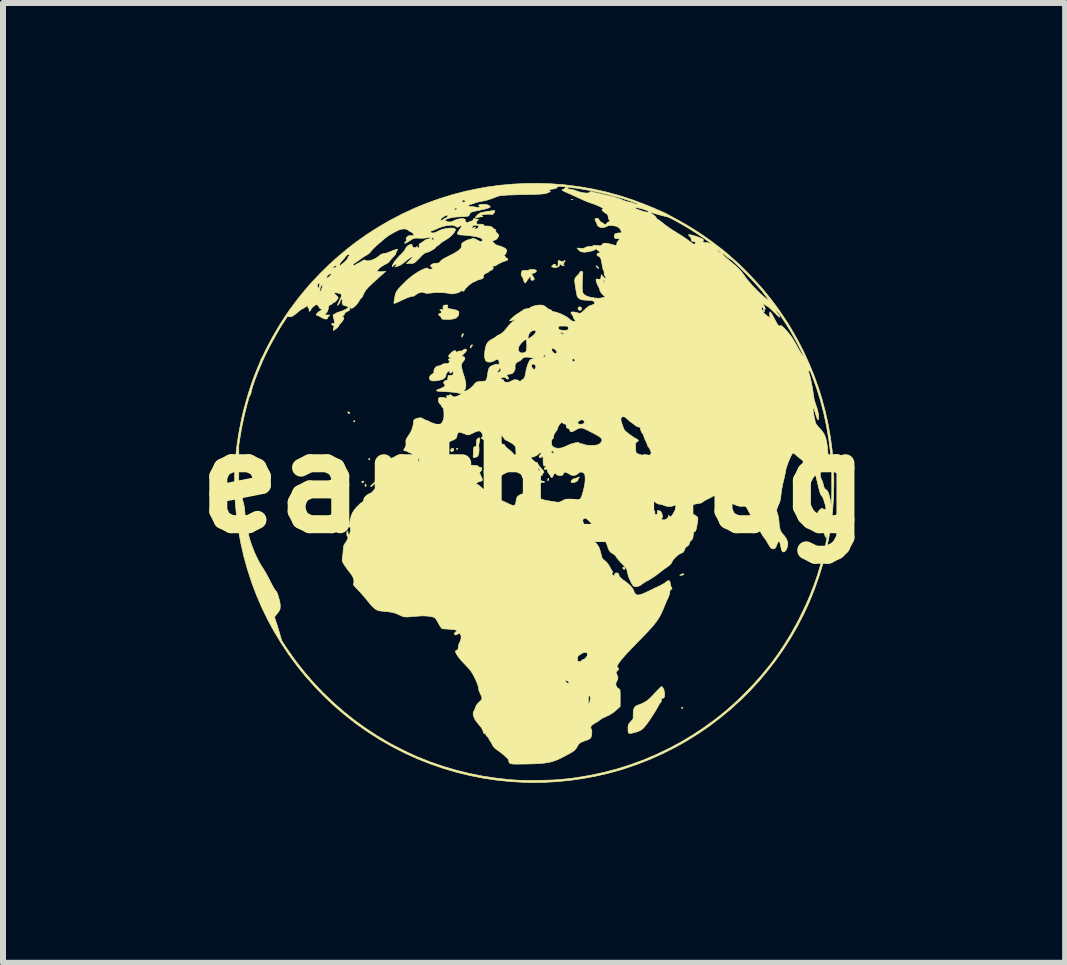
<source format=kicad_pcb>
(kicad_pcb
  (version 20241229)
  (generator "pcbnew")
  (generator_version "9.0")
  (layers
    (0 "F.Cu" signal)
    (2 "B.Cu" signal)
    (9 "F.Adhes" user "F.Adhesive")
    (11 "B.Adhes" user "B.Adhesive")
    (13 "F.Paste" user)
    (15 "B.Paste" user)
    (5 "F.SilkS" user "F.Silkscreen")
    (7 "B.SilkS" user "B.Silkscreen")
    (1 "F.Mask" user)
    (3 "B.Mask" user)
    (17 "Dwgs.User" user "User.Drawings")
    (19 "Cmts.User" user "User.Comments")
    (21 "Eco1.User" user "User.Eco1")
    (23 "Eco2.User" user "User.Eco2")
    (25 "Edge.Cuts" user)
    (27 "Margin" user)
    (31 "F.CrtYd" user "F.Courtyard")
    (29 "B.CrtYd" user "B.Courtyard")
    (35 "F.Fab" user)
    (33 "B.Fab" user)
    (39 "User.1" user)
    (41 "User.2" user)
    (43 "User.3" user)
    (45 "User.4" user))
  (footprint "earth_neg"
    (layer "F.Cu")
    (at 5.849 4.996)
    (property "Reference" "earth_neg" (at 0 0 0) (layer "F.SilkS") (effects (font (size 1.524 1.524) (thickness 0.3))))
    (attr through_hole)
    (fp_poly (pts (xy -0.649 -0.123) (xy -0.652 -0.12) (xy -0.655 -0.123) (xy -0.652 -0.126) (xy -0.649 -0.123)) (stroke (width 0.01) (type solid)) (fill yes) (layer "F.SilkS"))
    (fp_poly (pts (xy 0.645 -4.722) (xy 0.648 -4.721) (xy 0.641 -4.72) (xy 0.634 -4.72) (xy 0.622 -4.72) (xy 0.619 -4.722) (xy 0.622 -4.722) (xy 0.637 -4.723) (xy 0.645 -4.722)) (stroke (width 0.01) (type solid)) (fill yes) (layer "F.SilkS"))
    (fp_poly (pts (xy 2.481 3.742) (xy 2.481 3.749) (xy 2.476 3.754) (xy 2.467 3.76) (xy 2.46 3.757) (xy 2.458 3.75) (xy 2.464 3.743) (xy 2.472 3.739) (xy 2.481 3.742)) (stroke (width 0.01) (type solid)) (fill yes) (layer "F.SilkS"))
    (fp_poly (pts (xy -3.489 0.743) (xy -3.483 0.752) (xy -3.483 0.757) (xy -3.487 0.759) (xy -3.495 0.759) (xy -3.5 0.756) (xy -3.504 0.748) (xy -3.501 0.74) (xy -3.496 0.738) (xy -3.489 0.743)) (stroke (width 0.01) (type solid)) (fill yes) (layer "F.SilkS"))
    (fp_poly (pts (xy -1.269 -0.573) (xy -1.275 -0.566) (xy -1.285 -0.557) (xy -1.291 -0.556) (xy -1.293 -0.563) (xy -1.293 -0.564) (xy -1.287 -0.572) (xy -1.278 -0.575) (xy -1.269 -0.576) (xy -1.269 -0.573)) (stroke (width 0.01) (type solid)) (fill yes) (layer "F.SilkS"))
    (fp_poly (pts (xy -2.994 -1.037) (xy -2.992 -1.034) (xy -2.987 -1.025) (xy -2.985 -1.02) (xy -2.989 -1.016) (xy -2.996 -1.017) (xy -3.003 -1.022) (xy -3.004 -1.024) (xy -3.005 -1.034) (xy -3.001 -1.039) (xy -2.994 -1.037)) (stroke (width 0.01) (type solid)) (fill yes) (layer "F.SilkS"))
    (fp_poly (pts (xy -2.743 -0.405) (xy -2.738 -0.396) (xy -2.736 -0.388) (xy -2.737 -0.386) (xy -2.746 -0.383) (xy -2.751 -0.386) (xy -2.754 -0.393) (xy -2.754 -0.403) (xy -2.751 -0.408) (xy -2.75 -0.408) (xy -2.743 -0.405)) (stroke (width 0.01) (type solid)) (fill yes) (layer "F.SilkS"))
    (fp_poly (pts (xy -1.179 -2.485) (xy -1.177 -2.477) (xy -1.18 -2.465) (xy -1.187 -2.451) (xy -1.194 -2.44) (xy -1.204 -2.427) (xy -1.204 -2.449) (xy -1.202 -2.469) (xy -1.194 -2.479) (xy -1.184 -2.486) (xy -1.179 -2.485)) (stroke (width 0.01) (type solid)) (fill yes) (layer "F.SilkS"))
    (fp_poly (pts (xy -3.09 -1.181) (xy -3.079 -1.174) (xy -3.071 -1.167) (xy -3.069 -1.163) (xy -3.073 -1.157) (xy -3.082 -1.156) (xy -3.092 -1.16) (xy -3.095 -1.163) (xy -3.104 -1.174) (xy -3.105 -1.181) (xy -3.099 -1.184) (xy -3.09 -1.181)) (stroke (width 0.01) (type solid)) (fill yes) (layer "F.SilkS"))
    (fp_poly (pts (xy -2.841 -0.026) (xy -2.835 -0.023) (xy -2.836 -0.019) (xy -2.843 -0.011) (xy -2.854 -0.002) (xy -2.862 -0.001) (xy -2.866 -0.003) (xy -2.87 -0.011) (xy -2.87 -0.016) (xy -2.866 -0.025) (xy -2.855 -0.028) (xy -2.841 -0.026)) (stroke (width 0.01) (type solid)) (fill yes) (layer "F.SilkS"))
    (fp_poly (pts (xy -2.803 0.025) (xy -2.799 0.036) (xy -2.798 0.049) (xy -2.801 0.055) (xy -2.805 0.061) (xy -2.809 0.058) (xy -2.812 0.054) (xy -2.817 0.04) (xy -2.817 0.028) (xy -2.812 0.021) (xy -2.81 0.021) (xy -2.803 0.025)) (stroke (width 0.01) (type solid)) (fill yes) (layer "F.SilkS"))
    (fp_poly (pts (xy -1.027 -2.296) (xy -1.031 -2.285) (xy -1.041 -2.269) (xy -1.052 -2.253) (xy -1.059 -2.247) (xy -1.063 -2.251) (xy -1.063 -2.257) (xy -1.059 -2.276) (xy -1.049 -2.291) (xy -1.039 -2.298) (xy -1.029 -2.301) (xy -1.027 -2.296)) (stroke (width 0.01) (type solid)) (fill yes) (layer "F.SilkS"))
    (fp_poly (pts (xy 0.241 -0.076) (xy 0.243 -0.069) (xy 0.244 -0.057) (xy 0.24 -0.045) (xy 0.233 -0.038) (xy 0.23 -0.037) (xy 0.226 -0.041) (xy 0.225 -0.046) (xy 0.228 -0.057) (xy 0.233 -0.068) (xy 0.238 -0.076) (xy 0.241 -0.076)) (stroke (width 0.01) (type solid)) (fill yes) (layer "F.SilkS"))
    (fp_poly (pts (xy 1.503 1.407) (xy 1.513 1.416) (xy 1.517 1.427) (xy 1.517 1.432) (xy 1.51 1.439) (xy 1.498 1.44) (xy 1.487 1.435) (xy 1.482 1.429) (xy 1.478 1.416) (xy 1.482 1.407) (xy 1.492 1.404) (xy 1.503 1.407)) (stroke (width 0.01) (type solid)) (fill yes) (layer "F.SilkS"))
    (fp_poly (pts (xy 2.495 1.518) (xy 2.494 1.525) (xy 2.486 1.532) (xy 2.472 1.537) (xy 2.455 1.54) (xy 2.451 1.54) (xy 2.427 1.54) (xy 2.443 1.53) (xy 2.459 1.522) (xy 2.475 1.517) (xy 2.488 1.515) (xy 2.495 1.518)) (stroke (width 0.01) (type solid)) (fill yes) (layer "F.SilkS"))
    (fp_poly (pts (xy 1.043 -3.613) (xy 1.057 -3.601) (xy 1.068 -3.59) (xy 1.075 -3.58) (xy 1.077 -3.573) (xy 1.074 -3.572) (xy 1.068 -3.575) (xy 1.058 -3.584) (xy 1.051 -3.591) (xy 1.037 -3.606) (xy 1.032 -3.615) (xy 1.034 -3.618) (xy 1.043 -3.613)) (stroke (width 0.01) (type solid)) (fill yes) (layer "F.SilkS"))
    (fp_poly (pts (xy -3.549 0.789) (xy -3.538 0.798) (xy -3.53 0.808) (xy -3.526 0.817) (xy -3.526 0.818) (xy -3.533 0.825) (xy -3.544 0.826) (xy -3.555 0.82) (xy -3.558 0.818) (xy -3.564 0.807) (xy -3.566 0.795) (xy -3.563 0.787) (xy -3.558 0.786) (xy -3.549 0.789)) (stroke (width 0.01) (type solid)) (fill yes) (layer "F.SilkS"))
    (fp_poly (pts (xy 4.562 0.081) (xy 4.568 0.1) (xy 4.571 0.118) (xy 4.572 0.132) (xy 4.569 0.14) (xy 4.567 0.141) (xy 4.563 0.137) (xy 4.557 0.126) (xy 4.557 0.125) (xy 4.553 0.11) (xy 4.551 0.09) (xy 4.551 0.082) (xy 4.552 0.055) (xy 4.562 0.081)) (stroke (width 0.01) (type solid)) (fill yes) (layer "F.SilkS"))
    (fp_poly (pts (xy -1.345 -0.572) (xy -1.341 -0.568) (xy -1.337 -0.557) (xy -1.341 -0.543) (xy -1.35 -0.53) (xy -1.362 -0.521) (xy -1.372 -0.518) (xy -1.378 -0.522) (xy -1.386 -0.532) (xy -1.391 -0.542) (xy -1.391 -0.549) (xy -1.384 -0.559) (xy -1.372 -0.571) (xy -1.357 -0.575) (xy -1.345 -0.572)) (stroke (width 0.01) (type solid)) (fill yes) (layer "F.SilkS"))
    (fp_poly (pts (xy 0.781 -2.929) (xy 0.789 -2.917) (xy 0.791 -2.904) (xy 0.789 -2.89) (xy 0.785 -2.881) (xy 0.772 -2.876) (xy 0.757 -2.876) (xy 0.744 -2.883) (xy 0.742 -2.885) (xy 0.733 -2.9) (xy 0.734 -2.915) (xy 0.743 -2.926) (xy 0.759 -2.932) (xy 0.766 -2.933) (xy 0.781 -2.929)) (stroke (width 0.01) (type solid)) (fill yes) (layer "F.SilkS"))
    (fp_poly (pts (xy -2.651 -0.006) (xy -2.655 0.004) (xy -2.658 0.01) (xy -2.666 0.023) (xy -2.679 0.036) (xy -2.692 0.048) (xy -2.705 0.057) (xy -2.716 0.062) (xy -2.722 0.061) (xy -2.723 0.058) (xy -2.72 0.052) (xy -2.71 0.041) (xy -2.698 0.027) (xy -2.684 0.014) (xy -2.671 0.002) (xy -2.661 -0.005) (xy -2.66 -0.005) (xy -2.652 -0.009) (xy -2.651 -0.006)) (stroke (width 0.01) (type solid)) (fill yes) (layer "F.SilkS"))
    (fp_poly (pts (xy -3.598 0.591) (xy -3.595 0.596) (xy -3.587 0.615) (xy -3.576 0.637) (xy -3.563 0.656) (xy -3.559 0.661) (xy -3.551 0.671) (xy -3.549 0.677) (xy -3.55 0.678) (xy -3.556 0.676) (xy -3.566 0.668) (xy -3.57 0.664) (xy -3.582 0.65) (xy -3.595 0.633) (xy -3.606 0.616) (xy -3.615 0.602) (xy -3.619 0.593) (xy -3.619 0.592) (xy -3.615 0.587) (xy -3.607 0.587) (xy -3.598 0.591)) (stroke (width 0.01) (type solid)) (fill yes) (layer "F.SilkS"))
    (fp_poly (pts (xy 0.755 -0.094) (xy 0.75 -0.084) (xy 0.746 -0.079) (xy 0.736 -0.065) (xy 0.731 -0.051) (xy 0.731 -0.048) (xy 0.729 -0.039) (xy 0.722 -0.032) (xy 0.709 -0.024) (xy 0.702 -0.02) (xy 0.67 -0.007) (xy 0.645 -0.003) (xy 0.631 -0.004) (xy 0.619 -0.01) (xy 0.616 -0.02) (xy 0.623 -0.035) (xy 0.638 -0.054) (xy 0.654 -0.065) (xy 0.669 -0.068) (xy 0.683 -0.07) (xy 0.701 -0.077) (xy 0.718 -0.084) (xy 0.735 -0.092) (xy 0.748 -0.097) (xy 0.755 -0.098) (xy 0.755 -0.094)) (stroke (width 0.01) (type solid)) (fill yes) (layer "F.SilkS"))
    (fp_poly (pts (xy 0.025 -0.05) (xy 0.047 -0.047) (xy 0.073 -0.043) (xy 0.099 -0.038) (xy 0.124 -0.033) (xy 0.145 -0.028) (xy 0.159 -0.024) (xy 0.161 -0.023) (xy 0.173 -0.018) (xy 0.176 -0.014) (xy 0.172 -0.011) (xy 0.17 -0.01) (xy 0.159 -0.008) (xy 0.139 -0.007) (xy 0.115 -0.006) (xy 0.088 -0.007) (xy 0.062 -0.009) (xy 0.044 -0.011) (xy 0.024 -0.014) (xy 0.008 -0.018) (xy 0.000312 -0.021) (xy -0.008 -0.03) (xy -0.01 -0.04) (xy -0.005 -0.049) (xy -0.001 -0.051) (xy 0.008 -0.052) (xy 0.025 -0.05)) (stroke (width 0.01) (type solid)) (fill yes) (layer "F.SilkS"))
    (fp_poly (pts (xy -0.906 -0.749) (xy -0.905 -0.747) (xy -0.903 -0.737) (xy -0.904 -0.719) (xy -0.908 -0.696) (xy -0.914 -0.669) (xy -0.915 -0.665) (xy -0.92 -0.638) (xy -0.92 -0.61) (xy -0.919 -0.602) (xy -0.916 -0.556) (xy -0.918 -0.513) (xy -0.925 -0.476) (xy -0.936 -0.449) (xy -0.947 -0.437) (xy -0.967 -0.428) (xy -0.992 -0.424) (xy -0.998 -0.424) (xy -1.015 -0.424) (xy -1.012 -0.496) (xy -1.011 -0.531) (xy -1.009 -0.558) (xy -1.007 -0.576) (xy -1.004 -0.589) (xy -1 -0.596) (xy -0.993 -0.6) (xy -0.985 -0.603) (xy -0.985 -0.603) (xy -0.973 -0.606) (xy -0.965 -0.61) (xy -0.965 -0.61) (xy -0.963 -0.616) (xy -0.962 -0.631) (xy -0.961 -0.651) (xy -0.961 -0.663) (xy -0.959 -0.692) (xy -0.956 -0.712) (xy -0.95 -0.727) (xy -0.94 -0.737) (xy -0.926 -0.745) (xy -0.913 -0.75) (xy -0.906 -0.749)) (stroke (width 0.01) (type solid)) (fill yes) (layer "F.SilkS"))
    (fp_poly (pts (xy -0.662 -4.539) (xy -0.655 -4.531) (xy -0.655 -4.519) (xy -0.662 -4.504) (xy -0.672 -4.49) (xy -0.69 -4.473) (xy -0.732 -4.476) (xy -0.755 -4.477) (xy -0.782 -4.476) (xy -0.81 -4.474) (xy -0.836 -4.47) (xy -0.857 -4.467) (xy -0.867 -4.464) (xy -0.874 -4.458) (xy -0.871 -4.451) (xy -0.86 -4.444) (xy -0.853 -4.44) (xy -0.852 -4.438) (xy -0.858 -4.436) (xy -0.873 -4.434) (xy -0.877 -4.433) (xy -0.899 -4.43) (xy -0.92 -4.427) (xy -0.93 -4.425) (xy -0.947 -4.422) (xy -0.963 -4.42) (xy -0.965 -4.42) (xy -0.98 -4.42) (xy -0.97 -4.435) (xy -0.948 -4.46) (xy -0.923 -4.481) (xy -0.897 -4.497) (xy -0.895 -4.499) (xy -0.88 -4.504) (xy -0.857 -4.509) (xy -0.829 -4.514) (xy -0.799 -4.519) (xy -0.798 -4.519) (xy -0.769 -4.524) (xy -0.74 -4.528) (xy -0.716 -4.532) (xy -0.699 -4.535) (xy -0.698 -4.536) (xy -0.681 -4.538) (xy -0.667 -4.539) (xy -0.662 -4.539)) (stroke (width 0.01) (type solid)) (fill yes) (layer "F.SilkS"))
    (fp_poly (pts (xy -1.464 -2.963) (xy -1.438 -2.962) (xy -1.439 -2.934) (xy -1.44 -2.922) (xy -1.44 -2.914) (xy -1.437 -2.909) (xy -1.429 -2.905) (xy -1.416 -2.902) (xy -1.395 -2.899) (xy -1.375 -2.896) (xy -1.349 -2.891) (xy -1.321 -2.885) (xy -1.299 -2.878) (xy -1.275 -2.869) (xy -1.26 -2.858) (xy -1.253 -2.843) (xy -1.253 -2.824) (xy -1.254 -2.816) (xy -1.261 -2.789) (xy -1.276 -2.767) (xy -1.297 -2.749) (xy -1.326 -2.737) (xy -1.364 -2.728) (xy -1.41 -2.724) (xy -1.448 -2.724) (xy -1.473 -2.725) (xy -1.495 -2.725) (xy -1.512 -2.726) (xy -1.519 -2.727) (xy -1.535 -2.733) (xy -1.544 -2.744) (xy -1.547 -2.755) (xy -1.554 -2.77) (xy -1.571 -2.783) (xy -1.585 -2.795) (xy -1.592 -2.805) (xy -1.59 -2.812) (xy -1.586 -2.815) (xy -1.576 -2.817) (xy -1.565 -2.82) (xy -1.553 -2.827) (xy -1.546 -2.839) (xy -1.546 -2.853) (xy -1.551 -2.865) (xy -1.561 -2.872) (xy -1.569 -2.877) (xy -1.57 -2.881) (xy -1.563 -2.886) (xy -1.548 -2.887) (xy -1.54 -2.887) (xy -1.513 -2.886) (xy -1.516 -2.914) (xy -1.518 -2.93) (xy -1.517 -2.94) (xy -1.512 -2.948) (xy -1.505 -2.953) (xy -1.493 -2.961) (xy -1.478 -2.963) (xy -1.464 -2.963)) (stroke (width 0.01) (type solid)) (fill yes) (layer "F.SilkS"))
    (fp_poly (pts (xy 0.515 -3.704) (xy 0.518 -3.695) (xy 0.518 -3.695) (xy 0.514 -3.688) (xy 0.507 -3.685) (xy 0.499 -3.681) (xy 0.499 -3.672) (xy 0.5 -3.669) (xy 0.5 -3.659) (xy 0.494 -3.654) (xy 0.489 -3.652) (xy 0.476 -3.649) (xy 0.491 -3.633) (xy 0.505 -3.617) (xy 0.482 -3.62) (xy 0.46 -3.626) (xy 0.447 -3.637) (xy 0.437 -3.647) (xy 0.431 -3.649) (xy 0.43 -3.643) (xy 0.429 -3.639) (xy 0.425 -3.622) (xy 0.412 -3.607) (xy 0.393 -3.596) (xy 0.369 -3.589) (xy 0.344 -3.588) (xy 0.319 -3.592) (xy 0.31 -3.596) (xy 0.292 -3.603) (xy 0.305 -3.62) (xy 0.321 -3.636) (xy 0.337 -3.643) (xy 0.351 -3.641) (xy 0.356 -3.637) (xy 0.364 -3.624) (xy 0.365 -3.615) (xy 0.367 -3.603) (xy 0.374 -3.6) (xy 0.385 -3.606) (xy 0.388 -3.608) (xy 0.394 -3.614) (xy 0.398 -3.621) (xy 0.4 -3.633) (xy 0.401 -3.651) (xy 0.401 -3.66) (xy 0.401 -3.68) (xy 0.402 -3.695) (xy 0.403 -3.704) (xy 0.404 -3.705) (xy 0.41 -3.705) (xy 0.423 -3.702) (xy 0.437 -3.697) (xy 0.46 -3.69) (xy 0.475 -3.688) (xy 0.485 -3.689) (xy 0.494 -3.695) (xy 0.497 -3.698) (xy 0.507 -3.705) (xy 0.515 -3.704)) (stroke (width 0.01) (type solid)) (fill yes) (layer "F.SilkS"))
    (fp_poly (pts (xy -0.009 -3.555) (xy 0.015 -3.551) (xy 0.032 -3.544) (xy 0.04 -3.537) (xy 0.039 -3.527) (xy 0.031 -3.516) (xy 0.018 -3.505) (xy 0.004 -3.497) (xy -0.008 -3.493) (xy -0.009 -3.493) (xy -0.023 -3.494) (xy -0.03 -3.494) (xy -0.036 -3.489) (xy -0.036 -3.478) (xy -0.03 -3.461) (xy -0.018 -3.44) (xy -0.015 -3.436) (xy -0.005 -3.419) (xy 0.002 -3.405) (xy 0.004 -3.396) (xy 0.004 -3.395) (xy -0.001 -3.387) (xy -0.013 -3.379) (xy -0.013 -3.379) (xy -0.025 -3.374) (xy -0.035 -3.375) (xy -0.042 -3.379) (xy -0.05 -3.385) (xy -0.053 -3.393) (xy -0.054 -3.406) (xy -0.053 -3.411) (xy -0.053 -3.426) (xy -0.055 -3.434) (xy -0.06 -3.436) (xy -0.07 -3.431) (xy -0.085 -3.417) (xy -0.101 -3.394) (xy -0.116 -3.372) (xy -0.13 -3.349) (xy -0.14 -3.336) (xy -0.147 -3.33) (xy -0.153 -3.332) (xy -0.159 -3.341) (xy -0.165 -3.354) (xy -0.173 -3.373) (xy -0.179 -3.392) (xy -0.182 -3.403) (xy -0.19 -3.424) (xy -0.2 -3.437) (xy -0.21 -3.449) (xy -0.214 -3.462) (xy -0.215 -3.474) (xy -0.212 -3.499) (xy -0.206 -3.519) (xy -0.197 -3.533) (xy -0.194 -3.535) (xy -0.184 -3.537) (xy -0.167 -3.539) (xy -0.146 -3.54) (xy -0.137 -3.54) (xy -0.112 -3.541) (xy -0.096 -3.542) (xy -0.087 -3.546) (xy -0.084 -3.548) (xy -0.076 -3.553) (xy -0.061 -3.555) (xy -0.04 -3.556) (xy -0.009 -3.555)) (stroke (width 0.01) (type solid)) (fill yes) (layer "F.SilkS"))
    (fp_poly (pts (xy 2.133 3.398) (xy 2.143 3.409) (xy 2.153 3.423) (xy 2.16 3.437) (xy 2.165 3.452) (xy 2.17 3.473) (xy 2.174 3.495) (xy 2.176 3.528) (xy 2.174 3.555) (xy 2.168 3.575) (xy 2.157 3.587) (xy 2.144 3.591) (xy 2.139 3.59) (xy 2.129 3.591) (xy 2.123 3.599) (xy 2.121 3.615) (xy 2.121 3.622) (xy 2.119 3.644) (xy 2.112 3.66) (xy 2.101 3.668) (xy 2.093 3.675) (xy 2.086 3.687) (xy 2.086 3.688) (xy 2.078 3.705) (xy 2.065 3.729) (xy 2.048 3.759) (xy 2.028 3.793) (xy 2.005 3.831) (xy 1.979 3.871) (xy 1.953 3.912) (xy 1.926 3.952) (xy 1.9 3.99) (xy 1.889 4.005) (xy 1.859 4.045) (xy 1.831 4.078) (xy 1.805 4.103) (xy 1.778 4.121) (xy 1.757 4.133) (xy 1.727 4.145) (xy 1.694 4.156) (xy 1.66 4.165) (xy 1.629 4.172) (xy 1.604 4.174) (xy 1.604 4.174) (xy 1.587 4.173) (xy 1.578 4.171) (xy 1.573 4.165) (xy 1.571 4.161) (xy 1.569 4.15) (xy 1.567 4.131) (xy 1.566 4.108) (xy 1.566 4.095) (xy 1.566 4.067) (xy 1.569 4.046) (xy 1.574 4.028) (xy 1.584 4.011) (xy 1.599 3.992) (xy 1.616 3.974) (xy 1.631 3.957) (xy 1.643 3.942) (xy 1.65 3.932) (xy 1.651 3.929) (xy 1.651 3.92) (xy 1.652 3.904) (xy 1.652 3.882) (xy 1.652 3.857) (xy 1.654 3.812) (xy 1.66 3.776) (xy 1.671 3.748) (xy 1.686 3.727) (xy 1.707 3.712) (xy 1.734 3.702) (xy 1.737 3.701) (xy 1.759 3.694) (xy 1.784 3.684) (xy 1.808 3.674) (xy 1.808 3.673) (xy 1.837 3.658) (xy 1.863 3.643) (xy 1.886 3.627) (xy 1.91 3.608) (xy 1.934 3.586) (xy 1.962 3.558) (xy 1.994 3.524) (xy 2 3.518) (xy 2.035 3.479) (xy 2.064 3.449) (xy 2.087 3.426) (xy 2.104 3.409) (xy 2.117 3.398) (xy 2.124 3.394) (xy 2.126 3.394) (xy 2.133 3.398)) (stroke (width 0.01) (type solid)) (fill yes) (layer "F.SilkS"))
    (fp_poly (pts (xy 0.278 -4.984) (xy 0.486 -4.969) (xy 0.548 -4.962) (xy 0.768 -4.933) (xy 0.985 -4.895) (xy 1.2 -4.847) (xy 1.412 -4.79) (xy 1.623 -4.722) (xy 1.834 -4.644) (xy 2.006 -4.574) (xy 2.039 -4.559) (xy 2.071 -4.545) (xy 2.101 -4.533) (xy 2.126 -4.522) (xy 2.143 -4.514) (xy 2.145 -4.514) (xy 2.167 -4.504) (xy 2.188 -4.493) (xy 2.205 -4.485) (xy 2.219 -4.477) (xy 2.24 -4.465) (xy 2.264 -4.453) (xy 2.283 -4.442) (xy 2.43 -4.362) (xy 2.569 -4.282) (xy 2.702 -4.199) (xy 2.832 -4.113) (xy 2.961 -4.021) (xy 3.092 -3.922) (xy 3.121 -3.899) (xy 3.147 -3.879) (xy 3.174 -3.857) (xy 3.199 -3.837) (xy 3.218 -3.82) (xy 3.223 -3.816) (xy 3.24 -3.801) (xy 3.262 -3.782) (xy 3.287 -3.759) (xy 3.314 -3.736) (xy 3.331 -3.721) (xy 3.379 -3.678) (xy 3.431 -3.629) (xy 3.486 -3.575) (xy 3.544 -3.517) (xy 3.602 -3.457) (xy 3.659 -3.396) (xy 3.715 -3.336) (xy 3.768 -3.277) (xy 3.817 -3.222) (xy 3.86 -3.17) (xy 3.897 -3.124) (xy 3.897 -3.124) (xy 3.911 -3.106) (xy 3.924 -3.09) (xy 3.932 -3.079) (xy 3.934 -3.077) (xy 3.972 -3.029) (xy 4.013 -2.975) (xy 4.057 -2.914) (xy 4.103 -2.849) (xy 4.148 -2.782) (xy 4.193 -2.715) (xy 4.236 -2.649) (xy 4.275 -2.585) (xy 4.277 -2.582) (xy 4.388 -2.389) (xy 4.49 -2.192) (xy 4.583 -1.99) (xy 4.667 -1.786) (xy 4.741 -1.579) (xy 4.795 -1.406) (xy 4.853 -1.189) (xy 4.901 -0.973) (xy 4.939 -0.757) (xy 4.968 -0.54) (xy 4.986 -0.321) (xy 4.995 -0.1) (xy 4.996 0.003) (xy 4.991 0.232) (xy 4.976 0.459) (xy 4.95 0.685) (xy 4.914 0.908) (xy 4.868 1.129) (xy 4.813 1.347) (xy 4.747 1.562) (xy 4.672 1.774) (xy 4.588 1.983) (xy 4.494 2.187) (xy 4.39 2.388) (xy 4.277 2.584) (xy 4.155 2.775) (xy 4.024 2.961) (xy 3.913 3.105) (xy 3.766 3.282) (xy 3.612 3.451) (xy 3.451 3.612) (xy 3.283 3.765) (xy 3.109 3.91) (xy 2.929 4.047) (xy 2.743 4.175) (xy 2.551 4.295) (xy 2.354 4.406) (xy 2.151 4.508) (xy 1.944 4.602) (xy 1.732 4.685) (xy 1.516 4.76) (xy 1.429 4.787) (xy 1.228 4.842) (xy 1.021 4.889) (xy 0.81 4.928) (xy 0.598 4.958) (xy 0.384 4.979) (xy 0.171 4.991) (xy -0.04 4.994) (xy -0.168 4.991) (xy -0.398 4.977) (xy -0.626 4.954) (xy -0.852 4.92) (xy -1.075 4.876) (xy -1.295 4.822) (xy -1.512 4.758) (xy -1.726 4.684) (xy -1.937 4.601) (xy -2.144 4.508) (xy -2.346 4.405) (xy -2.545 4.293) (xy -2.739 4.171) (xy -2.789 4.138) (xy -2.973 4.008) (xy -3.152 3.868) (xy -3.324 3.721) (xy -3.489 3.566) (xy -3.648 3.403) (xy -3.799 3.234) (xy -3.942 3.059) (xy -4.076 2.877) (xy -4.083 2.867) (xy -4.21 2.677) (xy -4.328 2.482) (xy -4.437 2.283) (xy -4.536 2.079) (xy -4.625 1.872) (xy -4.705 1.66) (xy -4.775 1.445) (xy -4.836 1.227) (xy -4.886 1.005) (xy -4.927 0.781) (xy -4.958 0.554) (xy -4.979 0.324) (xy -4.989 0.092) (xy -4.991 -0.039) (xy -4.989 -0.165) (xy -4.92 -0.165) (xy -4.92 -0.116) (xy -4.92 -0.075) (xy -4.92 -0.042) (xy -4.919 -0.014) (xy -4.919 0.007) (xy -4.918 0.024) (xy -4.917 0.037) (xy -4.916 0.047) (xy -4.914 0.054) (xy -4.913 0.06) (xy -4.911 0.065) (xy -4.909 0.068) (xy -4.9 0.093) (xy -4.889 0.128) (xy -4.878 0.174) (xy -4.867 0.229) (xy -4.863 0.25) (xy -4.857 0.278) (xy -4.85 0.307) (xy -4.844 0.331) (xy -4.839 0.349) (xy -4.839 0.349) (xy -4.833 0.373) (xy -4.827 0.407) (xy -4.822 0.45) (xy -4.821 0.466) (xy -4.817 0.51) (xy -4.813 0.547) (xy -4.809 0.579) (xy -4.804 0.609) (xy -4.798 0.64) (xy -4.792 0.668) (xy -4.788 0.691) (xy -4.782 0.72) (xy -4.776 0.753) (xy -4.77 0.787) (xy -4.769 0.795) (xy -4.762 0.835) (xy -4.756 0.867) (xy -4.75 0.895) (xy -4.743 0.921) (xy -4.734 0.95) (xy -4.723 0.984) (xy -4.717 1.003) (xy -4.692 1.072) (xy -4.665 1.142) (xy -4.635 1.209) (xy -4.605 1.272) (xy -4.575 1.328) (xy -4.546 1.378) (xy -4.538 1.39) (xy -4.518 1.421) (xy -4.499 1.451) (xy -4.48 1.482) (xy -4.461 1.516) (xy -4.44 1.554) (xy -4.417 1.598) (xy -4.391 1.651) (xy -4.389 1.654) (xy -4.367 1.697) (xy -4.348 1.731) (xy -4.333 1.758) (xy -4.321 1.777) (xy -4.31 1.791) (xy -4.307 1.794) (xy -4.295 1.808) (xy -4.286 1.822) (xy -4.277 1.841) (xy -4.269 1.865) (xy -4.255 1.912) (xy -4.244 1.951) (xy -4.236 1.985) (xy -4.232 2.014) (xy -4.229 2.041) (xy -4.229 2.056) (xy -4.23 2.078) (xy -4.232 2.096) (xy -4.236 2.113) (xy -4.245 2.13) (xy -4.257 2.149) (xy -4.275 2.173) (xy -4.291 2.193) (xy -4.325 2.235) (xy -4.289 2.347) (xy -4.276 2.385) (xy -4.263 2.427) (xy -4.251 2.468) (xy -4.24 2.505) (xy -4.231 2.536) (xy -4.231 2.537) (xy -4.223 2.566) (xy -4.215 2.593) (xy -4.207 2.615) (xy -4.202 2.63) (xy -4.2 2.634) (xy -4.192 2.649) (xy -4.178 2.671) (xy -4.16 2.698) (xy -4.139 2.731) (xy -4.114 2.767) (xy -4.088 2.805) (xy -4.06 2.844) (xy -4.033 2.883) (xy -4.006 2.921) (xy -3.981 2.955) (xy -3.965 2.977) (xy -3.823 3.157) (xy -3.674 3.329) (xy -3.517 3.495) (xy -3.353 3.652) (xy -3.182 3.803) (xy -3.005 3.945) (xy -2.82 4.079) (xy -2.629 4.206) (xy -2.431 4.324) (xy -2.412 4.335) (xy -2.373 4.356) (xy -2.326 4.381) (xy -2.274 4.407) (xy -2.219 4.435) (xy -2.162 4.463) (xy -2.106 4.491) (xy -2.052 4.516) (xy -2.002 4.539) (xy -1.959 4.558) (xy -1.948 4.563) (xy -1.735 4.648) (xy -1.52 4.723) (xy -1.301 4.787) (xy -1.079 4.842) (xy -0.854 4.887) (xy -0.627 4.921) (xy -0.397 4.946) (xy -0.283 4.954) (xy -0.252 4.955) (xy -0.212 4.956) (xy -0.165 4.957) (xy -0.112 4.958) (xy -0.055 4.958) (xy 0.005 4.957) (xy 0.066 4.957) (xy 0.127 4.956) (xy 0.186 4.955) (xy 0.241 4.954) (xy 0.292 4.952) (xy 0.336 4.95) (xy 0.373 4.948) (xy 0.393 4.947) (xy 0.476 4.939) (xy 0.552 4.932) (xy 0.624 4.923) (xy 0.695 4.914) (xy 0.725 4.909) (xy 0.95 4.871) (xy 1.172 4.823) (xy 1.391 4.765) (xy 1.606 4.697) (xy 1.818 4.62) (xy 2.026 4.532) (xy 2.229 4.436) (xy 2.429 4.33) (xy 2.624 4.214) (xy 2.814 4.09) (xy 2.999 3.956) (xy 3.106 3.873) (xy 3.178 3.814) (xy 3.246 3.756) (xy 3.314 3.696) (xy 3.382 3.633) (xy 3.453 3.565) (xy 3.512 3.507) (xy 3.662 3.351) (xy 3.802 3.193) (xy 3.933 3.032) (xy 4.056 2.866) (xy 4.171 2.695) (xy 4.28 2.518) (xy 4.383 2.333) (xy 4.445 2.21) (xy 4.527 2.039) (xy 4.6 1.871) (xy 4.665 1.704) (xy 4.724 1.534) (xy 4.776 1.361) (xy 4.813 1.225) (xy 4.821 1.19) (xy 4.83 1.152) (xy 4.84 1.112) (xy 4.849 1.071) (xy 4.858 1.03) (xy 4.866 0.991) (xy 4.874 0.955) (xy 4.88 0.923) (xy 4.885 0.897) (xy 4.888 0.878) (xy 4.889 0.867) (xy 4.889 0.865) (xy 4.886 0.867) (xy 4.882 0.876) (xy 4.878 0.887) (xy 4.876 0.897) (xy 4.876 0.898) (xy 4.872 0.907) (xy 4.864 0.909) (xy 4.858 0.905) (xy 4.853 0.896) (xy 4.848 0.881) (xy 4.845 0.869) (xy 4.84 0.852) (xy 4.832 0.831) (xy 4.821 0.806) (xy 4.809 0.779) (xy 4.796 0.753) (xy 4.784 0.73) (xy 4.777 0.72) (xy 4.831 0.72) (xy 4.833 0.735) (xy 4.837 0.756) (xy 4.843 0.781) (xy 4.848 0.8) (xy 4.851 0.806) (xy 4.855 0.804) (xy 4.858 0.794) (xy 4.86 0.78) (xy 4.86 0.77) (xy 4.859 0.75) (xy 4.856 0.737) (xy 4.848 0.725) (xy 4.847 0.724) (xy 4.838 0.716) (xy 4.832 0.713) (xy 4.831 0.713) (xy 4.831 0.72) (xy 4.777 0.72) (xy 4.773 0.712) (xy 4.764 0.7) (xy 4.761 0.697) (xy 4.753 0.689) (xy 4.804 0.689) (xy 4.808 0.698) (xy 4.816 0.702) (xy 4.824 0.698) (xy 4.828 0.692) (xy 4.833 0.677) (xy 4.833 0.663) (xy 4.828 0.653) (xy 4.825 0.651) (xy 4.816 0.652) (xy 4.808 0.664) (xy 4.804 0.674) (xy 4.804 0.689) (xy 4.753 0.689) (xy 4.752 0.687) (xy 4.752 0.674) (xy 4.762 0.658) (xy 4.771 0.649) (xy 4.783 0.636) (xy 4.79 0.626) (xy 4.792 0.621) (xy 4.788 0.614) (xy 4.778 0.604) (xy 4.766 0.595) (xy 4.749 0.582) (xy 4.735 0.567) (xy 4.729 0.559) (xy 4.721 0.537) (xy 4.722 0.512) (xy 4.731 0.487) (xy 4.748 0.462) (xy 4.772 0.44) (xy 4.775 0.438) (xy 4.786 0.43) (xy 4.794 0.426) (xy 4.801 0.426) (xy 4.812 0.43) (xy 4.827 0.439) (xy 4.836 0.443) (xy 4.849 0.448) (xy 4.858 0.445) (xy 4.862 0.434) (xy 4.862 0.415) (xy 4.857 0.387) (xy 4.848 0.351) (xy 4.838 0.317) (xy 4.826 0.279) (xy 4.814 0.25) (xy 4.803 0.229) (xy 4.791 0.214) (xy 4.789 0.211) (xy 4.781 0.201) (xy 4.773 0.182) (xy 4.763 0.156) (xy 4.753 0.121) (xy 4.742 0.076) (xy 4.732 0.034) (xy 4.717 -0.028) (xy 4.704 -0.081) (xy 4.692 -0.129) (xy 4.681 -0.171) (xy 4.669 -0.211) (xy 4.657 -0.25) (xy 4.646 -0.284) (xy 4.636 -0.313) (xy 4.627 -0.34) (xy 4.619 -0.362) (xy 4.613 -0.378) (xy 4.61 -0.385) (xy 4.607 -0.386) (xy 4.604 -0.38) (xy 4.6 -0.366) (xy 4.595 -0.343) (xy 4.593 -0.332) (xy 4.587 -0.304) (xy 4.581 -0.278) (xy 4.575 -0.255) (xy 4.571 -0.242) (xy 4.561 -0.222) (xy 4.552 -0.208) (xy 4.543 -0.201) (xy 4.536 -0.202) (xy 4.532 -0.209) (xy 4.527 -0.223) (xy 4.521 -0.244) (xy 4.514 -0.267) (xy 4.504 -0.303) (xy 4.495 -0.331) (xy 4.487 -0.352) (xy 4.479 -0.367) (xy 4.469 -0.378) (xy 4.459 -0.388) (xy 4.452 -0.392) (xy 4.437 -0.403) (xy 4.417 -0.419) (xy 4.397 -0.435) (xy 4.393 -0.439) (xy 4.366 -0.463) (xy 4.346 -0.479) (xy 4.331 -0.49) (xy 4.32 -0.495) (xy 4.313 -0.496) (xy 4.313 -0.496) (xy 4.306 -0.489) (xy 4.296 -0.473) (xy 4.284 -0.451) (xy 4.271 -0.424) (xy 4.257 -0.393) (xy 4.243 -0.359) (xy 4.23 -0.326) (xy 4.218 -0.293) (xy 4.208 -0.263) (xy 4.2 -0.237) (xy 4.196 -0.216) (xy 4.195 -0.207) (xy 4.194 -0.197) (xy 4.19 -0.178) (xy 4.185 -0.153) (xy 4.178 -0.124) (xy 4.172 -0.096) (xy 4.148 0.004) (xy 4.13 0.097) (xy 4.117 0.184) (xy 4.114 0.211) (xy 4.11 0.245) (xy 4.106 0.273) (xy 4.1 0.299) (xy 4.091 0.324) (xy 4.08 0.353) (xy 4.068 0.38) (xy 4.054 0.413) (xy 4.046 0.439) (xy 4.044 0.463) (xy 4.047 0.484) (xy 4.053 0.502) (xy 4.068 0.549) (xy 4.078 0.605) (xy 4.082 0.647) (xy 4.086 0.696) (xy 4.092 0.736) (xy 4.099 0.769) (xy 4.108 0.797) (xy 4.12 0.821) (xy 4.136 0.842) (xy 4.15 0.859) (xy 4.177 0.89) (xy 4.197 0.92) (xy 4.213 0.951) (xy 4.221 0.973) (xy 4.227 0.993) (xy 4.229 1.009) (xy 4.228 1.026) (xy 4.226 1.041) (xy 4.218 1.076) (xy 4.207 1.106) (xy 4.193 1.129) (xy 4.178 1.145) (xy 4.162 1.151) (xy 4.155 1.151) (xy 4.144 1.148) (xy 4.135 1.139) (xy 4.127 1.123) (xy 4.12 1.1) (xy 4.113 1.068) (xy 4.111 1.058) (xy 4.104 1.022) (xy 4.096 0.996) (xy 4.089 0.98) (xy 4.081 0.974) (xy 4.08 0.974) (xy 4.073 0.979) (xy 4.064 0.992) (xy 4.054 1.011) (xy 4.045 1.035) (xy 4.042 1.042) (xy 4.031 1.069) (xy 4.019 1.087) (xy 4.005 1.097) (xy 3.987 1.1) (xy 3.986 1.1) (xy 3.974 1.099) (xy 3.963 1.096) (xy 3.953 1.09) (xy 3.942 1.079) (xy 3.93 1.063) (xy 3.916 1.04) (xy 3.898 1.01) (xy 3.884 0.985) (xy 3.87 0.962) (xy 3.855 0.94) (xy 3.841 0.921) (xy 3.837 0.916) (xy 3.826 0.903) (xy 3.812 0.882) (xy 3.797 0.858) (xy 3.782 0.832) (xy 3.781 0.83) (xy 3.758 0.787) (xy 3.737 0.751) (xy 3.716 0.721) (xy 3.695 0.693) (xy 3.688 0.684) (xy 3.674 0.665) (xy 3.659 0.642) (xy 3.65 0.625) (xy 3.64 0.607) (xy 3.63 0.592) (xy 3.621 0.583) (xy 3.612 0.575) (xy 3.609 0.563) (xy 3.608 0.553) (xy 3.606 0.535) (xy 3.598 0.514) (xy 3.587 0.495) (xy 3.574 0.472) (xy 3.561 0.446) (xy 3.55 0.426) (xy 3.539 0.407) (xy 3.529 0.396) (xy 3.516 0.39) (xy 3.498 0.388) (xy 3.473 0.39) (xy 3.471 0.39) (xy 3.444 0.391) (xy 3.418 0.388) (xy 3.389 0.381) (xy 3.356 0.368) (xy 3.34 0.361) (xy 3.317 0.351) (xy 3.294 0.342) (xy 3.275 0.335) (xy 3.27 0.334) (xy 3.253 0.328) (xy 3.244 0.32) (xy 3.238 0.31) (xy 3.225 0.291) (xy 3.205 0.278) (xy 3.192 0.275) (xy 3.158 0.261) (xy 3.13 0.239) (xy 3.122 0.231) (xy 3.099 0.207) (xy 3.076 0.193) (xy 3.055 0.189) (xy 3.041 0.192) (xy 3.02 0.201) (xy 2.995 0.215) (xy 2.97 0.23) (xy 2.941 0.246) (xy 2.911 0.261) (xy 2.899 0.267) (xy 2.874 0.279) (xy 2.851 0.292) (xy 2.831 0.304) (xy 2.822 0.31) (xy 2.802 0.325) (xy 2.787 0.334) (xy 2.775 0.339) (xy 2.762 0.34) (xy 2.759 0.34) (xy 2.749 0.342) (xy 2.73 0.345) (xy 2.705 0.35) (xy 2.677 0.356) (xy 2.664 0.359) (xy 2.631 0.367) (xy 2.606 0.372) (xy 2.585 0.375) (xy 2.566 0.376) (xy 2.546 0.377) (xy 2.532 0.376) (xy 2.507 0.375) (xy 2.49 0.373) (xy 2.477 0.37) (xy 2.467 0.365) (xy 2.462 0.362) (xy 2.449 0.354) (xy 2.441 0.354) (xy 2.439 0.355) (xy 2.436 0.366) (xy 2.437 0.383) (xy 2.443 0.404) (xy 2.451 0.427) (xy 2.463 0.451) (xy 2.476 0.472) (xy 2.489 0.489) (xy 2.497 0.496) (xy 2.506 0.503) (xy 2.515 0.507) (xy 2.526 0.509) (xy 2.541 0.51) (xy 2.564 0.511) (xy 2.571 0.511) (xy 2.6 0.512) (xy 2.624 0.515) (xy 2.645 0.521) (xy 2.667 0.531) (xy 2.693 0.547) (xy 2.703 0.554) (xy 2.714 0.562) (xy 2.722 0.57) (xy 2.727 0.579) (xy 2.73 0.592) (xy 2.729 0.61) (xy 2.727 0.634) (xy 2.722 0.666) (xy 2.719 0.686) (xy 2.711 0.729) (xy 2.704 0.762) (xy 2.698 0.786) (xy 2.691 0.801) (xy 2.685 0.81) (xy 2.679 0.812) (xy 2.669 0.815) (xy 2.662 0.824) (xy 2.656 0.842) (xy 2.653 0.868) (xy 2.652 0.873) (xy 2.649 0.903) (xy 2.644 0.925) (xy 2.636 0.941) (xy 2.625 0.953) (xy 2.619 0.958) (xy 2.601 0.976) (xy 2.59 0.997) (xy 2.587 1.014) (xy 2.582 1.028) (xy 2.568 1.045) (xy 2.547 1.061) (xy 2.539 1.066) (xy 2.526 1.076) (xy 2.517 1.092) (xy 2.511 1.106) (xy 2.501 1.131) (xy 2.491 1.149) (xy 2.479 1.16) (xy 2.463 1.168) (xy 2.459 1.17) (xy 2.427 1.184) (xy 2.395 1.206) (xy 2.363 1.234) (xy 2.334 1.264) (xy 2.311 1.295) (xy 2.3 1.316) (xy 2.291 1.333) (xy 2.281 1.349) (xy 2.267 1.363) (xy 2.249 1.379) (xy 2.224 1.398) (xy 2.194 1.419) (xy 2.171 1.435) (xy 2.145 1.455) (xy 2.116 1.476) (xy 2.092 1.496) (xy 2.046 1.531) (xy 2 1.564) (xy 1.955 1.593) (xy 1.915 1.618) (xy 1.883 1.634) (xy 1.859 1.647) (xy 1.835 1.662) (xy 1.815 1.677) (xy 1.813 1.678) (xy 1.777 1.704) (xy 1.743 1.722) (xy 1.711 1.73) (xy 1.681 1.73) (xy 1.676 1.728) (xy 1.665 1.724) (xy 1.655 1.717) (xy 1.645 1.706) (xy 1.634 1.689) (xy 1.621 1.665) (xy 1.605 1.633) (xy 1.601 1.623) (xy 1.587 1.593) (xy 1.576 1.567) (xy 1.568 1.54) (xy 1.56 1.51) (xy 1.552 1.474) (xy 1.551 1.466) (xy 1.548 1.453) (xy 1.544 1.441) (xy 1.538 1.43) (xy 1.53 1.417) (xy 1.518 1.403) (xy 1.501 1.384) (xy 1.479 1.36) (xy 1.46 1.341) (xy 1.437 1.317) (xy 1.416 1.294) (xy 1.399 1.273) (xy 1.386 1.257) (xy 1.379 1.248) (xy 1.362 1.221) (xy 1.342 1.2) (xy 1.318 1.183) (xy 1.308 1.177) (xy 1.286 1.164) (xy 1.269 1.149) (xy 1.255 1.13) (xy 1.242 1.106) (xy 1.23 1.074) (xy 1.228 1.066) (xy 1.213 1.024) (xy 1.197 0.986) (xy 1.182 0.953) (xy 1.167 0.928) (xy 1.154 0.91) (xy 1.153 0.909) (xy 1.139 0.898) (xy 1.12 0.886) (xy 1.109 0.88) (xy 1.093 0.871) (xy 1.079 0.859) (xy 1.065 0.842) (xy 1.057 0.83) (xy 1.044 0.811) (xy 1.03 0.794) (xy 1.019 0.782) (xy 1.017 0.781) (xy 1.008 0.77) (xy 0.997 0.753) (xy 0.985 0.732) (xy 0.98 0.721) (xy 0.965 0.693) (xy 0.949 0.67) (xy 0.929 0.646) (xy 0.92 0.637) (xy 0.894 0.613) (xy 0.873 0.597) (xy 0.856 0.59) (xy 0.84 0.59) (xy 0.828 0.596) (xy 0.817 0.608) (xy 0.812 0.625) (xy 0.815 0.647) (xy 0.825 0.675) (xy 0.832 0.689) (xy 0.854 0.731) (xy 0.879 0.774) (xy 0.906 0.815) (xy 0.932 0.851) (xy 0.932 0.851) (xy 0.948 0.871) (xy 0.958 0.886) (xy 0.964 0.898) (xy 0.966 0.908) (xy 0.965 0.92) (xy 0.965 0.924) (xy 0.967 0.946) (xy 0.977 0.966) (xy 0.992 0.981) (xy 1.004 0.986) (xy 1.02 0.994) (xy 1.039 1.011) (xy 1.057 1.034) (xy 1.074 1.061) (xy 1.082 1.075) (xy 1.091 1.097) (xy 1.1 1.126) (xy 1.109 1.158) (xy 1.115 1.18) (xy 1.121 1.206) (xy 1.128 1.229) (xy 1.133 1.248) (xy 1.138 1.259) (xy 1.138 1.259) (xy 1.147 1.269) (xy 1.161 1.282) (xy 1.175 1.293) (xy 1.198 1.312) (xy 1.219 1.334) (xy 1.238 1.36) (xy 1.258 1.393) (xy 1.267 1.408) (xy 1.279 1.431) (xy 1.292 1.452) (xy 1.302 1.468) (xy 1.307 1.475) (xy 1.314 1.485) (xy 1.316 1.491) (xy 1.312 1.493) (xy 1.309 1.494) (xy 1.301 1.5) (xy 1.299 1.511) (xy 1.302 1.524) (xy 1.309 1.536) (xy 1.32 1.543) (xy 1.327 1.545) (xy 1.339 1.541) (xy 1.345 1.528) (xy 1.346 1.519) (xy 1.35 1.508) (xy 1.361 1.502) (xy 1.376 1.5) (xy 1.392 1.504) (xy 1.404 1.512) (xy 1.411 1.522) (xy 1.415 1.537) (xy 1.416 1.539) (xy 1.421 1.556) (xy 1.433 1.573) (xy 1.452 1.592) (xy 1.479 1.614) (xy 1.502 1.63) (xy 1.553 1.668) (xy 1.595 1.705) (xy 1.627 1.739) (xy 1.65 1.772) (xy 1.664 1.804) (xy 1.665 1.809) (xy 1.673 1.828) (xy 1.683 1.844) (xy 1.687 1.849) (xy 1.701 1.86) (xy 1.716 1.866) (xy 1.734 1.869) (xy 1.756 1.866) (xy 1.783 1.859) (xy 1.816 1.847) (xy 1.856 1.83) (xy 1.903 1.807) (xy 1.936 1.791) (xy 1.97 1.775) (xy 2.001 1.759) (xy 2.029 1.746) (xy 2.048 1.738) (xy 2.098 1.714) (xy 2.138 1.693) (xy 2.169 1.675) (xy 2.19 1.659) (xy 2.193 1.656) (xy 2.215 1.639) (xy 2.235 1.631) (xy 2.25 1.631) (xy 2.256 1.633) (xy 2.261 1.638) (xy 2.264 1.646) (xy 2.268 1.661) (xy 2.271 1.683) (xy 2.273 1.691) (xy 2.277 1.712) (xy 2.283 1.73) (xy 2.289 1.74) (xy 2.296 1.753) (xy 2.299 1.764) (xy 2.297 1.77) (xy 2.295 1.77) (xy 2.288 1.773) (xy 2.278 1.781) (xy 2.276 1.783) (xy 2.267 1.794) (xy 2.263 1.808) (xy 2.262 1.82) (xy 2.259 1.844) (xy 2.25 1.875) (xy 2.236 1.911) (xy 2.222 1.94) (xy 2.215 1.955) (xy 2.205 1.977) (xy 2.193 2.005) (xy 2.18 2.037) (xy 2.167 2.069) (xy 2.166 2.073) (xy 2.148 2.115) (xy 2.131 2.153) (xy 2.114 2.189) (xy 2.096 2.223) (xy 2.077 2.256) (xy 2.056 2.288) (xy 2.031 2.322) (xy 2.004 2.357) (xy 1.972 2.395) (xy 1.936 2.436) (xy 1.894 2.481) (xy 1.847 2.531) (xy 1.793 2.586) (xy 1.756 2.624) (xy 1.7 2.682) (xy 1.65 2.734) (xy 1.606 2.779) (xy 1.568 2.819) (xy 1.535 2.855) (xy 1.507 2.886) (xy 1.482 2.915) (xy 1.46 2.941) (xy 1.441 2.964) (xy 1.424 2.987) (xy 1.421 2.991) (xy 1.403 3.018) (xy 1.39 3.04) (xy 1.383 3.058) (xy 1.383 3.069) (xy 1.389 3.074) (xy 1.39 3.074) (xy 1.4 3.078) (xy 1.406 3.089) (xy 1.406 3.102) (xy 1.402 3.117) (xy 1.394 3.13) (xy 1.382 3.138) (xy 1.382 3.138) (xy 1.373 3.143) (xy 1.368 3.149) (xy 1.368 3.16) (xy 1.373 3.176) (xy 1.383 3.199) (xy 1.39 3.219) (xy 1.396 3.238) (xy 1.398 3.252) (xy 1.398 3.252) (xy 1.396 3.265) (xy 1.389 3.283) (xy 1.38 3.302) (xy 1.38 3.304) (xy 1.37 3.323) (xy 1.364 3.338) (xy 1.363 3.35) (xy 1.364 3.361) (xy 1.372 3.391) (xy 1.387 3.413) (xy 1.405 3.426) (xy 1.419 3.435) (xy 1.429 3.445) (xy 1.43 3.447) (xy 1.432 3.456) (xy 1.434 3.473) (xy 1.435 3.499) (xy 1.436 3.535) (xy 1.436 3.581) (xy 1.436 3.592) (xy 1.435 3.726) (xy 1.389 3.769) (xy 1.341 3.812) (xy 1.294 3.845) (xy 1.248 3.872) (xy 1.238 3.876) (xy 1.202 3.893) (xy 1.173 3.906) (xy 1.151 3.916) (xy 1.135 3.925) (xy 1.121 3.933) (xy 1.11 3.941) (xy 1.099 3.95) (xy 1.098 3.951) (xy 1.078 3.965) (xy 1.054 3.981) (xy 1.03 3.996) (xy 1.028 3.997) (xy 0.993 4.018) (xy 0.968 4.037) (xy 0.952 4.055) (xy 0.945 4.072) (xy 0.947 4.09) (xy 0.953 4.104) (xy 0.959 4.114) (xy 0.962 4.125) (xy 0.963 4.139) (xy 0.963 4.159) (xy 0.963 4.168) (xy 0.959 4.206) (xy 0.951 4.234) (xy 0.95 4.237) (xy 0.944 4.248) (xy 0.938 4.257) (xy 0.929 4.264) (xy 0.915 4.272) (xy 0.896 4.28) (xy 0.87 4.291) (xy 0.838 4.302) (xy 0.806 4.314) (xy 0.782 4.325) (xy 0.764 4.336) (xy 0.75 4.349) (xy 0.737 4.365) (xy 0.724 4.387) (xy 0.72 4.395) (xy 0.708 4.416) (xy 0.696 4.433) (xy 0.683 4.448) (xy 0.668 4.462) (xy 0.648 4.477) (xy 0.623 4.492) (xy 0.591 4.511) (xy 0.571 4.522) (xy 0.519 4.55) (xy 0.472 4.574) (xy 0.429 4.596) (xy 0.389 4.614) (xy 0.35 4.629) (xy 0.311 4.642) (xy 0.272 4.653) (xy 0.23 4.661) (xy 0.186 4.668) (xy 0.137 4.674) (xy 0.083 4.678) (xy 0.022 4.681) (xy -0.046 4.683) (xy -0.124 4.685) (xy -0.16 4.685) (xy -0.218 4.686) (xy -0.267 4.687) (xy -0.306 4.687) (xy -0.339 4.686) (xy -0.364 4.684) (xy -0.383 4.681) (xy -0.397 4.676) (xy -0.407 4.67) (xy -0.413 4.662) (xy -0.417 4.653) (xy -0.42 4.641) (xy -0.421 4.635) (xy -0.423 4.622) (xy -0.429 4.61) (xy -0.44 4.596) (xy -0.454 4.581) (xy -0.504 4.535) (xy -0.562 4.488) (xy -0.606 4.457) (xy -0.636 4.435) (xy -0.659 4.416) (xy -0.676 4.396) (xy -0.691 4.372) (xy -0.702 4.348) (xy -0.713 4.329) (xy -0.724 4.311) (xy -0.734 4.299) (xy -0.734 4.299) (xy -0.745 4.285) (xy -0.749 4.271) (xy -0.749 4.271) (xy -0.753 4.26) (xy -0.765 4.243) (xy -0.778 4.229) (xy -0.794 4.213) (xy -0.802 4.202) (xy -0.805 4.193) (xy -0.805 4.187) (xy -0.804 4.178) (xy -0.809 4.174) (xy -0.82 4.175) (xy -0.833 4.175) (xy -0.84 4.174) (xy -0.84 4.173) (xy -0.843 4.167) (xy -0.846 4.154) (xy -0.848 4.143) (xy -0.856 4.118) (xy -0.871 4.09) (xy -0.894 4.058) (xy -0.921 4.027) (xy -0.955 3.985) (xy -0.983 3.944) (xy -1.001 3.905) (xy -1.006 3.892) (xy -1.013 3.867) (xy -1.015 3.847) (xy -1.013 3.83) (xy -1.006 3.812) (xy -1.001 3.802) (xy -0.991 3.78) (xy -0.981 3.756) (xy -0.977 3.745) (xy -0.969 3.724) (xy -0.961 3.707) (xy -0.949 3.69) (xy -0.933 3.672) (xy -0.91 3.65) (xy -0.907 3.647) (xy -0.9 3.64) (xy 0.905 3.64) (xy 0.906 3.658) (xy 0.908 3.67) (xy 0.908 3.671) (xy 0.915 3.676) (xy 0.922 3.671) (xy 0.926 3.661) (xy 0.93 3.647) (xy 0.933 3.627) (xy 0.935 3.614) (xy 0.937 3.589) (xy 0.936 3.569) (xy 0.932 3.555) (xy 0.927 3.547) (xy 0.922 3.546) (xy 0.915 3.554) (xy 0.911 3.565) (xy 0.908 3.578) (xy 0.906 3.597) (xy 0.905 3.619) (xy 0.905 3.64) (xy -0.9 3.64) (xy -0.888 3.629) (xy -0.876 3.614) (xy -0.869 3.6) (xy -0.868 3.585) (xy -0.872 3.567) (xy -0.881 3.544) (xy -0.895 3.515) (xy -0.908 3.486) (xy -0.917 3.464) (xy -0.922 3.447) (xy -0.923 3.434) (xy -0.925 3.413) (xy -0.932 3.385) (xy -0.944 3.352) (xy -0.958 3.314) (xy -0.966 3.296) (xy 0.518 3.296) (xy 0.523 3.308) (xy 0.534 3.321) (xy 0.546 3.331) (xy 0.558 3.338) (xy 0.563 3.341) (xy 0.568 3.34) (xy 0.573 3.338) (xy 0.58 3.331) (xy 0.58 3.32) (xy 0.572 3.31) (xy 0.569 3.307) (xy 0.558 3.302) (xy 0.544 3.297) (xy 0.53 3.295) (xy 0.521 3.295) (xy 0.518 3.296) (xy -0.966 3.296) (xy -0.976 3.275) (xy -0.995 3.235) (xy -1.015 3.196) (xy -1.036 3.161) (xy -1.045 3.147) (xy -1.057 3.131) (xy -1.075 3.109) (xy -1.096 3.084) (xy -1.121 3.058) (xy -1.146 3.031) (xy -1.147 3.029) (xy -1.192 2.983) (xy -1.228 2.941) (xy -1.23 2.939) (xy 0.723 2.939) (xy 0.723 2.956) (xy 0.726 2.966) (xy 0.731 2.972) (xy 0.735 2.974) (xy 0.756 2.98) (xy 0.775 2.976) (xy 0.793 2.962) (xy 0.793 2.962) (xy 0.805 2.951) (xy 0.814 2.944) (xy 0.817 2.943) (xy 0.834 2.939) (xy 0.851 2.927) (xy 0.867 2.909) (xy 0.881 2.89) (xy 0.889 2.87) (xy 0.89 2.859) (xy 0.886 2.841) (xy 0.875 2.828) (xy 0.859 2.823) (xy 0.859 2.823) (xy 0.842 2.825) (xy 0.821 2.832) (xy 0.801 2.84) (xy 0.785 2.849) (xy 0.781 2.853) (xy 0.768 2.863) (xy 0.755 2.869) (xy 0.755 2.87) (xy 0.741 2.878) (xy 0.73 2.895) (xy 0.724 2.919) (xy 0.723 2.939) (xy -1.23 2.939) (xy -1.258 2.904) (xy -1.281 2.872) (xy -1.295 2.846) (xy -1.306 2.825) (xy -1.309 2.809) (xy -1.306 2.799) (xy -1.295 2.793) (xy -1.292 2.793) (xy -1.276 2.784) (xy -1.266 2.767) (xy -1.262 2.743) (xy -1.262 2.741) (xy -1.26 2.719) (xy -1.254 2.694) (xy -1.246 2.67) (xy -1.237 2.652) (xy -1.236 2.65) (xy -1.225 2.629) (xy -1.218 2.605) (xy -1.215 2.58) (xy -1.216 2.556) (xy -1.221 2.535) (xy -1.229 2.519) (xy -1.24 2.51) (xy -1.247 2.509) (xy -1.257 2.511) (xy -1.271 2.518) (xy -1.276 2.522) (xy -1.295 2.532) (xy -1.311 2.534) (xy -1.322 2.529) (xy -1.324 2.526) (xy -1.326 2.511) (xy -1.32 2.497) (xy -1.306 2.484) (xy -1.304 2.484) (xy -1.291 2.474) (xy -1.285 2.466) (xy -1.288 2.46) (xy -1.3 2.454) (xy -1.32 2.449) (xy -1.35 2.444) (xy -1.39 2.441) (xy -1.427 2.438) (xy -1.532 2.431) (xy -1.548 2.412) (xy -1.557 2.4) (xy -1.569 2.382) (xy -1.583 2.359) (xy -1.597 2.334) (xy -1.597 2.333) (xy -1.611 2.309) (xy -1.624 2.286) (xy -1.636 2.269) (xy -1.645 2.257) (xy -1.645 2.257) (xy -1.659 2.246) (xy -1.678 2.238) (xy -1.702 2.231) (xy -1.734 2.225) (xy -1.774 2.221) (xy -1.78 2.22) (xy -1.802 2.219) (xy -1.822 2.217) (xy -1.842 2.217) (xy -1.864 2.217) (xy -1.889 2.218) (xy -1.918 2.22) (xy -1.953 2.222) (xy -1.995 2.225) (xy -2.041 2.229) (xy -2.081 2.233) (xy -2.112 2.235) (xy -2.138 2.235) (xy -2.159 2.233) (xy -2.179 2.229) (xy -2.199 2.222) (xy -2.221 2.212) (xy -2.248 2.2) (xy -2.281 2.185) (xy -2.312 2.173) (xy -2.344 2.164) (xy -2.379 2.156) (xy -2.42 2.15) (xy -2.468 2.145) (xy -2.474 2.145) (xy -2.51 2.141) (xy -2.543 2.137) (xy -2.572 2.133) (xy -2.592 2.128) (xy -2.597 2.127) (xy -2.624 2.116) (xy -2.651 2.099) (xy -2.678 2.076) (xy -2.708 2.046) (xy -2.729 2.02) (xy -2.766 1.976) (xy -2.796 1.939) (xy -2.822 1.908) (xy -2.844 1.882) (xy -2.864 1.86) (xy -2.881 1.84) (xy -2.897 1.822) (xy -2.913 1.805) (xy -2.93 1.787) (xy -2.94 1.777) (xy -2.966 1.75) (xy -2.985 1.73) (xy -2.998 1.714) (xy -3.007 1.703) (xy -3.011 1.694) (xy -3.012 1.688) (xy -3.01 1.682) (xy -3.008 1.677) (xy -3.003 1.665) (xy -3.001 1.646) (xy -3.002 1.632) (xy -3.007 1.599) (xy -3.021 1.566) (xy -3.042 1.529) (xy -3.072 1.49) (xy -3.073 1.489) (xy -3.094 1.463) (xy -3.115 1.434) (xy -3.136 1.404) (xy -3.156 1.375) (xy -3.172 1.349) (xy -3.185 1.327) (xy -3.193 1.31) (xy -3.194 1.307) (xy -3.197 1.292) (xy -3.197 1.274) (xy -3.194 1.249) (xy -3.192 1.241) (xy -3.189 1.216) (xy -3.185 1.185) (xy -3.183 1.154) (xy -3.182 1.139) (xy -3.179 1.101) (xy -3.176 1.072) (xy -3.171 1.05) (xy -3.164 1.032) (xy -3.155 1.017) (xy -3.149 1.009) (xy -3.136 0.991) (xy -3.123 0.969) (xy -3.111 0.947) (xy -3.104 0.927) (xy -3.1 0.912) (xy -3.1 0.912) (xy -3.104 0.899) (xy -3.109 0.893) (xy -3.115 0.884) (xy -3.119 0.87) (xy -3.12 0.853) (xy -3.12 0.835) (xy -3.118 0.82) (xy -3.114 0.808) (xy -3.109 0.803) (xy -3.105 0.804) (xy -3.102 0.811) (xy -3.101 0.824) (xy -3.1 0.832) (xy -3.099 0.852) (xy -3.094 0.863) (xy -3.087 0.866) (xy -3.079 0.86) (xy -3.077 0.858) (xy -3.069 0.839) (xy -3.063 0.814) (xy -3.059 0.786) (xy -3.059 0.772) (xy -3.06 0.751) (xy -3.064 0.739) (xy -3.072 0.735) (xy -3.076 0.736) (xy -3.08 0.737) (xy -3.083 0.735) (xy -3.084 0.729) (xy -3.083 0.717) (xy -3.08 0.698) (xy -3.075 0.672) (xy -3.069 0.641) (xy -3.059 0.599) (xy -3.051 0.565) (xy -3.042 0.537) (xy -3.032 0.512) (xy -3.02 0.49) (xy -3.008 0.47) (xy -2.992 0.448) (xy -2.972 0.423) (xy -2.949 0.397) (xy -2.925 0.373) (xy -2.903 0.352) (xy -2.884 0.336) (xy -2.877 0.332) (xy -2.854 0.315) (xy -2.842 0.299) (xy -2.839 0.284) (xy -2.834 0.262) (xy -2.821 0.239) (xy -2.801 0.217) (xy -2.776 0.198) (xy -2.749 0.182) (xy -2.744 0.18) (xy -2.72 0.17) (xy -2.701 0.157) (xy -2.683 0.138) (xy -2.663 0.113) (xy -2.662 0.112) (xy -2.656 0.104) (xy -2.649 0.099) (xy -2.638 0.097) (xy -2.62 0.097) (xy -2.615 0.097) (xy -2.596 0.097) (xy -2.584 0.095) (xy -2.578 0.091) (xy -2.574 0.086) (xy -2.568 0.078) (xy -2.556 0.074) (xy -2.545 0.072) (xy -2.526 0.068) (xy -2.501 0.061) (xy -2.475 0.052) (xy -2.45 0.041) (xy -2.428 0.03) (xy -2.412 0.02) (xy -2.407 0.016) (xy -2.399 0.001) (xy -2.391 -0.019) (xy -2.386 -0.037) (xy -2.372 -0.083) (xy -2.349 -0.125) (xy -2.317 -0.165) (xy -2.307 -0.176) (xy -2.268 -0.209) (xy -2.225 -0.236) (xy -2.181 -0.255) (xy -2.176 -0.257) (xy -2.132 -0.275) (xy -2.094 -0.299) (xy -2.063 -0.328) (xy -2.047 -0.353) (xy -1.947 -0.353) (xy -1.943 -0.338) (xy -1.938 -0.328) (xy -1.928 -0.321) (xy -1.914 -0.315) (xy -1.892 -0.311) (xy -1.877 -0.309) (xy -1.837 -0.3) (xy -1.808 -0.288) (xy -1.791 -0.279) (xy -1.776 -0.274) (xy -1.769 -0.272) (xy -1.759 -0.274) (xy -1.742 -0.277) (xy -1.719 -0.283) (xy -1.694 -0.29) (xy -1.694 -0.29) (xy -1.666 -0.298) (xy -1.638 -0.305) (xy -1.615 -0.311) (xy -1.6 -0.315) (xy -1.577 -0.318) (xy -1.545 -0.321) (xy -1.507 -0.322) (xy -1.463 -0.322) (xy -1.417 -0.32) (xy -1.369 -0.318) (xy -1.321 -0.314) (xy -1.276 -0.31) (xy -1.273 -0.309) (xy -1.232 -0.305) (xy -1.187 -0.301) (xy -1.141 -0.298) (xy -1.098 -0.296) (xy -1.081 -0.295) (xy -1.04 -0.294) (xy -1.007 -0.293) (xy -0.982 -0.291) (xy -0.964 -0.289) (xy -0.951 -0.287) (xy -0.941 -0.283) (xy -0.934 -0.279) (xy -0.928 -0.273) (xy -0.927 -0.272) (xy -0.909 -0.26) (xy -0.892 -0.256) (xy -0.879 -0.254) (xy -0.873 -0.249) (xy -0.871 -0.238) (xy -0.87 -0.234) (xy -0.87 -0.22) (xy -0.875 -0.21) (xy -0.886 -0.198) (xy -0.887 -0.196) (xy -0.898 -0.184) (xy -0.905 -0.172) (xy -0.906 -0.168) (xy -0.904 -0.159) (xy -0.898 -0.143) (xy -0.889 -0.123) (xy -0.882 -0.11) (xy -0.87 -0.083) (xy -0.862 -0.064) (xy -0.86 -0.05) (xy -0.862 -0.041) (xy -0.87 -0.034) (xy -0.879 -0.03) (xy -0.897 -0.023) (xy -0.916 -0.018) (xy -0.917 -0.018) (xy -0.933 -0.013) (xy -0.947 -0.005) (xy -0.947 -0.005) (xy -0.955 0.005) (xy -0.958 0.017) (xy -0.958 0.026) (xy -0.954 0.03) (xy -0.95 0.029) (xy -0.943 0.028) (xy -0.935 0.031) (xy -0.923 0.038) (xy -0.908 0.05) (xy -0.887 0.069) (xy -0.879 0.076) (xy -0.845 0.105) (xy -0.816 0.124) (xy -0.792 0.134) (xy -0.78 0.136) (xy -0.757 0.139) (xy -0.73 0.146) (xy -0.702 0.158) (xy -0.675 0.171) (xy -0.649 0.187) (xy -0.628 0.203) (xy -0.612 0.219) (xy -0.603 0.233) (xy -0.602 0.238) (xy -0.6 0.25) (xy -0.591 0.262) (xy -0.576 0.274) (xy -0.553 0.288) (xy -0.521 0.304) (xy -0.516 0.306) (xy -0.487 0.319) (xy -0.456 0.333) (xy -0.428 0.346) (xy -0.408 0.355) (xy -0.378 0.369) (xy -0.354 0.376) (xy -0.336 0.377) (xy -0.323 0.371) (xy -0.315 0.361) (xy -0.31 0.348) (xy -0.304 0.329) (xy -0.3 0.307) (xy -0.299 0.304) (xy -0.296 0.281) (xy -0.291 0.26) (xy -0.286 0.245) (xy -0.286 0.244) (xy -0.274 0.227) (xy -0.253 0.21) (xy -0.227 0.196) (xy -0.196 0.184) (xy -0.164 0.176) (xy -0.133 0.173) (xy -0.104 0.175) (xy -0.103 0.175) (xy -0.088 0.18) (xy -0.071 0.19) (xy -0.065 0.194) (xy -0.032 0.217) (xy 0.006 0.233) (xy 0.05 0.246) (xy 0.073 0.252) (xy 0.095 0.259) (xy 0.111 0.265) (xy 0.114 0.267) (xy 0.125 0.272) (xy 0.137 0.276) (xy 0.151 0.281) (xy 0.169 0.285) (xy 0.191 0.29) (xy 0.221 0.296) (xy 0.258 0.302) (xy 0.283 0.307) (xy 0.321 0.313) (xy 0.354 0.318) (xy 0.382 0.322) (xy 0.403 0.323) (xy 0.413 0.323) (xy 0.43 0.319) (xy 0.451 0.31) (xy 0.461 0.305) (xy 0.481 0.294) (xy 0.498 0.285) (xy 1.828 0.285) (xy 1.832 0.293) (xy 1.841 0.303) (xy 1.851 0.312) (xy 1.867 0.328) (xy 1.88 0.345) (xy 1.885 0.355) (xy 1.893 0.368) (xy 1.9 0.375) (xy 1.91 0.377) (xy 1.914 0.377) (xy 1.929 0.38) (xy 1.942 0.386) (xy 1.951 0.396) (xy 1.964 0.41) (xy 1.977 0.428) (xy 1.99 0.446) (xy 2.002 0.463) (xy 2.011 0.478) (xy 2.016 0.487) (xy 2.016 0.49) (xy 2.012 0.498) (xy 2.012 0.51) (xy 2.016 0.521) (xy 2.017 0.523) (xy 2.028 0.528) (xy 2.041 0.528) (xy 2.05 0.523) (xy 2.051 0.522) (xy 2.054 0.514) (xy 2.055 0.499) (xy 2.055 0.487) (xy 2.056 0.471) (xy 2.058 0.462) (xy 2.062 0.46) (xy 2.069 0.46) (xy 2.082 0.463) (xy 2.098 0.47) (xy 2.1 0.47) (xy 2.111 0.477) (xy 2.119 0.486) (xy 2.125 0.5) (xy 2.13 0.513) (xy 2.138 0.542) (xy 2.141 0.563) (xy 2.139 0.577) (xy 2.131 0.587) (xy 2.13 0.588) (xy 2.122 0.594) (xy 2.122 0.599) (xy 2.128 0.607) (xy 2.143 0.616) (xy 2.163 0.618) (xy 2.186 0.613) (xy 2.203 0.605) (xy 2.224 0.588) (xy 2.237 0.568) (xy 2.242 0.549) (xy 2.242 0.541) (xy 2.245 0.541) (xy 2.251 0.549) (xy 2.253 0.551) (xy 2.263 0.561) (xy 2.273 0.566) (xy 2.273 0.566) (xy 2.283 0.561) (xy 2.296 0.547) (xy 2.312 0.524) (xy 2.331 0.491) (xy 2.345 0.464) (xy 2.367 0.421) (xy 2.387 0.385) (xy 2.405 0.358) (xy 2.42 0.34) (xy 2.428 0.333) (xy 2.436 0.325) (xy 2.44 0.315) (xy 2.44 0.307) (xy 2.435 0.304) (xy 2.429 0.307) (xy 2.418 0.316) (xy 2.403 0.329) (xy 2.396 0.334) (xy 2.366 0.359) (xy 2.337 0.376) (xy 2.307 0.387) (xy 2.284 0.392) (xy 2.252 0.395) (xy 2.22 0.392) (xy 2.184 0.382) (xy 2.157 0.372) (xy 2.132 0.364) (xy 2.109 0.358) (xy 2.094 0.356) (xy 2.073 0.353) (xy 2.052 0.344) (xy 2.045 0.34) (xy 2.027 0.327) (xy 2.007 0.309) (xy 1.987 0.29) (xy 1.969 0.271) (xy 1.955 0.253) (xy 1.946 0.239) (xy 1.945 0.235) (xy 1.938 0.221) (xy 1.929 0.217) (xy 1.92 0.212) (xy 1.918 0.202) (xy 1.918 0.2) (xy 1.917 0.189) (xy 1.91 0.185) (xy 1.908 0.184) (xy 1.9 0.185) (xy 1.894 0.192) (xy 1.891 0.203) (xy 1.887 0.218) (xy 1.885 0.231) (xy 1.885 0.233) (xy 1.884 0.239) (xy 1.881 0.238) (xy 1.874 0.229) (xy 1.864 0.219) (xy 1.858 0.219) (xy 1.854 0.229) (xy 1.854 0.236) (xy 1.849 0.254) (xy 1.841 0.265) (xy 1.832 0.276) (xy 1.828 0.285) (xy 1.828 0.285) (xy 0.498 0.285) (xy 0.502 0.284) (xy 0.512 0.28) (xy 0.535 0.274) (xy 0.565 0.271) (xy 0.601 0.27) (xy 0.639 0.272) (xy 0.678 0.275) (xy 0.691 0.277) (xy 0.715 0.28) (xy 0.731 0.282) (xy 0.743 0.281) (xy 0.751 0.279) (xy 0.758 0.276) (xy 0.768 0.268) (xy 0.778 0.256) (xy 0.787 0.238) (xy 0.797 0.213) (xy 0.808 0.181) (xy 0.819 0.141) (xy 0.831 0.091) (xy 0.836 0.071) (xy 0.843 0.034) (xy 0.848 -0.004) (xy 0.851 -0.041) (xy 0.852 -0.076) (xy 0.85 -0.107) (xy 0.847 -0.131) (xy 0.842 -0.145) (xy 0.825 -0.166) (xy 0.804 -0.177) (xy 0.782 -0.18) (xy 0.767 -0.179) (xy 0.755 -0.173) (xy 0.741 -0.163) (xy 0.737 -0.158) (xy 0.716 -0.141) (xy 0.696 -0.13) (xy 0.672 -0.126) (xy 0.654 -0.125) (xy 0.638 -0.125) (xy 0.625 -0.127) (xy 0.612 -0.133) (xy 0.594 -0.143) (xy 0.587 -0.148) (xy 0.559 -0.164) (xy 0.535 -0.173) (xy 0.516 -0.177) (xy 0.502 -0.174) (xy 0.501 -0.173) (xy 0.494 -0.164) (xy 0.49 -0.152) (xy 0.483 -0.137) (xy 0.467 -0.126) (xy 0.447 -0.121) (xy 0.424 -0.121) (xy 0.4 -0.127) (xy 0.381 -0.136) (xy 0.367 -0.145) (xy 0.357 -0.153) (xy 0.354 -0.157) (xy 0.347 -0.162) (xy 0.339 -0.158) (xy 0.33 -0.143) (xy 0.324 -0.13) (xy 0.316 -0.112) (xy 0.307 -0.098) (xy 0.3 -0.09) (xy 0.292 -0.086) (xy 0.287 -0.088) (xy 0.282 -0.098) (xy 0.28 -0.103) (xy 0.273 -0.117) (xy 0.261 -0.135) (xy 0.249 -0.151) (xy 0.237 -0.166) (xy 0.228 -0.179) (xy 0.224 -0.188) (xy 0.224 -0.188) (xy 0.224 -0.199) (xy 0.223 -0.212) (xy 0.223 -0.221) (xy 0.22 -0.225) (xy 0.213 -0.227) (xy 0.2 -0.226) (xy 0.186 -0.224) (xy 0.175 -0.224) (xy 0.171 -0.229) (xy 0.17 -0.238) (xy 0.171 -0.249) (xy 0.177 -0.253) (xy 0.185 -0.252) (xy 0.195 -0.253) (xy 0.199 -0.258) (xy 0.199 -0.26) (xy 0.195 -0.274) (xy 0.182 -0.282) (xy 0.175 -0.283) (xy 0.165 -0.285) (xy 0.159 -0.292) (xy 0.155 -0.305) (xy 0.153 -0.326) (xy 0.152 -0.356) (xy 0.152 -0.358) (xy 0.151 -0.392) (xy 0.15 -0.418) (xy 0.147 -0.434) (xy 0.143 -0.443) (xy 0.138 -0.445) (xy 0.131 -0.441) (xy 0.126 -0.432) (xy 0.117 -0.422) (xy 0.106 -0.419) (xy 0.094 -0.422) (xy 0.086 -0.431) (xy 0.084 -0.441) (xy 0.088 -0.449) (xy 0.098 -0.459) (xy 0.1 -0.461) (xy 0.111 -0.472) (xy 0.115 -0.485) (xy 0.115 -0.49) (xy 0.113 -0.503) (xy 0.108 -0.507) (xy 0.098 -0.503) (xy 0.084 -0.489) (xy 0.05 -0.461) (xy 0.012 -0.441) (xy -0.019 -0.432) (xy -0.038 -0.427) (xy -0.049 -0.423) (xy -0.053 -0.417) (xy -0.049 -0.409) (xy -0.038 -0.397) (xy -0.02 -0.379) (xy -0.017 -0.376) (xy 0.009 -0.354) (xy 0.03 -0.341) (xy 0.045 -0.336) (xy 0.051 -0.337) (xy 0.057 -0.336) (xy 0.058 -0.332) (xy 0.062 -0.319) (xy 0.073 -0.299) (xy 0.093 -0.272) (xy 0.117 -0.244) (xy 0.138 -0.22) (xy 0.152 -0.203) (xy 0.161 -0.19) (xy 0.164 -0.182) (xy 0.164 -0.175) (xy 0.16 -0.169) (xy 0.153 -0.162) (xy 0.152 -0.162) (xy 0.141 -0.149) (xy 0.137 -0.138) (xy 0.137 -0.133) (xy 0.137 -0.123) (xy 0.132 -0.121) (xy 0.123 -0.127) (xy 0.112 -0.139) (xy 0.102 -0.151) (xy 0.091 -0.156) (xy 0.076 -0.157) (xy 0.054 -0.157) (xy 0.05 -0.181) (xy 0.043 -0.204) (xy 0.032 -0.22) (xy 0.017 -0.229) (xy 0.002 -0.23) (xy -0.013 -0.224) (xy -0.025 -0.209) (xy -0.028 -0.202) (xy -0.031 -0.191) (xy -0.034 -0.174) (xy -0.036 -0.154) (xy -0.036 -0.153) (xy -0.039 -0.133) (xy -0.043 -0.117) (xy -0.047 -0.107) (xy -0.047 -0.107) (xy -0.053 -0.103) (xy -0.058 -0.105) (xy -0.068 -0.114) (xy -0.068 -0.114) (xy -0.08 -0.124) (xy -0.098 -0.136) (xy -0.117 -0.146) (xy -0.143 -0.161) (xy -0.159 -0.177) (xy -0.167 -0.195) (xy -0.168 -0.205) (xy -0.172 -0.22) (xy -0.182 -0.231) (xy 0.063 -0.231) (xy 0.064 -0.216) (xy 0.067 -0.202) (xy 0.071 -0.195) (xy 0.08 -0.185) (xy 0.088 -0.185) (xy 0.094 -0.194) (xy 0.097 -0.208) (xy 0.094 -0.223) (xy 0.086 -0.237) (xy 0.075 -0.245) (xy 0.07 -0.246) (xy 0.065 -0.242) (xy 0.063 -0.231) (xy -0.182 -0.231) (xy -0.183 -0.231) (xy -0.197 -0.236) (xy -0.212 -0.24) (xy -0.222 -0.249) (xy -0.224 -0.262) (xy -0.219 -0.275) (xy -0.212 -0.281) (xy -0.202 -0.29) (xy -0.2 -0.296) (xy -0.208 -0.298) (xy -0.209 -0.299) (xy -0.219 -0.302) (xy -0.226 -0.312) (xy -0.232 -0.332) (xy -0.233 -0.338) (xy -0.239 -0.355) (xy -0.249 -0.373) (xy -0.252 -0.376) (xy -0.276 -0.41) (xy -0.292 -0.451) (xy -0.301 -0.499) (xy -0.302 -0.521) (xy 0.284 -0.521) (xy 0.286 -0.511) (xy 0.297 -0.501) (xy 0.301 -0.499) (xy 0.31 -0.494) (xy 0.314 -0.493) (xy 0.321 -0.495) (xy 0.322 -0.495) (xy 0.328 -0.503) (xy 0.33 -0.511) (xy 0.325 -0.523) (xy 0.314 -0.53) (xy 0.301 -0.531) (xy 0.293 -0.529) (xy 0.284 -0.521) (xy -0.302 -0.521) (xy -0.304 -0.545) (xy -0.304 -0.569) (xy -0.305 -0.586) (xy -0.308 -0.597) (xy -0.312 -0.606) (xy -0.316 -0.611) (xy -0.336 -0.634) (xy -0.364 -0.656) (xy -0.391 -0.672) (xy 0.29 -0.672) (xy 0.292 -0.651) (xy 0.296 -0.632) (xy 0.301 -0.619) (xy 0.319 -0.6) (xy 0.344 -0.586) (xy 0.375 -0.578) (xy 0.412 -0.576) (xy 0.452 -0.581) (xy 0.457 -0.582) (xy 0.472 -0.586) (xy 0.494 -0.595) (xy 0.52 -0.605) (xy 0.546 -0.617) (xy 0.547 -0.618) (xy 0.583 -0.634) (xy 0.619 -0.648) (xy 0.654 -0.658) (xy 0.685 -0.666) (xy 0.713 -0.67) (xy 0.735 -0.671) (xy 0.751 -0.668) (xy 0.759 -0.661) (xy 0.759 -0.657) (xy 0.761 -0.651) (xy 0.769 -0.65) (xy 0.778 -0.652) (xy 0.796 -0.652) (xy 0.816 -0.645) (xy 0.817 -0.644) (xy 0.841 -0.636) (xy 0.873 -0.629) (xy 0.912 -0.625) (xy 0.955 -0.624) (xy 0.984 -0.624) (xy 1.021 -0.627) (xy 1.05 -0.631) (xy 1.073 -0.639) (xy 1.092 -0.651) (xy 1.109 -0.667) (xy 1.112 -0.67) (xy 1.124 -0.685) (xy 1.13 -0.698) (xy 1.131 -0.712) (xy 1.13 -0.723) (xy 1.127 -0.733) (xy 1.12 -0.743) (xy 1.109 -0.754) (xy 1.094 -0.766) (xy 1.072 -0.78) (xy 1.045 -0.796) (xy 1.01 -0.815) (xy 0.967 -0.838) (xy 0.921 -0.861) (xy 0.887 -0.878) (xy 0.861 -0.891) (xy 0.841 -0.9) (xy 0.826 -0.907) (xy 0.814 -0.91) (xy 0.803 -0.912) (xy 0.793 -0.913) (xy 0.785 -0.913) (xy 0.765 -0.913) (xy 0.748 -0.909) (xy 0.732 -0.902) (xy 0.72 -0.896) (xy 0.685 -0.876) (xy 0.658 -0.862) (xy 0.638 -0.854) (xy 0.623 -0.85) (xy 0.612 -0.851) (xy 0.605 -0.857) (xy 0.599 -0.867) (xy 0.597 -0.875) (xy 0.591 -0.89) (xy 0.583 -0.899) (xy 0.569 -0.906) (xy 0.55 -0.916) (xy 0.54 -0.925) (xy 0.536 -0.937) (xy 0.537 -0.947) (xy 0.538 -0.963) (xy 0.531 -0.974) (xy 0.515 -0.98) (xy 0.508 -0.981) (xy 0.491 -0.987) (xy 0.481 -0.995) (xy 0.481 -0.995) (xy 0.472 -1.003) (xy 0.728 -1.003) (xy 0.732 -0.989) (xy 0.745 -0.98) (xy 0.766 -0.976) (xy 0.788 -0.977) (xy 0.805 -0.98) (xy 0.819 -0.983) (xy 0.823 -0.985) (xy 0.833 -0.996) (xy 0.837 -1.011) (xy 0.834 -1.027) (xy 0.825 -1.041) (xy 0.815 -1.048) (xy 0.799 -1.051) (xy 0.78 -1.047) (xy 0.761 -1.039) (xy 0.744 -1.028) (xy 0.732 -1.015) (xy 0.728 -1.003) (xy 0.472 -1.003) (xy 0.472 -1.003) (xy 0.466 -1.006) (xy 0.452 -1.001) (xy 0.437 -0.988) (xy 0.422 -0.97) (xy 0.408 -0.947) (xy 0.397 -0.923) (xy 0.393 -0.909) (xy 0.384 -0.884) (xy 0.367 -0.858) (xy 0.361 -0.851) (xy 0.339 -0.818) (xy 0.327 -0.784) (xy 0.325 -0.757) (xy 0.322 -0.745) (xy 0.314 -0.734) (xy 0.305 -0.728) (xy 0.304 -0.728) (xy 0.297 -0.723) (xy 0.292 -0.711) (xy 0.29 -0.693) (xy 0.29 -0.672) (xy -0.391 -0.672) (xy -0.4 -0.678) (xy -0.433 -0.695) (xy -0.459 -0.707) (xy -0.476 -0.717) (xy -0.488 -0.725) (xy -0.495 -0.732) (xy -0.499 -0.74) (xy -0.499 -0.74) (xy -0.506 -0.75) (xy -0.517 -0.766) (xy -0.533 -0.785) (xy -0.552 -0.806) (xy -0.555 -0.809) (xy -0.582 -0.839) (xy -0.602 -0.864) (xy -0.616 -0.885) (xy -0.625 -0.903) (xy -0.63 -0.921) (xy -0.631 -0.923) (xy -0.635 -0.937) (xy -0.64 -0.945) (xy -0.641 -0.946) (xy -0.653 -0.945) (xy -0.666 -0.937) (xy -0.677 -0.923) (xy -0.685 -0.906) (xy -0.689 -0.888) (xy -0.689 -0.874) (xy -0.684 -0.863) (xy -0.674 -0.847) (xy -0.661 -0.828) (xy -0.657 -0.823) (xy -0.643 -0.804) (xy -0.631 -0.785) (xy -0.624 -0.77) (xy -0.623 -0.767) (xy -0.612 -0.735) (xy -0.599 -0.709) (xy -0.581 -0.686) (xy -0.572 -0.677) (xy -0.557 -0.663) (xy -0.542 -0.652) (xy -0.532 -0.647) (xy -0.532 -0.647) (xy -0.515 -0.644) (xy -0.505 -0.641) (xy -0.492 -0.634) (xy -0.487 -0.624) (xy -0.479 -0.611) (xy -0.467 -0.596) (xy -0.449 -0.579) (xy -0.423 -0.558) (xy -0.413 -0.55) (xy -0.382 -0.524) (xy -0.36 -0.503) (xy -0.346 -0.485) (xy -0.341 -0.47) (xy -0.34 -0.467) (xy -0.343 -0.455) (xy -0.349 -0.441) (xy -0.356 -0.428) (xy -0.363 -0.42) (xy -0.366 -0.419) (xy -0.372 -0.422) (xy -0.383 -0.431) (xy -0.396 -0.442) (xy -0.416 -0.458) (xy -0.432 -0.47) (xy -0.444 -0.476) (xy -0.447 -0.477) (xy -0.452 -0.473) (xy -0.457 -0.469) (xy -0.461 -0.464) (xy -0.461 -0.457) (xy -0.457 -0.446) (xy -0.449 -0.429) (xy -0.433 -0.398) (xy -0.444 -0.376) (xy -0.461 -0.346) (xy -0.483 -0.318) (xy -0.507 -0.295) (xy -0.532 -0.277) (xy -0.555 -0.268) (xy -0.556 -0.268) (xy -0.572 -0.26) (xy -0.582 -0.245) (xy -0.586 -0.222) (xy -0.586 -0.215) (xy -0.589 -0.193) (xy -0.596 -0.177) (xy -0.607 -0.169) (xy -0.613 -0.168) (xy -0.622 -0.171) (xy -0.635 -0.179) (xy -0.648 -0.188) (xy -0.668 -0.202) (xy -0.691 -0.216) (xy -0.704 -0.223) (xy -0.721 -0.233) (xy -0.74 -0.246) (xy -0.759 -0.262) (xy -0.776 -0.278) (xy -0.788 -0.292) (xy -0.795 -0.303) (xy -0.795 -0.307) (xy -0.788 -0.32) (xy -0.773 -0.33) (xy -0.754 -0.337) (xy -0.733 -0.34) (xy -0.713 -0.338) (xy -0.7 -0.333) (xy -0.691 -0.328) (xy -0.68 -0.326) (xy -0.664 -0.325) (xy -0.64 -0.326) (xy -0.638 -0.326) (xy -0.601 -0.329) (xy -0.573 -0.335) (xy -0.554 -0.345) (xy -0.542 -0.357) (xy -0.539 -0.364) (xy -0.537 -0.388) (xy -0.543 -0.416) (xy -0.556 -0.446) (xy -0.557 -0.447) (xy -0.567 -0.46) (xy -0.582 -0.477) (xy -0.603 -0.498) (xy -0.626 -0.52) (xy -0.65 -0.542) (xy -0.674 -0.562) (xy -0.696 -0.579) (xy -0.713 -0.592) (xy -0.726 -0.599) (xy -0.727 -0.599) (xy -0.734 -0.604) (xy -0.746 -0.616) (xy -0.761 -0.632) (xy -0.774 -0.648) (xy -0.799 -0.678) (xy -0.819 -0.701) (xy -0.836 -0.717) (xy -0.849 -0.727) (xy -0.861 -0.732) (xy -0.862 -0.732) (xy -0.875 -0.739) (xy -0.879 -0.747) (xy -0.874 -0.756) (xy -0.866 -0.759) (xy -0.858 -0.764) (xy -0.854 -0.77) (xy -0.854 -0.782) (xy -0.855 -0.788) (xy -0.861 -0.812) (xy -0.873 -0.834) (xy -0.888 -0.852) (xy -0.902 -0.861) (xy -0.916 -0.865) (xy -0.933 -0.864) (xy -0.954 -0.858) (xy -0.98 -0.848) (xy -1.005 -0.836) (xy -1.028 -0.825) (xy -1.05 -0.814) (xy -1.069 -0.807) (xy -1.075 -0.805) (xy -1.089 -0.8) (xy -1.101 -0.799) (xy -1.114 -0.801) (xy -1.13 -0.806) (xy -1.152 -0.814) (xy -1.177 -0.824) (xy -1.191 -0.829) (xy -1.222 -0.84) (xy -1.245 -0.843) (xy -1.262 -0.838) (xy -1.274 -0.824) (xy -1.281 -0.802) (xy -1.283 -0.793) (xy -1.286 -0.774) (xy -1.29 -0.758) (xy -1.292 -0.751) (xy -1.305 -0.737) (xy -1.326 -0.723) (xy -1.358 -0.709) (xy -1.37 -0.704) (xy -1.425 -0.68) (xy -1.472 -0.653) (xy -1.51 -0.624) (xy -1.531 -0.602) (xy -1.545 -0.584) (xy -1.553 -0.567) (xy -1.555 -0.549) (xy -1.555 -0.548) (xy -1.559 -0.532) (xy -1.569 -0.51) (xy -1.584 -0.487) (xy -1.603 -0.465) (xy -1.622 -0.445) (xy -1.639 -0.432) (xy -1.652 -0.426) (xy -1.665 -0.424) (xy -1.685 -0.42) (xy -1.702 -0.409) (xy -1.724 -0.395) (xy -1.748 -0.387) (xy -1.771 -0.384) (xy -1.779 -0.385) (xy -1.791 -0.388) (xy -1.81 -0.393) (xy -1.831 -0.398) (xy -1.833 -0.399) (xy -1.868 -0.406) (xy -1.897 -0.406) (xy -1.92 -0.4) (xy -1.937 -0.389) (xy -1.946 -0.373) (xy -1.947 -0.353) (xy -2.047 -0.353) (xy -2.041 -0.362) (xy -2.027 -0.398) (xy -2.023 -0.424) (xy -2.024 -0.454) (xy -2.03 -0.476) (xy -2.042 -0.491) (xy -2.06 -0.499) (xy -2.061 -0.499) (xy -2.079 -0.505) (xy -2.098 -0.514) (xy -2.101 -0.517) (xy -2.121 -0.526) (xy -2.142 -0.533) (xy -2.145 -0.533) (xy -2.16 -0.535) (xy -2.17 -0.539) (xy -2.171 -0.54) (xy -2.171 -0.547) (xy -2.165 -0.56) (xy -2.159 -0.571) (xy -2.144 -0.598) (xy -2.136 -0.621) (xy -2.133 -0.645) (xy -2.134 -0.667) (xy -2.136 -0.69) (xy -2.135 -0.709) (xy -2.13 -0.727) (xy -2.12 -0.746) (xy -2.105 -0.768) (xy -2.099 -0.776) (xy -2.067 -0.825) (xy -2.043 -0.87) (xy -2.026 -0.915) (xy -2.015 -0.962) (xy -2.011 -0.994) (xy -2.009 -1.021) (xy -2.004 -1.039) (xy -1.997 -1.052) (xy -1.984 -1.061) (xy -1.965 -1.069) (xy -1.95 -1.074) (xy -1.919 -1.082) (xy -1.894 -1.084) (xy -1.873 -1.081) (xy -1.854 -1.071) (xy -1.846 -1.066) (xy -1.827 -1.055) (xy -1.806 -1.046) (xy -1.796 -1.043) (xy -1.776 -1.036) (xy -1.757 -1.027) (xy -1.752 -1.025) (xy -1.732 -1.013) (xy -1.707 -1.002) (xy -1.678 -0.992) (xy -1.648 -0.982) (xy -1.619 -0.975) (xy -1.594 -0.971) (xy -1.575 -0.97) (xy -1.57 -0.971) (xy -1.556 -0.979) (xy -1.541 -0.995) (xy -1.526 -1.018) (xy -1.513 -1.046) (xy -1.513 -1.047) (xy -1.507 -1.062) (xy -1.507 -1.062) (xy 1.447 -1.062) (xy 1.448 -1.048) (xy 1.451 -1.03) (xy 1.459 -1.005) (xy 1.469 -0.972) (xy 1.474 -0.959) (xy 1.486 -0.926) (xy 1.495 -0.902) (xy 1.504 -0.884) (xy 1.513 -0.872) (xy 1.515 -0.87) (xy 1.53 -0.856) (xy 1.552 -0.838) (xy 1.579 -0.817) (xy 1.607 -0.796) (xy 1.636 -0.776) (xy 1.663 -0.758) (xy 1.685 -0.744) (xy 1.698 -0.737) (xy 1.716 -0.727) (xy 1.729 -0.718) (xy 1.736 -0.711) (xy 1.737 -0.711) (xy 1.735 -0.699) (xy 1.728 -0.688) (xy 1.717 -0.681) (xy 1.712 -0.681) (xy 1.703 -0.678) (xy 1.697 -0.669) (xy 1.694 -0.654) (xy 1.692 -0.629) (xy 1.692 -0.609) (xy 1.693 -0.566) (xy 1.696 -0.533) (xy 1.701 -0.509) (xy 1.707 -0.495) (xy 1.708 -0.494) (xy 1.717 -0.489) (xy 1.733 -0.483) (xy 1.746 -0.479) (xy 1.768 -0.472) (xy 1.791 -0.462) (xy 1.8 -0.458) (xy 1.816 -0.45) (xy 1.829 -0.447) (xy 1.846 -0.446) (xy 1.862 -0.446) (xy 1.895 -0.451) (xy 1.921 -0.46) (xy 1.941 -0.474) (xy 1.95 -0.492) (xy 1.95 -0.512) (xy 1.944 -0.53) (xy 1.936 -0.55) (xy 1.926 -0.57) (xy 1.917 -0.586) (xy 1.909 -0.595) (xy 1.908 -0.596) (xy 1.899 -0.605) (xy 1.892 -0.621) (xy 1.891 -0.626) (xy 1.886 -0.643) (xy 1.877 -0.664) (xy 1.867 -0.687) (xy 1.865 -0.691) (xy 1.845 -0.733) (xy 1.831 -0.77) (xy 1.825 -0.792) (xy 1.82 -0.805) (xy 1.81 -0.82) (xy 1.807 -0.824) (xy 1.788 -0.851) (xy 1.778 -0.879) (xy 1.775 -0.898) (xy 1.771 -0.916) (xy 1.758 -0.928) (xy 1.74 -0.932) (xy 1.74 -0.932) (xy 1.721 -0.936) (xy 1.699 -0.948) (xy 1.671 -0.969) (xy 1.665 -0.975) (xy 1.647 -0.989) (xy 1.629 -1.002) (xy 1.615 -1.011) (xy 1.602 -1.02) (xy 1.585 -1.035) (xy 1.567 -1.052) (xy 1.56 -1.058) (xy 1.533 -1.083) (xy 1.509 -1.098) (xy 1.487 -1.103) (xy 1.469 -1.098) (xy 1.454 -1.083) (xy 1.453 -1.082) (xy 1.449 -1.073) (xy 1.447 -1.062) (xy -1.507 -1.062) (xy -1.504 -1.077) (xy -1.502 -1.096) (xy -1.501 -1.121) (xy -1.501 -1.139) (xy -1.502 -1.18) (xy -1.505 -1.211) (xy -1.51 -1.235) (xy -1.519 -1.252) (xy -1.53 -1.263) (xy -1.542 -1.275) (xy -1.545 -1.286) (xy -1.549 -1.298) (xy -1.561 -1.311) (xy -1.562 -1.312) (xy -1.578 -1.327) (xy -1.587 -1.342) (xy -1.591 -1.361) (xy -1.592 -1.381) (xy -1.592 -1.4) (xy -1.59 -1.41) (xy -1.586 -1.416) (xy -1.579 -1.419) (xy -1.558 -1.424) (xy -1.533 -1.424) (xy -1.506 -1.422) (xy -1.482 -1.416) (xy -1.463 -1.407) (xy -1.459 -1.404) (xy -1.453 -1.4) (xy -1.451 -1.401) (xy -1.452 -1.41) (xy -1.453 -1.419) (xy -1.456 -1.435) (xy -1.457 -1.446) (xy -1.458 -1.448) (xy -1.454 -1.451) (xy -1.442 -1.452) (xy -1.438 -1.451) (xy -1.423 -1.452) (xy -1.413 -1.456) (xy -1.408 -1.462) (xy -1.401 -1.47) (xy -1.395 -1.47) (xy -1.387 -1.465) (xy -1.375 -1.456) (xy -1.36 -1.445) (xy -1.356 -1.442) (xy -1.34 -1.433) (xy -1.325 -1.431) (xy -1.321 -1.432) (xy -1.309 -1.435) (xy -1.292 -1.441) (xy -1.273 -1.449) (xy -1.252 -1.457) (xy -1.234 -1.466) (xy -1.219 -1.474) (xy -1.21 -1.48) (xy -1.208 -1.482) (xy -1.216 -1.486) (xy -1.232 -1.49) (xy -1.254 -1.495) (xy -1.28 -1.5) (xy -1.307 -1.505) (xy -1.328 -1.508) (xy -1.345 -1.51) (xy -1.371 -1.512) (xy -1.403 -1.515) (xy -1.439 -1.517) (xy -1.477 -1.52) (xy -1.494 -1.521) (xy -1.529 -1.523) (xy -1.561 -1.525) (xy -1.588 -1.527) (xy -1.608 -1.529) (xy -1.62 -1.531) (xy -1.622 -1.532) (xy -1.624 -1.539) (xy -1.616 -1.547) (xy -1.6 -1.556) (xy -1.581 -1.563) (xy -1.546 -1.577) (xy -1.517 -1.591) (xy -1.496 -1.605) (xy -1.485 -1.62) (xy -1.482 -1.629) (xy -1.484 -1.637) (xy -1.487 -1.639) (xy -1.493 -1.643) (xy -1.501 -1.652) (xy -1.506 -1.668) (xy -1.502 -1.683) (xy -1.491 -1.697) (xy -1.475 -1.705) (xy -1.462 -1.707) (xy -1.45 -1.711) (xy -1.441 -1.724) (xy -1.436 -1.747) (xy -1.435 -1.757) (xy -1.432 -1.788) (xy -1.396 -1.79) (xy -1.372 -1.792) (xy -1.357 -1.797) (xy -1.349 -1.806) (xy -1.346 -1.82) (xy -1.346 -1.828) (xy -1.347 -1.847) (xy -1.351 -1.859) (xy -1.355 -1.864) (xy -1.36 -1.861) (xy -1.364 -1.851) (xy -1.371 -1.839) (xy -1.384 -1.831) (xy -1.397 -1.829) (xy -1.4 -1.829) (xy -1.405 -1.835) (xy -1.406 -1.847) (xy -1.405 -1.851) (xy -1.404 -1.864) (xy -1.407 -1.869) (xy -1.415 -1.866) (xy -1.43 -1.857) (xy -1.433 -1.855) (xy -1.45 -1.839) (xy -1.461 -1.821) (xy -1.468 -1.796) (xy -1.469 -1.792) (xy -1.476 -1.767) (xy -1.49 -1.748) (xy -1.511 -1.732) (xy -1.54 -1.72) (xy -1.574 -1.711) (xy -1.621 -1.702) (xy -1.66 -1.698) (xy -1.691 -1.699) (xy -1.714 -1.705) (xy -1.731 -1.716) (xy -1.742 -1.734) (xy -1.743 -1.754) (xy -1.736 -1.774) (xy -1.721 -1.794) (xy -1.697 -1.812) (xy -1.68 -1.824) (xy -1.67 -1.834) (xy -1.667 -1.845) (xy -1.669 -1.859) (xy -1.669 -1.873) (xy -1.662 -1.891) (xy -1.657 -1.901) (xy -1.641 -1.925) (xy -1.624 -1.94) (xy -1.603 -1.947) (xy -1.591 -1.948) (xy -1.573 -1.951) (xy -1.553 -1.959) (xy -1.54 -1.967) (xy -1.523 -1.977) (xy -1.509 -1.982) (xy -1.493 -1.985) (xy -1.474 -1.985) (xy -1.451 -1.986) (xy -1.436 -1.989) (xy -1.424 -1.996) (xy -1.414 -2.009) (xy -1.412 -2.011) (xy -1.405 -2.026) (xy -1.404 -2.037) (xy -1.411 -2.042) (xy -1.414 -2.042) (xy -1.424 -2.045) (xy -1.428 -2.049) (xy -1.427 -2.056) (xy -1.419 -2.064) (xy -1.407 -2.071) (xy -1.394 -2.074) (xy -1.392 -2.074) (xy -1.381 -2.076) (xy -1.378 -2.079) (xy -1.385 -2.084) (xy -1.394 -2.086) (xy -1.413 -2.093) (xy -1.423 -2.104) (xy -1.424 -2.111) (xy -1.421 -2.12) (xy -1.411 -2.134) (xy -1.396 -2.15) (xy -1.38 -2.167) (xy -1.363 -2.182) (xy -1.348 -2.193) (xy -1.341 -2.197) (xy -1.323 -2.203) (xy -1.31 -2.201) (xy -1.301 -2.191) (xy -1.299 -2.186) (xy -1.294 -2.173) (xy -1.271 -2.186) (xy -1.252 -2.195) (xy -1.237 -2.197) (xy -1.234 -2.197) (xy -1.215 -2.195) (xy -1.196 -2.202) (xy -1.176 -2.215) (xy -1.159 -2.227) (xy -1.145 -2.23) (xy -1.134 -2.226) (xy -1.129 -2.221) (xy -1.123 -2.213) (xy -1.123 -2.206) (xy -1.129 -2.196) (xy -1.137 -2.186) (xy -1.15 -2.171) (xy -1.166 -2.155) (xy -1.172 -2.149) (xy -1.19 -2.131) (xy -1.2 -2.118) (xy -1.201 -2.11) (xy -1.194 -2.106) (xy -1.187 -2.105) (xy -1.17 -2.101) (xy -1.158 -2.09) (xy -1.152 -2.076) (xy -1.152 -2.074) (xy -1.154 -2.065) (xy -1.158 -2.053) (xy -1.168 -2.039) (xy -1.183 -2.019) (xy -1.191 -2.009) (xy -1.2 -1.994) (xy -1.207 -1.978) (xy -1.209 -1.958) (xy -1.208 -1.935) (xy -1.203 -1.906) (xy -1.194 -1.87) (xy -1.182 -1.827) (xy -1.173 -1.799) (xy -1.159 -1.754) (xy -1.149 -1.716) (xy -1.142 -1.685) (xy -1.138 -1.656) (xy -1.137 -1.63) (xy -1.137 -1.61) (xy -1.139 -1.589) (xy -1.141 -1.576) (xy -1.145 -1.567) (xy -1.152 -1.56) (xy -1.154 -1.558) (xy -1.165 -1.546) (xy -1.166 -1.537) (xy -1.158 -1.53) (xy -1.15 -1.529) (xy -1.13 -1.533) (xy -1.106 -1.545) (xy -1.079 -1.563) (xy -1.051 -1.585) (xy -1.023 -1.612) (xy -1.005 -1.632) (xy -0.99 -1.65) (xy -0.974 -1.666) (xy -0.962 -1.676) (xy -0.958 -1.679) (xy -0.943 -1.683) (xy -0.918 -1.687) (xy -0.884 -1.69) (xy -0.881 -1.69) (xy -0.856 -1.692) (xy -0.834 -1.694) (xy -0.818 -1.696) (xy -0.81 -1.698) (xy -0.802 -1.705) (xy -0.794 -1.717) (xy -0.788 -1.736) (xy -0.786 -1.744) (xy -0.551 -1.744) (xy -0.551 -1.736) (xy -0.542 -1.728) (xy -0.528 -1.723) (xy -0.514 -1.717) (xy -0.507 -1.709) (xy -0.505 -1.703) (xy -0.499 -1.69) (xy -0.493 -1.682) (xy -0.483 -1.679) (xy -0.465 -1.677) (xy -0.445 -1.677) (xy -0.424 -1.678) (xy -0.408 -1.682) (xy -0.406 -1.683) (xy -0.392 -1.689) (xy -0.375 -1.698) (xy -0.365 -1.704) (xy -0.335 -1.717) (xy -0.305 -1.72) (xy -0.277 -1.713) (xy -0.263 -1.706) (xy -0.246 -1.696) (xy -0.234 -1.692) (xy -0.225 -1.695) (xy -0.217 -1.703) (xy -0.206 -1.712) (xy -0.19 -1.722) (xy -0.187 -1.724) (xy -0.175 -1.731) (xy -0.166 -1.741) (xy -0.159 -1.755) (xy -0.152 -1.774) (xy -0.146 -1.801) (xy -0.141 -1.827) (xy -0.133 -1.867) (xy 4.573 -1.867) (xy 4.574 -1.862) (xy 4.577 -1.848) (xy 4.582 -1.83) (xy 4.584 -1.821) (xy 4.599 -1.771) (xy 4.613 -1.711) (xy 4.627 -1.642) (xy 4.642 -1.562) (xy 4.656 -1.472) (xy 4.666 -1.402) (xy 4.67 -1.384) (xy 4.677 -1.359) (xy 4.686 -1.33) (xy 4.696 -1.301) (xy 4.697 -1.298) (xy 4.712 -1.255) (xy 4.724 -1.213) (xy 4.733 -1.174) (xy 4.74 -1.137) (xy 4.744 -1.105) (xy 4.744 -1.079) (xy 4.741 -1.061) (xy 4.738 -1.056) (xy 4.733 -1.05) (xy 4.729 -1.051) (xy 4.724 -1.059) (xy 4.72 -1.066) (xy 4.716 -1.076) (xy 4.71 -1.093) (xy 4.702 -1.116) (xy 4.694 -1.141) (xy 4.686 -1.168) (xy 4.678 -1.193) (xy 4.672 -1.214) (xy 4.668 -1.23) (xy 4.666 -1.239) (xy 4.666 -1.239) (xy 4.662 -1.241) (xy 4.658 -1.241) (xy 4.653 -1.24) (xy 4.651 -1.235) (xy 4.651 -1.224) (xy 4.652 -1.204) (xy 4.652 -1.203) (xy 4.655 -1.177) (xy 4.66 -1.145) (xy 4.666 -1.11) (xy 4.673 -1.075) (xy 4.681 -1.043) (xy 4.687 -1.015) (xy 4.693 -0.996) (xy 4.7 -0.981) (xy 4.711 -0.965) (xy 4.726 -0.946) (xy 4.747 -0.923) (xy 4.753 -0.917) (xy 4.787 -0.879) (xy 4.814 -0.844) (xy 4.835 -0.81) (xy 4.851 -0.775) (xy 4.864 -0.735) (xy 4.874 -0.688) (xy 4.875 -0.683) (xy 4.881 -0.651) (xy 4.886 -0.62) (xy 4.89 -0.587) (xy 4.893 -0.551) (xy 4.896 -0.51) (xy 4.899 -0.462) (xy 4.902 -0.411) (xy 4.905 -0.354) (xy 4.906 -0.306) (xy 4.907 -0.268) (xy 4.906 -0.239) (xy 4.903 -0.219) (xy 4.899 -0.207) (xy 4.897 -0.204) (xy 4.886 -0.203) (xy 4.875 -0.21) (xy 4.866 -0.223) (xy 4.864 -0.23) (xy 4.857 -0.243) (xy 4.846 -0.249) (xy 4.829 -0.255) (xy 4.82 -0.265) (xy 4.816 -0.28) (xy 4.81 -0.295) (xy 4.802 -0.299) (xy 4.791 -0.295) (xy 4.779 -0.282) (xy 4.774 -0.273) (xy 4.77 -0.263) (xy 4.767 -0.253) (xy 4.766 -0.239) (xy 4.766 -0.219) (xy 4.767 -0.19) (xy 4.767 -0.189) (xy 4.77 -0.145) (xy 4.774 -0.11) (xy 4.78 -0.082) (xy 4.787 -0.061) (xy 4.795 -0.047) (xy 4.802 -0.033) (xy 4.809 -0.013) (xy 4.816 0.011) (xy 4.818 0.019) (xy 4.825 0.051) (xy 4.833 0.075) (xy 4.842 0.091) (xy 4.852 0.103) (xy 4.863 0.111) (xy 4.877 0.122) (xy 4.891 0.138) (xy 4.894 0.143) (xy 4.904 0.165) (xy 4.914 0.194) (xy 4.924 0.228) (xy 4.932 0.264) (xy 4.938 0.298) (xy 4.938 0.299) (xy 4.942 0.321) (xy 4.945 0.341) (xy 4.947 0.354) (xy 4.948 0.356) (xy 4.95 0.36) (xy 4.952 0.354) (xy 4.954 0.338) (xy 4.956 0.314) (xy 4.957 0.28) (xy 4.959 0.239) (xy 4.96 0.19) (xy 4.961 0.134) (xy 4.961 0.071) (xy 4.961 0.013) (xy 4.961 -0.056) (xy 4.961 -0.117) (xy 4.961 -0.171) (xy 4.96 -0.219) (xy 4.958 -0.264) (xy 4.956 -0.308) (xy 4.953 -0.352) (xy 4.949 -0.398) (xy 4.945 -0.448) (xy 4.939 -0.504) (xy 4.938 -0.513) (xy 4.911 -0.73) (xy 4.874 -0.946) (xy 4.828 -1.161) (xy 4.773 -1.372) (xy 4.708 -1.579) (xy 4.635 -1.782) (xy 4.63 -1.794) (xy 4.619 -1.822) (xy 4.611 -1.842) (xy 4.604 -1.854) (xy 4.598 -1.862) (xy 4.593 -1.866) (xy 4.59 -1.867) (xy 4.579 -1.868) (xy 4.573 -1.867) (xy -0.133 -1.867) (xy -0.132 -1.875) (xy -0.121 -1.919) (xy -0.11 -1.956) (xy -0.043 -1.956) (xy -0.042 -1.938) (xy -0.039 -1.931) (xy -0.025 -1.909) (xy -0.011 -1.895) (xy 0.003 -1.891) (xy 0.015 -1.896) (xy 0.024 -1.911) (xy 0.026 -1.914) (xy 0.03 -1.929) (xy 0.029 -1.941) (xy 0.024 -1.954) (xy 0.024 -1.955) (xy 0.012 -1.972) (xy -0.005 -1.979) (xy -0.024 -1.977) (xy -0.037 -1.969) (xy -0.043 -1.956) (xy -0.11 -1.956) (xy -0.109 -1.959) (xy -0.096 -1.994) (xy -0.083 -2.021) (xy -0.071 -2.041) (xy -0.064 -2.048) (xy -0.059 -2.051) (xy 0.634 -2.051) (xy 0.636 -2.038) (xy 0.642 -2.03) (xy 0.654 -2.023) (xy 0.667 -2.023) (xy 0.677 -2.029) (xy 0.68 -2.036) (xy 0.677 -2.051) (xy 0.668 -2.063) (xy 0.653 -2.068) (xy 0.65 -2.068) (xy 0.639 -2.062) (xy 0.634 -2.051) (xy -0.059 -2.051) (xy -0.052 -2.055) (xy -0.034 -2.063) (xy -0.026 -2.066) (xy -0.01 -2.072) (xy -0.002 -2.077) (xy -0.002 -2.082) (xy -0.012 -2.085) (xy -0.03 -2.088) (xy -0.059 -2.091) (xy -0.088 -2.093) (xy -0.121 -2.095) (xy -0.146 -2.094) (xy -0.163 -2.092) (xy -0.177 -2.088) (xy -0.187 -2.08) (xy -0.196 -2.069) (xy -0.197 -2.067) (xy -0.21 -2.052) (xy -0.226 -2.04) (xy -0.248 -2.027) (xy -0.255 -2.024) (xy -0.276 -2.013) (xy -0.29 -2.004) (xy -0.299 -1.994) (xy -0.306 -1.982) (xy -0.308 -1.98) (xy -0.316 -1.959) (xy -0.317 -1.942) (xy -0.317 -1.94) (xy -0.314 -1.911) (xy -0.319 -1.885) (xy -0.329 -1.863) (xy -0.345 -1.839) (xy -0.361 -1.824) (xy -0.38 -1.816) (xy -0.39 -1.814) (xy -0.415 -1.811) (xy -0.431 -1.808) (xy -0.441 -1.805) (xy -0.447 -1.801) (xy -0.45 -1.797) (xy -0.452 -1.789) (xy -0.448 -1.78) (xy -0.438 -1.766) (xy -0.437 -1.765) (xy -0.427 -1.751) (xy -0.423 -1.742) (xy -0.425 -1.736) (xy -0.425 -1.735) (xy -0.436 -1.729) (xy -0.45 -1.731) (xy -0.465 -1.742) (xy -0.467 -1.744) (xy -0.478 -1.754) (xy -0.489 -1.759) (xy -0.505 -1.76) (xy -0.506 -1.76) (xy -0.528 -1.758) (xy -0.543 -1.752) (xy -0.551 -1.744) (xy -0.786 -1.744) (xy -0.782 -1.763) (xy -0.775 -1.799) (xy -0.775 -1.803) (xy -0.769 -1.842) (xy -0.768 -1.843) (xy -0.613 -1.843) (xy -0.609 -1.839) (xy -0.596 -1.841) (xy -0.578 -1.848) (xy -0.561 -1.859) (xy -0.553 -1.871) (xy -0.553 -1.887) (xy -0.561 -1.907) (xy -0.568 -1.921) (xy -0.574 -1.93) (xy -0.576 -1.932) (xy -0.578 -1.928) (xy -0.579 -1.916) (xy -0.579 -1.909) (xy -0.58 -1.893) (xy -0.586 -1.88) (xy -0.596 -1.868) (xy -0.609 -1.853) (xy -0.613 -1.843) (xy -0.768 -1.843) (xy -0.763 -1.872) (xy -0.756 -1.895) (xy -0.749 -1.913) (xy -0.741 -1.926) (xy -0.73 -1.936) (xy -0.716 -1.945) (xy -0.715 -1.945) (xy -0.699 -1.953) (xy -0.678 -1.962) (xy -0.656 -1.969) (xy -0.636 -1.975) (xy -0.624 -1.978) (xy -0.615 -1.977) (xy -0.608 -1.974) (xy -0.604 -1.972) (xy -0.593 -1.967) (xy -0.586 -1.969) (xy -0.583 -1.98) (xy -0.581 -2.001) (xy -0.581 -2.003) (xy -0.584 -2.03) (xy -0.592 -2.048) (xy -0.604 -2.056) (xy -0.622 -2.056) (xy -0.644 -2.046) (xy -0.65 -2.042) (xy -0.685 -2.024) (xy -0.719 -2.014) (xy -0.752 -2.012) (xy -0.782 -2.018) (xy -0.783 -2.018) (xy -0.801 -2.032) (xy -0.814 -2.054) (xy -0.822 -2.085) (xy -0.823 -2.097) (xy 0.152 -2.097) (xy 0.155 -2.09) (xy 0.163 -2.09) (xy 0.173 -2.095) (xy 0.183 -2.105) (xy 0.183 -2.107) (xy 0.191 -2.122) (xy 0.194 -2.134) (xy 0.192 -2.141) (xy 0.189 -2.142) (xy 0.182 -2.138) (xy 0.173 -2.128) (xy 0.163 -2.116) (xy 0.155 -2.105) (xy 0.152 -2.097) (xy -0.823 -2.097) (xy -0.825 -2.123) (xy -0.822 -2.166) (xy -0.816 -2.216) (xy -0.815 -2.221) (xy -0.262 -2.221) (xy -0.256 -2.198) (xy -0.243 -2.18) (xy -0.223 -2.168) (xy -0.198 -2.164) (xy -0.168 -2.168) (xy -0.167 -2.168) (xy -0.15 -2.175) (xy -0.137 -2.184) (xy -0.129 -2.199) (xy -0.124 -2.22) (xy -0.124 -2.224) (xy 0.294 -2.224) (xy 0.295 -2.217) (xy 0.304 -2.19) (xy 0.322 -2.17) (xy 0.336 -2.162) (xy 0.349 -2.155) (xy 0.357 -2.153) (xy 0.363 -2.156) (xy 0.371 -2.161) (xy 0.38 -2.171) (xy 0.381 -2.184) (xy 0.372 -2.2) (xy 0.36 -2.213) (xy 0.338 -2.231) (xy 0.318 -2.24) (xy 0.301 -2.24) (xy 0.3 -2.239) (xy 0.295 -2.235) (xy 0.294 -2.224) (xy -0.124 -2.224) (xy -0.122 -2.249) (xy -0.122 -2.251) (xy -0.121 -2.281) (xy -0.121 -2.311) (xy -0.123 -2.34) (xy -0.125 -2.363) (xy -0.128 -2.381) (xy -0.131 -2.388) (xy -0.137 -2.39) (xy -0.149 -2.385) (xy -0.164 -2.374) (xy -0.182 -2.359) (xy -0.2 -2.342) (xy -0.218 -2.322) (xy -0.234 -2.302) (xy -0.246 -2.284) (xy -0.248 -2.279) (xy -0.26 -2.248) (xy -0.262 -2.221) (xy -0.815 -2.221) (xy -0.808 -2.258) (xy -0.797 -2.293) (xy -0.784 -2.321) (xy -0.767 -2.345) (xy -0.745 -2.365) (xy -0.717 -2.384) (xy -0.687 -2.401) (xy -0.669 -2.411) (xy -0.101 -2.411) (xy -0.097 -2.404) (xy -0.088 -2.406) (xy -0.072 -2.414) (xy -0.055 -2.425) (xy -0.033 -2.441) (xy -0.01 -2.46) (xy 0.005 -2.475) (xy 0.022 -2.496) (xy 0.025 -2.501) (xy 0.433 -2.501) (xy 0.434 -2.497) (xy 0.442 -2.492) (xy 0.456 -2.486) (xy 0.478 -2.476) (xy 0.492 -2.472) (xy 0.497 -2.474) (xy 0.498 -2.475) (xy 0.493 -2.487) (xy 0.481 -2.497) (xy 0.465 -2.504) (xy 0.448 -2.506) (xy 0.438 -2.504) (xy 0.433 -2.501) (xy 0.025 -2.501) (xy 0.031 -2.513) (xy 0.03 -2.526) (xy 0.025 -2.534) (xy 0.013 -2.539) (xy -0.004 -2.539) (xy -0.024 -2.535) (xy -0.036 -2.53) (xy -0.059 -2.515) (xy -0.075 -2.496) (xy -0.087 -2.472) (xy -0.094 -2.451) (xy -0.099 -2.426) (xy -0.101 -2.411) (xy -0.669 -2.411) (xy -0.666 -2.413) (xy -0.648 -2.424) (xy -0.637 -2.432) (xy -0.633 -2.436) (xy -0.626 -2.443) (xy -0.612 -2.452) (xy -0.593 -2.463) (xy -0.583 -2.467) (xy -0.556 -2.481) (xy -0.532 -2.497) (xy -0.509 -2.516) (xy -0.486 -2.541) (xy -0.46 -2.572) (xy -0.453 -2.582) (xy -0.442 -2.595) (xy 0.405 -2.595) (xy 0.405 -2.584) (xy 0.406 -2.581) (xy 0.41 -2.566) (xy 0.416 -2.556) (xy 0.417 -2.555) (xy 0.429 -2.55) (xy 0.448 -2.546) (xy 0.471 -2.543) (xy 0.497 -2.542) (xy 0.522 -2.542) (xy 0.544 -2.544) (xy 0.559 -2.548) (xy 0.563 -2.55) (xy 0.569 -2.561) (xy 0.571 -2.576) (xy 0.57 -2.592) (xy 0.565 -2.604) (xy 0.561 -2.608) (xy 0.552 -2.61) (xy 0.535 -2.612) (xy 0.512 -2.613) (xy 0.486 -2.613) (xy 0.486 -2.613) (xy 0.454 -2.613) (xy 0.431 -2.612) (xy 0.416 -2.608) (xy 0.408 -2.603) (xy 0.405 -2.595) (xy -0.442 -2.595) (xy -0.429 -2.612) (xy -0.403 -2.64) (xy -0.374 -2.669) (xy -0.339 -2.7) (xy -0.334 -2.704) (xy -0.317 -2.719) (xy -0.335 -2.716) (xy -0.351 -2.713) (xy -0.371 -2.707) (xy -0.378 -2.704) (xy -0.393 -2.7) (xy -0.404 -2.698) (xy -0.407 -2.699) (xy -0.405 -2.704) (xy -0.397 -2.715) (xy -0.383 -2.729) (xy -0.366 -2.746) (xy -0.346 -2.764) (xy -0.326 -2.781) (xy -0.306 -2.797) (xy -0.288 -2.81) (xy -0.283 -2.812) (xy -0.245 -2.837) (xy -0.213 -2.857) (xy -0.189 -2.873) (xy -0.173 -2.885) (xy -0.173 -2.886) (xy -0.158 -2.893) (xy -0.136 -2.899) (xy -0.119 -2.901) (xy -0.097 -2.904) (xy -0.081 -2.908) (xy -0.069 -2.914) (xy -0.061 -2.921) (xy -0.042 -2.933) (xy -0.015 -2.943) (xy 0.016 -2.952) (xy 0.051 -2.959) (xy 0.085 -2.963) (xy 0.116 -2.963) (xy 0.142 -2.96) (xy 0.145 -2.959) (xy 0.161 -2.953) (xy 0.18 -2.942) (xy 0.197 -2.93) (xy 0.224 -2.908) (xy 0.246 -2.894) (xy 0.262 -2.887) (xy 0.271 -2.886) (xy 0.282 -2.881) (xy 0.293 -2.87) (xy 0.303 -2.859) (xy 0.317 -2.854) (xy 0.329 -2.852) (xy 0.361 -2.845) (xy 0.399 -2.833) (xy 0.439 -2.818) (xy 0.479 -2.8) (xy 0.517 -2.78) (xy 0.551 -2.76) (xy 0.579 -2.74) (xy 0.59 -2.73) (xy 0.61 -2.712) (xy 0.627 -2.7) (xy 0.644 -2.694) (xy 0.664 -2.692) (xy 0.668 -2.692) (xy 0.684 -2.693) (xy 0.69 -2.697) (xy 0.687 -2.705) (xy 0.679 -2.716) (xy 0.658 -2.749) (xy 0.647 -2.783) (xy 0.642 -2.799) (xy 0.633 -2.806) (xy 0.633 -2.806) (xy 0.623 -2.813) (xy 0.616 -2.825) (xy 0.616 -2.837) (xy 0.619 -2.842) (xy 0.629 -2.847) (xy 0.648 -2.848) (xy 0.673 -2.846) (xy 0.704 -2.84) (xy 0.738 -2.83) (xy 0.74 -2.83) (xy 0.755 -2.825) (xy 0.766 -2.825) (xy 0.776 -2.829) (xy 0.787 -2.835) (xy 0.801 -2.845) (xy 0.808 -2.851) (xy 3.814 -2.851) (xy 3.817 -2.845) (xy 3.824 -2.836) (xy 3.837 -2.823) (xy 3.853 -2.809) (xy 3.871 -2.794) (xy 3.89 -2.779) (xy 3.907 -2.767) (xy 3.92 -2.758) (xy 3.928 -2.755) (xy 3.93 -2.755) (xy 3.93 -2.761) (xy 3.929 -2.775) (xy 3.928 -2.793) (xy 3.927 -2.794) (xy 3.925 -2.822) (xy 3.926 -2.84) (xy 3.93 -2.848) (xy 3.933 -2.849) (xy 3.94 -2.844) (xy 3.951 -2.83) (xy 3.967 -2.806) (xy 3.986 -2.773) (xy 4.007 -2.732) (xy 4.027 -2.695) (xy 4.043 -2.666) (xy 4.055 -2.645) (xy 4.065 -2.63) (xy 4.073 -2.621) (xy 4.08 -2.615) (xy 4.086 -2.613) (xy 4.088 -2.613) (xy 4.098 -2.615) (xy 4.101 -2.619) (xy 4.104 -2.625) (xy 4.113 -2.623) (xy 4.126 -2.615) (xy 4.144 -2.6) (xy 4.166 -2.58) (xy 4.19 -2.555) (xy 4.216 -2.526) (xy 4.244 -2.493) (xy 4.252 -2.483) (xy 4.276 -2.452) (xy 4.298 -2.42) (xy 4.32 -2.386) (xy 4.344 -2.347) (xy 4.369 -2.302) (xy 4.391 -2.262) (xy 4.418 -2.214) (xy 4.442 -2.173) (xy 4.463 -2.141) (xy 4.48 -2.118) (xy 4.485 -2.112) (xy 4.494 -2.102) (xy 4.497 -2.101) (xy 4.495 -2.108) (xy 4.494 -2.112) (xy 4.489 -2.124) (xy 4.479 -2.144) (xy 4.466 -2.17) (xy 4.451 -2.2) (xy 4.434 -2.234) (xy 4.416 -2.269) (xy 4.398 -2.303) (xy 4.381 -2.337) (xy 4.365 -2.367) (xy 4.359 -2.377) (xy 4.282 -2.513) (xy 4.202 -2.644) (xy 4.117 -2.773) (xy 4.115 -2.777) (xy 4.09 -2.813) (xy 4.071 -2.839) (xy 4.055 -2.857) (xy 4.044 -2.867) (xy 4.037 -2.869) (xy 4.034 -2.868) (xy 4.034 -2.866) (xy 4.036 -2.86) (xy 4.041 -2.851) (xy 4.051 -2.837) (xy 4.065 -2.817) (xy 4.077 -2.8) (xy 4.09 -2.78) (xy 4.095 -2.767) (xy 4.093 -2.761) (xy 4.089 -2.76) (xy 4.084 -2.764) (xy 4.072 -2.774) (xy 4.056 -2.789) (xy 4.035 -2.809) (xy 4.012 -2.832) (xy 3.999 -2.844) (xy 3.965 -2.877) (xy 3.937 -2.904) (xy 3.914 -2.924) (xy 3.897 -2.937) (xy 3.89 -2.941) (xy 3.871 -2.952) (xy 3.853 -2.965) (xy 3.847 -2.969) (xy 3.834 -2.98) (xy 3.823 -2.985) (xy 3.818 -2.984) (xy 3.818 -2.982) (xy 3.82 -2.977) (xy 3.826 -2.964) (xy 3.833 -2.95) (xy 3.844 -2.927) (xy 3.851 -2.911) (xy 3.853 -2.9) (xy 3.851 -2.893) (xy 3.845 -2.888) (xy 3.844 -2.887) (xy 3.836 -2.879) (xy 3.836 -2.867) (xy 3.836 -2.864) (xy 3.838 -2.853) (xy 3.835 -2.85) (xy 3.826 -2.852) (xy 3.816 -2.854) (xy 3.814 -2.851) (xy 0.808 -2.851) (xy 0.819 -2.86) (xy 0.837 -2.877) (xy 0.843 -2.883) (xy 0.87 -2.91) (xy 0.885 -2.923) (xy 3.793 -2.923) (xy 3.793 -2.909) (xy 3.796 -2.893) (xy 3.801 -2.88) (xy 3.806 -2.871) (xy 3.809 -2.87) (xy 3.818 -2.873) (xy 3.822 -2.876) (xy 3.828 -2.889) (xy 3.824 -2.903) (xy 3.811 -2.919) (xy 3.794 -2.935) (xy 3.793 -2.923) (xy 0.885 -2.923) (xy 0.892 -2.929) (xy 0.913 -2.943) (xy 0.935 -2.953) (xy 0.953 -2.959) (xy 0.972 -2.966) (xy 0.989 -2.973) (xy 0.999 -2.978) (xy 1.009 -2.989) (xy 1.01 -3.004) (xy 1.003 -3.017) (xy 1.002 -3.018) (xy 0.991 -3.026) (xy 0.98 -3.032) (xy 0.967 -3.036) (xy 0.949 -3.039) (xy 0.924 -3.041) (xy 0.892 -3.043) (xy 0.885 -3.043) (xy 0.843 -3.045) (xy 0.81 -3.049) (xy 0.784 -3.055) (xy 0.764 -3.063) (xy 0.747 -3.075) (xy 0.734 -3.088) (xy 0.728 -3.094) (xy 0.724 -3.101) (xy 0.72 -3.11) (xy 0.716 -3.121) (xy 0.712 -3.137) (xy 0.708 -3.158) (xy 0.703 -3.186) (xy 0.697 -3.222) (xy 0.691 -3.262) (xy 0.685 -3.298) (xy 0.681 -3.325) (xy 0.679 -3.346) (xy 0.677 -3.361) (xy 0.678 -3.374) (xy 0.679 -3.384) (xy 0.681 -3.393) (xy 0.685 -3.409) (xy 0.691 -3.421) (xy 0.702 -3.434) (xy 0.718 -3.451) (xy 0.719 -3.452) (xy 0.736 -3.47) (xy 0.751 -3.488) (xy 0.761 -3.503) (xy 0.762 -3.505) (xy 0.772 -3.522) (xy 0.782 -3.528) (xy 0.794 -3.525) (xy 0.801 -3.521) (xy 0.813 -3.511) (xy 0.806 -3.386) (xy 0.804 -3.327) (xy 0.803 -3.279) (xy 0.803 -3.239) (xy 0.805 -3.208) (xy 0.808 -3.184) (xy 0.812 -3.169) (xy 0.826 -3.147) (xy 0.849 -3.128) (xy 0.881 -3.111) (xy 0.924 -3.097) (xy 0.928 -3.095) (xy 0.955 -3.089) (xy 0.987 -3.084) (xy 1.019 -3.08) (xy 1.049 -3.077) (xy 1.074 -3.076) (xy 1.087 -3.077) (xy 1.117 -3.081) (xy 1.144 -3.086) (xy 1.165 -3.089) (xy 1.179 -3.092) (xy 1.185 -3.093) (xy 1.183 -3.098) (xy 1.175 -3.107) (xy 1.162 -3.121) (xy 1.151 -3.131) (xy 1.123 -3.161) (xy 1.104 -3.188) (xy 1.095 -3.213) (xy 1.095 -3.221) (xy 1.092 -3.233) (xy 1.085 -3.249) (xy 1.081 -3.255) (xy 1.057 -3.301) (xy 1.041 -3.344) (xy 1.037 -3.359) (xy 1.034 -3.379) (xy 1.147 -3.379) (xy 1.148 -3.369) (xy 1.152 -3.357) (xy 1.155 -3.353) (xy 1.164 -3.344) (xy 1.173 -3.341) (xy 1.178 -3.345) (xy 1.178 -3.348) (xy 1.175 -3.357) (xy 1.168 -3.369) (xy 1.159 -3.378) (xy 1.152 -3.383) (xy 1.152 -3.383) (xy 1.147 -3.379) (xy 1.034 -3.379) (xy 1.034 -3.38) (xy 1.035 -3.392) (xy 1.041 -3.397) (xy 1.054 -3.396) (xy 1.063 -3.394) (xy 1.08 -3.391) (xy 1.094 -3.39) (xy 1.097 -3.391) (xy 1.104 -3.393) (xy 1.108 -3.397) (xy 1.111 -3.406) (xy 1.115 -3.422) (xy 1.118 -3.445) (xy 1.118 -3.445) (xy 1.122 -3.468) (xy 1.152 -3.436) (xy 1.166 -3.421) (xy 1.178 -3.41) (xy 1.186 -3.405) (xy 1.188 -3.404) (xy 1.192 -3.408) (xy 1.194 -3.419) (xy 1.193 -3.432) (xy 1.189 -3.444) (xy 1.186 -3.448) (xy 1.177 -3.455) (xy 1.173 -3.456) (xy 1.17 -3.461) (xy 1.169 -3.474) (xy 1.168 -3.492) (xy 1.168 -3.496) (xy 1.167 -3.515) (xy 1.166 -3.528) (xy 1.164 -3.535) (xy 1.163 -3.535) (xy 1.158 -3.538) (xy 1.153 -3.549) (xy 1.148 -3.567) (xy 1.142 -3.594) (xy 1.135 -3.631) (xy 1.133 -3.642) (xy 1.126 -3.681) (xy 1.12 -3.711) (xy 1.113 -3.733) (xy 1.106 -3.749) (xy 1.098 -3.761) (xy 1.088 -3.769) (xy 1.077 -3.775) (xy 1.06 -3.784) (xy 1.051 -3.792) (xy 1.048 -3.802) (xy 1.05 -3.81) (xy 1.057 -3.82) (xy 3.138 -3.82) (xy 3.142 -3.811) (xy 3.154 -3.797) (xy 3.173 -3.777) (xy 3.199 -3.753) (xy 3.231 -3.725) (xy 3.269 -3.692) (xy 3.305 -3.663) (xy 3.354 -3.622) (xy 3.396 -3.583) (xy 3.432 -3.546) (xy 3.465 -3.507) (xy 3.496 -3.465) (xy 3.504 -3.454) (xy 3.548 -3.394) (xy 3.601 -3.33) (xy 3.662 -3.262) (xy 3.723 -3.2) (xy 3.75 -3.174) (xy 3.777 -3.148) (xy 3.804 -3.124) (xy 3.83 -3.101) (xy 3.854 -3.082) (xy 3.875 -3.065) (xy 3.892 -3.053) (xy 3.904 -3.045) (xy 3.91 -3.043) (xy 3.91 -3.047) (xy 3.909 -3.049) (xy 3.9 -3.063) (xy 3.886 -3.082) (xy 3.867 -3.107) (xy 3.846 -3.135) (xy 3.822 -3.164) (xy 3.799 -3.194) (xy 3.775 -3.222) (xy 3.754 -3.248) (xy 3.741 -3.263) (xy 3.706 -3.302) (xy 3.668 -3.344) (xy 3.628 -3.386) (xy 3.587 -3.429) (xy 3.546 -3.472) (xy 3.504 -3.514) (xy 3.464 -3.555) (xy 3.425 -3.593) (xy 3.388 -3.628) (xy 3.355 -3.66) (xy 3.325 -3.687) (xy 3.299 -3.709) (xy 3.278 -3.726) (xy 3.264 -3.736) (xy 3.256 -3.739) (xy 3.248 -3.743) (xy 3.235 -3.752) (xy 3.219 -3.765) (xy 3.217 -3.767) (xy 3.197 -3.785) (xy 3.178 -3.801) (xy 3.16 -3.813) (xy 3.147 -3.821) (xy 3.142 -3.823) (xy 3.138 -3.82) (xy 1.057 -3.82) (xy 1.057 -3.821) (xy 1.072 -3.829) (xy 1.091 -3.833) (xy 1.098 -3.834) (xy 1.108 -3.835) (xy 1.109 -3.84) (xy 1.099 -3.848) (xy 1.093 -3.852) (xy 1.08 -3.861) (xy 1.063 -3.874) (xy 1.054 -3.882) (xy 3.053 -3.882) (xy 3.056 -3.874) (xy 3.064 -3.863) (xy 3.074 -3.851) (xy 3.089 -3.836) (xy 3.099 -3.829) (xy 3.105 -3.831) (xy 3.106 -3.835) (xy 3.102 -3.843) (xy 3.092 -3.854) (xy 3.077 -3.868) (xy 3.062 -3.88) (xy 3.055 -3.885) (xy 3.053 -3.882) (xy 1.054 -3.882) (xy 1.054 -3.883) (xy 1.041 -3.894) (xy 1.034 -3.899) (xy 1.029 -3.899) (xy 1.024 -3.894) (xy 1.024 -3.892) (xy 1.013 -3.884) (xy 0.994 -3.875) (xy 0.969 -3.866) (xy 0.939 -3.859) (xy 0.907 -3.852) (xy 0.876 -3.847) (xy 0.846 -3.844) (xy 0.834 -3.844) (xy 0.799 -3.848) (xy 0.769 -3.859) (xy 0.744 -3.879) (xy 0.735 -3.89) (xy 0.717 -3.912) (xy 0.771 -3.909) (xy 0.795 -3.907) (xy 0.812 -3.907) (xy 0.825 -3.909) (xy 0.837 -3.912) (xy 0.85 -3.918) (xy 0.859 -3.923) (xy 0.878 -3.932) (xy 0.894 -3.937) (xy 0.911 -3.939) (xy 0.932 -3.939) (xy 0.953 -3.939) (xy 0.966 -3.941) (xy 0.975 -3.944) (xy 0.981 -3.949) (xy 0.988 -3.955) (xy 0.997 -3.958) (xy 1.011 -3.959) (xy 1.031 -3.957) (xy 1.055 -3.954) (xy 1.085 -3.951) (xy 1.107 -3.951) (xy 1.122 -3.957) (xy 1.132 -3.967) (xy 1.134 -3.969) (xy 1.145 -3.983) (xy 1.161 -3.992) (xy 1.184 -3.994) (xy 1.214 -3.992) (xy 1.252 -3.984) (xy 1.269 -3.979) (xy 1.305 -3.97) (xy 1.331 -3.963) (xy 1.351 -3.959) (xy 1.364 -3.957) (xy 1.372 -3.958) (xy 1.376 -3.962) (xy 1.377 -3.969) (xy 1.377 -3.975) (xy 1.382 -4) (xy 1.395 -4.024) (xy 1.408 -4.039) (xy 1.419 -4.052) (xy 1.421 -4.061) (xy 1.415 -4.066) (xy 1.399 -4.069) (xy 1.385 -4.069) (xy 1.36 -4.072) (xy 1.345 -4.079) (xy 1.337 -4.092) (xy 1.337 -4.112) (xy 1.341 -4.128) (xy 1.346 -4.141) (xy 1.354 -4.151) (xy 1.368 -4.157) (xy 1.388 -4.161) (xy 1.415 -4.164) (xy 1.436 -4.165) (xy 1.453 -4.168) (xy 1.463 -4.17) (xy 1.465 -4.17) (xy 1.464 -4.176) (xy 1.457 -4.185) (xy 1.457 -4.186) (xy 1.449 -4.199) (xy 1.445 -4.21) (xy 1.441 -4.223) (xy 1.429 -4.238) (xy 1.411 -4.253) (xy 1.39 -4.266) (xy 1.374 -4.274) (xy 1.342 -4.282) (xy 1.303 -4.287) (xy 1.294 -4.288) (xy 1.27 -4.289) (xy 1.254 -4.288) (xy 1.241 -4.286) (xy 1.229 -4.282) (xy 1.215 -4.275) (xy 1.213 -4.274) (xy 1.18 -4.26) (xy 1.148 -4.254) (xy 1.117 -4.255) (xy 1.091 -4.263) (xy 1.069 -4.277) (xy 1.053 -4.298) (xy 1.047 -4.318) (xy 1.04 -4.339) (xy 1.03 -4.356) (xy 1.029 -4.357) (xy 1.018 -4.373) (xy 1.016 -4.389) (xy 1.021 -4.401) (xy 1.034 -4.409) (xy 1.044 -4.41) (xy 1.062 -4.407) (xy 1.076 -4.397) (xy 1.087 -4.379) (xy 1.089 -4.376) (xy 1.099 -4.358) (xy 1.112 -4.348) (xy 1.119 -4.344) (xy 1.135 -4.336) (xy 1.152 -4.324) (xy 1.16 -4.318) (xy 1.174 -4.308) (xy 1.185 -4.301) (xy 1.19 -4.3) (xy 1.196 -4.304) (xy 1.204 -4.315) (xy 1.207 -4.319) (xy 1.218 -4.335) (xy 1.234 -4.344) (xy 1.24 -4.346) (xy 1.256 -4.354) (xy 1.262 -4.365) (xy 1.258 -4.378) (xy 1.249 -4.389) (xy 1.24 -4.399) (xy 1.237 -4.412) (xy 1.236 -4.426) (xy 1.234 -4.446) (xy 1.229 -4.462) (xy 1.217 -4.476) (xy 1.198 -4.491) (xy 1.187 -4.498) (xy 1.175 -4.507) (xy 1.937 -4.507) (xy 1.942 -4.5) (xy 1.956 -4.489) (xy 1.965 -4.483) (xy 1.999 -4.458) (xy 2.023 -4.436) (xy 2.038 -4.416) (xy 2.04 -4.411) (xy 2.047 -4.4) (xy 2.054 -4.394) (xy 2.055 -4.394) (xy 2.064 -4.39) (xy 2.08 -4.38) (xy 2.104 -4.362) (xy 2.136 -4.337) (xy 2.163 -4.316) (xy 2.187 -4.296) (xy 2.213 -4.277) (xy 2.243 -4.256) (xy 2.276 -4.233) (xy 2.315 -4.208) (xy 2.362 -4.179) (xy 2.399 -4.155) (xy 2.464 -4.115) (xy 2.521 -4.077) (xy 2.571 -4.041) (xy 2.618 -4.006) (xy 2.632 -3.996) (xy 2.652 -3.982) (xy 2.669 -3.976) (xy 2.68 -3.978) (xy 2.683 -3.983) (xy 2.687 -4.002) (xy 2.682 -4.015) (xy 2.668 -4.023) (xy 2.651 -4.025) (xy 2.64 -4.025) (xy 2.632 -4.026) (xy 2.627 -4.031) (xy 2.623 -4.041) (xy 2.619 -4.058) (xy 2.616 -4.078) (xy 2.611 -4.087) (xy 2.601 -4.101) (xy 2.591 -4.11) (xy 2.579 -4.122) (xy 2.574 -4.129) (xy 2.575 -4.133) (xy 2.579 -4.135) (xy 2.59 -4.136) (xy 2.609 -4.133) (xy 2.634 -4.127) (xy 2.663 -4.119) (xy 2.694 -4.11) (xy 2.726 -4.099) (xy 2.755 -4.088) (xy 2.781 -4.077) (xy 2.802 -4.067) (xy 2.811 -4.06) (xy 2.822 -4.052) (xy 2.825 -4.046) (xy 2.822 -4.04) (xy 2.819 -4.037) (xy 2.814 -4.026) (xy 2.817 -4.016) (xy 2.828 -4.008) (xy 2.845 -4.004) (xy 2.865 -4.003) (xy 2.871 -4.004) (xy 2.887 -4.005) (xy 2.903 -4) (xy 2.919 -3.993) (xy 2.939 -3.984) (xy 2.95 -3.981) (xy 2.953 -3.983) (xy 2.947 -3.991) (xy 2.932 -4.003) (xy 2.91 -4.02) (xy 2.906 -4.023) (xy 2.805 -4.094) (xy 2.698 -4.165) (xy 2.588 -4.234) (xy 2.477 -4.3) (xy 2.369 -4.361) (xy 2.31 -4.393) (xy 2.276 -4.409) (xy 2.249 -4.422) (xy 2.225 -4.431) (xy 2.201 -4.438) (xy 2.186 -4.441) (xy 2.152 -4.449) (xy 2.114 -4.459) (xy 2.073 -4.47) (xy 2.035 -4.481) (xy 2.001 -4.491) (xy 1.977 -4.498) (xy 1.955 -4.506) (xy 1.941 -4.508) (xy 1.937 -4.507) (xy 1.175 -4.507) (xy 1.169 -4.511) (xy 1.153 -4.523) (xy 1.142 -4.532) (xy 1.142 -4.533) (xy 1.134 -4.545) (xy 1.134 -4.555) (xy 1.142 -4.561) (xy 1.147 -4.562) (xy 1.155 -4.564) (xy 1.156 -4.568) (xy 1.15 -4.574) (xy 1.139 -4.581) (xy 1.686 -4.581) (xy 1.689 -4.576) (xy 1.699 -4.569) (xy 1.715 -4.561) (xy 1.74 -4.551) (xy 1.773 -4.539) (xy 1.8 -4.53) (xy 1.836 -4.519) (xy 1.866 -4.512) (xy 1.888 -4.51) (xy 1.904 -4.512) (xy 1.91 -4.518) (xy 1.907 -4.524) (xy 1.895 -4.532) (xy 1.872 -4.541) (xy 1.84 -4.553) (xy 1.803 -4.565) (xy 1.764 -4.575) (xy 1.732 -4.583) (xy 1.708 -4.587) (xy 1.693 -4.586) (xy 1.687 -4.582) (xy 1.686 -4.581) (xy 1.139 -4.581) (xy 1.137 -4.583) (xy 1.116 -4.594) (xy 1.092 -4.606) (xy 1.064 -4.619) (xy 1.036 -4.631) (xy 1.031 -4.633) (xy 1.772 -4.633) (xy 1.773 -4.63) (xy 1.775 -4.63) (xy 1.78 -4.632) (xy 1.779 -4.633) (xy 1.773 -4.634) (xy 1.772 -4.633) (xy 1.031 -4.633) (xy 1.008 -4.642) (xy 0.982 -4.651) (xy 0.975 -4.654) (xy 0.947 -4.663) (xy 0.919 -4.672) (xy 0.891 -4.683) (xy 0.86 -4.696) (xy 0.825 -4.711) (xy 0.785 -4.729) (xy 0.738 -4.75) (xy 0.703 -4.767) (xy 0.667 -4.783) (xy 0.631 -4.8) (xy 0.596 -4.816) (xy 0.565 -4.829) (xy 0.541 -4.84) (xy 0.534 -4.843) (xy 0.511 -4.853) (xy 0.492 -4.862) (xy 0.478 -4.869) (xy 0.472 -4.873) (xy 0.468 -4.882) (xy 0.472 -4.889) (xy 0.485 -4.891) (xy 0.485 -4.891) (xy 0.497 -4.895) (xy 0.509 -4.903) (xy 0.517 -4.912) (xy 0.518 -4.917) (xy 0.523 -4.922) (xy 0.533 -4.925) (xy 0.545 -4.924) (xy 0.551 -4.922) (xy 0.559 -4.915) (xy 0.56 -4.91) (xy 0.562 -4.905) (xy 0.569 -4.9) (xy 0.583 -4.896) (xy 0.604 -4.893) (xy 0.616 -4.891) (xy 0.641 -4.886) (xy 0.671 -4.878) (xy 0.702 -4.867) (xy 0.705 -4.866) (xy 0.74 -4.853) (xy 0.775 -4.843) (xy 0.81 -4.836) (xy 0.843 -4.831) (xy 0.873 -4.829) (xy 0.898 -4.83) (xy 0.917 -4.833) (xy 0.929 -4.84) (xy 0.932 -4.847) (xy 0.935 -4.854) (xy 0.944 -4.854) (xy 0.96 -4.85) (xy 0.985 -4.845) (xy 1.016 -4.837) (xy 1.052 -4.829) (xy 1.092 -4.82) (xy 1.133 -4.811) (xy 1.174 -4.801) (xy 1.213 -4.792) (xy 1.248 -4.783) (xy 1.279 -4.776) (xy 1.302 -4.771) (xy 1.336 -4.762) (xy 1.37 -4.752) (xy 1.403 -4.741) (xy 1.429 -4.731) (xy 1.435 -4.729) (xy 1.487 -4.708) (xy 1.532 -4.692) (xy 1.571 -4.681) (xy 1.595 -4.677) (xy 1.618 -4.671) (xy 1.645 -4.663) (xy 1.67 -4.653) (xy 1.672 -4.652) (xy 1.697 -4.642) (xy 1.715 -4.638) (xy 1.725 -4.639) (xy 1.728 -4.646) (xy 1.728 -4.647) (xy 1.723 -4.65) (xy 1.71 -4.656) (xy 1.689 -4.665) (xy 1.661 -4.675) (xy 1.628 -4.687) (xy 1.592 -4.7) (xy 1.553 -4.713) (xy 1.512 -4.726) (xy 1.471 -4.739) (xy 1.431 -4.751) (xy 1.393 -4.763) (xy 1.391 -4.763) (xy 1.175 -4.82) (xy 0.957 -4.868) (xy 0.738 -4.905) (xy 0.519 -4.933) (xy 0.49 -4.936) (xy 0.458 -4.939) (xy 0.434 -4.941) (xy 0.417 -4.941) (xy 0.405 -4.94) (xy 0.397 -4.936) (xy 0.39 -4.93) (xy 0.383 -4.921) (xy 0.383 -4.921) (xy 0.369 -4.909) (xy 0.347 -4.901) (xy 0.321 -4.897) (xy 0.316 -4.896) (xy 0.291 -4.894) (xy 0.272 -4.889) (xy 0.259 -4.882) (xy 0.253 -4.873) (xy 0.256 -4.864) (xy 0.267 -4.856) (xy 0.275 -4.852) (xy 0.275 -4.85) (xy 0.27 -4.85) (xy 0.26 -4.847) (xy 0.244 -4.842) (xy 0.227 -4.834) (xy 0.217 -4.829) (xy 0.205 -4.825) (xy 0.191 -4.822) (xy 0.174 -4.818) (xy 0.153 -4.816) (xy 0.128 -4.813) (xy 0.098 -4.811) (xy 0.061 -4.809) (xy 0.018 -4.808) (xy -0.034 -4.806) (xy -0.093 -4.805) (xy -0.162 -4.803) (xy -0.192 -4.802) (xy -0.266 -4.801) (xy -0.329 -4.799) (xy -0.384 -4.797) (xy -0.431 -4.796) (xy -0.47 -4.793) (xy -0.504 -4.791) (xy -0.531 -4.789) (xy -0.554 -4.786) (xy -0.573 -4.783) (xy -0.581 -4.781) (xy -0.595 -4.777) (xy -0.616 -4.77) (xy -0.641 -4.761) (xy -0.665 -4.752) (xy -0.714 -4.733) (xy -0.758 -4.719) (xy -0.798 -4.707) (xy -0.839 -4.698) (xy -0.872 -4.692) (xy -0.9 -4.687) (xy -0.927 -4.681) (xy -0.95 -4.675) (xy -0.964 -4.671) (xy -0.982 -4.664) (xy -1.006 -4.656) (xy -1.032 -4.648) (xy -1.041 -4.645) (xy -1.063 -4.639) (xy -1.08 -4.633) (xy -1.091 -4.628) (xy -1.094 -4.627) (xy -1.093 -4.622) (xy -1.085 -4.614) (xy -1.085 -4.613) (xy -1.073 -4.607) (xy -1.056 -4.604) (xy -1.04 -4.603) (xy -1.016 -4.602) (xy -0.989 -4.598) (xy -0.977 -4.596) (xy -0.946 -4.59) (xy -0.924 -4.588) (xy -0.91 -4.592) (xy -0.906 -4.595) (xy -0.903 -4.605) (xy -0.908 -4.612) (xy -0.917 -4.614) (xy -0.924 -4.616) (xy -0.923 -4.622) (xy -0.916 -4.629) (xy -0.904 -4.636) (xy -0.89 -4.639) (xy -0.867 -4.642) (xy -0.841 -4.642) (xy -0.84 -4.642) (xy -0.799 -4.639) (xy -0.767 -4.63) (xy -0.742 -4.615) (xy -0.736 -4.608) (xy -0.729 -4.6) (xy -0.73 -4.595) (xy -0.736 -4.591) (xy -0.75 -4.584) (xy -0.773 -4.576) (xy -0.804 -4.567) (xy -0.842 -4.557) (xy -0.887 -4.547) (xy -0.932 -4.538) (xy -0.972 -4.53) (xy -1.003 -4.523) (xy -1.025 -4.517) (xy -1.042 -4.511) (xy -1.054 -4.505) (xy -1.062 -4.498) (xy -1.067 -4.49) (xy -1.072 -4.479) (xy -1.077 -4.467) (xy -1.082 -4.458) (xy -1.09 -4.45) (xy -1.101 -4.445) (xy -1.117 -4.442) (xy -1.139 -4.439) (xy -1.169 -4.437) (xy -1.208 -4.436) (xy -1.208 -4.436) (xy -1.267 -4.432) (xy -1.317 -4.428) (xy -1.36 -4.422) (xy -1.396 -4.415) (xy -1.429 -4.406) (xy -1.432 -4.405) (xy -1.454 -4.396) (xy -1.468 -4.389) (xy -1.475 -4.381) (xy -1.477 -4.373) (xy -1.472 -4.364) (xy -1.457 -4.356) (xy -1.434 -4.35) (xy -1.416 -4.348) (xy -1.4 -4.347) (xy -1.387 -4.348) (xy -1.374 -4.352) (xy -1.357 -4.359) (xy -1.34 -4.367) (xy -1.297 -4.385) (xy -1.256 -4.397) (xy -1.217 -4.403) (xy -1.182 -4.402) (xy -1.163 -4.398) (xy -1.151 -4.392) (xy -1.145 -4.385) (xy -1.144 -4.372) (xy -1.144 -4.371) (xy -1.14 -4.353) (xy -1.13 -4.341) (xy -1.114 -4.336) (xy -1.097 -4.34) (xy -1.086 -4.347) (xy -1.072 -4.354) (xy -1.055 -4.359) (xy -1.05 -4.36) (xy -1.028 -4.367) (xy -1.015 -4.379) (xy -1.011 -4.396) (xy -1.009 -4.402) (xy -1.003 -4.404) (xy -0.991 -4.402) (xy -0.972 -4.399) (xy -0.952 -4.396) (xy -0.949 -4.396) (xy -0.936 -4.393) (xy -0.928 -4.39) (xy -0.927 -4.39) (xy -0.93 -4.384) (xy -0.938 -4.375) (xy -0.942 -4.371) (xy -0.956 -4.353) (xy -0.961 -4.338) (xy -0.957 -4.325) (xy -0.954 -4.32) (xy -0.949 -4.314) (xy -0.942 -4.311) (xy -0.932 -4.309) (xy -0.917 -4.309) (xy -0.894 -4.309) (xy -0.894 -4.309) (xy -0.87 -4.309) (xy -0.855 -4.309) (xy -0.847 -4.308) (xy -0.844 -4.305) (xy -0.843 -4.3) (xy -0.84 -4.29) (xy -0.83 -4.283) (xy -0.811 -4.28) (xy -0.785 -4.279) (xy -0.753 -4.278) (xy -0.73 -4.274) (xy -0.711 -4.268) (xy -0.696 -4.257) (xy -0.686 -4.248) (xy -0.673 -4.235) (xy -0.661 -4.228) (xy -0.656 -4.226) (xy -0.644 -4.222) (xy -0.637 -4.211) (xy -0.637 -4.195) (xy -0.637 -4.195) (xy -0.638 -4.187) (xy -0.633 -4.178) (xy -0.622 -4.166) (xy -0.613 -4.158) (xy -0.599 -4.144) (xy -0.591 -4.134) (xy -0.588 -4.126) (xy -0.589 -4.118) (xy -0.602 -4.088) (xy -0.622 -4.064) (xy -0.65 -4.046) (xy -0.672 -4.038) (xy -0.686 -4.033) (xy -0.695 -4.029) (xy -0.697 -4.027) (xy -0.693 -4.022) (xy -0.683 -4.011) (xy -0.67 -3.999) (xy -0.655 -3.985) (xy -0.642 -3.974) (xy -0.631 -3.966) (xy -0.629 -3.965) (xy -0.617 -3.96) (xy -0.599 -3.954) (xy -0.579 -3.948) (xy -0.578 -3.948) (xy -0.546 -3.939) (xy -0.517 -3.926) (xy -0.491 -3.913) (xy -0.472 -3.899) (xy -0.466 -3.893) (xy -0.458 -3.879) (xy -0.457 -3.865) (xy -0.458 -3.858) (xy -0.466 -3.83) (xy -0.479 -3.808) (xy -0.49 -3.799) (xy -0.501 -3.79) (xy -0.501 -3.784) (xy -0.492 -3.78) (xy -0.491 -3.78) (xy -0.482 -3.776) (xy -0.479 -3.766) (xy -0.477 -3.755) (xy -0.468 -3.749) (xy -0.462 -3.747) (xy -0.444 -3.738) (xy -0.436 -3.728) (xy -0.438 -3.718) (xy -0.449 -3.708) (xy -0.468 -3.7) (xy -0.475 -3.699) (xy -0.493 -3.693) (xy -0.516 -3.685) (xy -0.541 -3.674) (xy -0.568 -3.662) (xy -0.592 -3.649) (xy -0.613 -3.638) (xy -0.627 -3.628) (xy -0.631 -3.625) (xy -0.639 -3.618) (xy -0.651 -3.614) (xy -0.67 -3.614) (xy -0.699 -3.614) (xy -0.687 -3.603) (xy -0.68 -3.594) (xy -0.68 -3.584) (xy -0.681 -3.578) (xy -0.689 -3.563) (xy -0.699 -3.551) (xy -0.709 -3.544) (xy -0.715 -3.544) (xy -0.722 -3.542) (xy -0.734 -3.534) (xy -0.748 -3.523) (xy -0.749 -3.522) (xy -0.763 -3.51) (xy -0.776 -3.502) (xy -0.783 -3.498) (xy -0.798 -3.495) (xy -0.815 -3.485) (xy -0.83 -3.473) (xy -0.835 -3.467) (xy -0.841 -3.451) (xy -0.843 -3.434) (xy -0.843 -3.433) (xy -0.845 -3.419) (xy -0.853 -3.409) (xy -0.86 -3.404) (xy -0.874 -3.398) (xy -0.894 -3.392) (xy -0.905 -3.389) (xy -0.929 -3.383) (xy -0.954 -3.372) (xy -0.966 -3.365) (xy -0.983 -3.356) (xy -0.997 -3.349) (xy -1.006 -3.347) (xy -1.017 -3.343) (xy -1.034 -3.333) (xy -1.055 -3.318) (xy -1.077 -3.3) (xy -1.1 -3.28) (xy -1.122 -3.259) (xy -1.141 -3.239) (xy -1.155 -3.221) (xy -1.16 -3.213) (xy -1.17 -3.194) (xy -1.201 -3.197) (xy -1.218 -3.199) (xy -1.227 -3.198) (xy -1.23 -3.195) (xy -1.229 -3.193) (xy -1.232 -3.186) (xy -1.243 -3.178) (xy -1.263 -3.17) (xy -1.29 -3.162) (xy -1.319 -3.155) (xy -1.338 -3.152) (xy -1.353 -3.149) (xy -1.367 -3.149) (xy -1.383 -3.151) (xy -1.404 -3.155) (xy -1.421 -3.158) (xy -1.492 -3.168) (xy -1.568 -3.172) (xy -1.645 -3.171) (xy -1.693 -3.166) (xy -1.731 -3.162) (xy -1.76 -3.16) (xy -1.782 -3.159) (xy -1.799 -3.159) (xy -1.813 -3.162) (xy -1.824 -3.166) (xy -1.831 -3.169) (xy -1.85 -3.176) (xy -1.871 -3.177) (xy -1.876 -3.177) (xy -1.898 -3.172) (xy -1.924 -3.162) (xy -1.95 -3.149) (xy -1.971 -3.135) (xy -1.981 -3.126) (xy -1.997 -3.114) (xy -2.01 -3.111) (xy -2.037 -3.108) (xy -2.071 -3.099) (xy -2.114 -3.083) (xy -2.163 -3.062) (xy -2.205 -3.043) (xy -2.235 -3.028) (xy -2.264 -3.015) (xy -2.288 -3.004) (xy -2.307 -2.997) (xy -2.318 -2.993) (xy -2.319 -2.992) (xy -2.331 -2.991) (xy -2.335 -2.993) (xy -2.335 -3.003) (xy -2.334 -3.007) (xy -2.327 -3.052) (xy -2.321 -3.089) (xy -2.316 -3.119) (xy -2.31 -3.142) (xy -2.303 -3.162) (xy -2.296 -3.179) (xy -2.287 -3.194) (xy -2.276 -3.211) (xy -2.266 -3.224) (xy -2.252 -3.241) (xy -2.231 -3.263) (xy -2.206 -3.289) (xy -2.178 -3.317) (xy -2.149 -3.346) (xy -2.119 -3.374) (xy -2.092 -3.399) (xy -2.067 -3.419) (xy -2.059 -3.426) (xy -2.022 -3.455) (xy -1.984 -3.481) (xy -1.946 -3.506) (xy -1.91 -3.528) (xy -1.875 -3.546) (xy -1.844 -3.561) (xy -1.816 -3.572) (xy -1.794 -3.579) (xy -1.777 -3.58) (xy -1.767 -3.576) (xy -1.765 -3.569) (xy -1.76 -3.563) (xy -1.748 -3.56) (xy -1.729 -3.56) (xy -1.717 -3.561) (xy -1.698 -3.566) (xy -1.69 -3.572) (xy -1.691 -3.58) (xy -1.701 -3.592) (xy -1.706 -3.596) (xy -1.729 -3.615) (xy -1.717 -3.628) (xy -1.701 -3.642) (xy -1.683 -3.651) (xy -1.66 -3.657) (xy -1.628 -3.66) (xy -1.627 -3.66) (xy -1.604 -3.662) (xy -1.59 -3.664) (xy -1.581 -3.667) (xy -1.576 -3.672) (xy -1.571 -3.679) (xy -1.56 -3.694) (xy -1.542 -3.71) (xy -1.516 -3.728) (xy -1.482 -3.748) (xy -1.438 -3.77) (xy -1.435 -3.772) (xy -1.383 -3.798) (xy -1.34 -3.821) (xy -1.304 -3.841) (xy -1.276 -3.859) (xy -1.254 -3.875) (xy -1.237 -3.89) (xy -1.224 -3.905) (xy -1.217 -3.916) (xy -1.208 -3.933) (xy -1.206 -3.948) (xy -1.207 -3.959) (xy -1.207 -3.975) (xy -1.203 -3.987) (xy -1.197 -3.995) (xy -1.184 -4.006) (xy -1.164 -4.019) (xy -1.14 -4.032) (xy -1.114 -4.044) (xy -1.09 -4.053) (xy -1.071 -4.058) (xy -1.052 -4.062) (xy -1.035 -4.067) (xy -1.03 -4.069) (xy -1.015 -4.072) (xy -0.996 -4.069) (xy -0.973 -4.061) (xy -0.944 -4.046) (xy -0.943 -4.045) (xy -0.924 -4.035) (xy -0.907 -4.027) (xy -0.895 -4.022) (xy -0.895 -4.022) (xy -0.879 -4.021) (xy -0.867 -4.028) (xy -0.86 -4.039) (xy -0.86 -4.053) (xy -0.868 -4.066) (xy -0.888 -4.079) (xy -0.919 -4.09) (xy -0.96 -4.101) (xy -1.01 -4.11) (xy -1.071 -4.119) (xy -1.142 -4.125) (xy -1.201 -4.13) (xy -1.232 -4.132) (xy -1.254 -4.136) (xy -1.268 -4.142) (xy -1.275 -4.149) (xy -1.276 -4.16) (xy -1.273 -4.169) (xy -1.267 -4.181) (xy -1.257 -4.199) (xy -1.243 -4.218) (xy -1.239 -4.224) (xy -1.226 -4.241) (xy -1.22 -4.25) (xy -1.032 -4.25) (xy -1.031 -4.238) (xy -1.03 -4.232) (xy -1.029 -4.232) (xy -1.025 -4.235) (xy -1.016 -4.243) (xy -1.012 -4.247) (xy -0.999 -4.257) (xy -0.986 -4.263) (xy -0.984 -4.263) (xy -0.976 -4.262) (xy -0.975 -4.26) (xy -0.982 -4.253) (xy -0.986 -4.25) (xy -0.997 -4.24) (xy -0.999 -4.234) (xy -0.995 -4.231) (xy -0.991 -4.23) (xy -0.976 -4.231) (xy -0.957 -4.236) (xy -0.94 -4.244) (xy -0.928 -4.256) (xy -0.923 -4.269) (xy -0.927 -4.281) (xy -0.929 -4.283) (xy -0.939 -4.288) (xy -0.957 -4.292) (xy -0.976 -4.294) (xy -0.994 -4.293) (xy -0.997 -4.292) (xy -1.017 -4.283) (xy -1.028 -4.267) (xy -1.032 -4.25) (xy -1.22 -4.25) (xy -1.216 -4.257) (xy -1.21 -4.268) (xy -1.209 -4.271) (xy -1.211 -4.28) (xy -1.22 -4.283) (xy -1.233 -4.281) (xy -1.25 -4.272) (xy -1.252 -4.271) (xy -1.272 -4.257) (xy -1.308 -4.276) (xy -1.33 -4.286) (xy -1.348 -4.292) (xy -1.365 -4.294) (xy -1.375 -4.294) (xy -1.422 -4.291) (xy -1.473 -4.283) (xy -1.526 -4.27) (xy -1.577 -4.252) (xy -1.623 -4.232) (xy -1.627 -4.231) (xy -1.65 -4.219) (xy -1.673 -4.21) (xy -1.691 -4.203) (xy -1.699 -4.201) (xy -1.714 -4.197) (xy -1.721 -4.191) (xy -1.722 -4.186) (xy -1.72 -4.174) (xy -1.709 -4.167) (xy -1.693 -4.164) (xy -1.672 -4.165) (xy -1.647 -4.171) (xy -1.621 -4.182) (xy -1.606 -4.19) (xy -1.575 -4.206) (xy -1.543 -4.219) (xy -1.509 -4.229) (xy -1.469 -4.237) (xy -1.449 -4.24) (xy -1.407 -4.245) (xy -1.372 -4.246) (xy -1.344 -4.244) (xy -1.324 -4.238) (xy -1.312 -4.229) (xy -1.309 -4.221) (xy -1.313 -4.203) (xy -1.325 -4.181) (xy -1.343 -4.156) (xy -1.366 -4.131) (xy -1.391 -4.107) (xy -1.418 -4.085) (xy -1.451 -4.062) (xy -1.49 -4.038) (xy -1.508 -4.027) (xy -1.53 -4.013) (xy -1.552 -3.997) (xy -1.569 -3.983) (xy -1.57 -3.981) (xy -1.585 -3.967) (xy -1.6 -3.956) (xy -1.61 -3.951) (xy -1.624 -3.942) (xy -1.633 -3.931) (xy -1.641 -3.92) (xy -1.655 -3.907) (xy -1.662 -3.901) (xy -1.683 -3.887) (xy -1.709 -3.872) (xy -1.737 -3.858) (xy -1.763 -3.847) (xy -1.784 -3.839) (xy -1.786 -3.839) (xy -1.802 -3.835) (xy -1.816 -3.829) (xy -1.829 -3.823) (xy -1.842 -3.813) (xy -1.857 -3.8) (xy -1.876 -3.781) (xy -1.9 -3.756) (xy -1.907 -3.749) (xy -1.93 -3.725) (xy -1.952 -3.704) (xy -1.971 -3.686) (xy -1.986 -3.672) (xy -1.996 -3.666) (xy -2.008 -3.661) (xy -2.022 -3.658) (xy -2.04 -3.656) (xy -2.066 -3.656) (xy -2.072 -3.656) (xy -2.127 -3.656) (xy -2.077 -3.703) (xy -2.053 -3.727) (xy -2.037 -3.744) (xy -2.029 -3.756) (xy -2.027 -3.763) (xy -2.033 -3.765) (xy -2.034 -3.765) (xy -2.044 -3.762) (xy -2.06 -3.753) (xy -2.081 -3.739) (xy -2.105 -3.721) (xy -2.131 -3.701) (xy -2.149 -3.685) (xy -2.183 -3.658) (xy -2.212 -3.637) (xy -2.24 -3.622) (xy -2.269 -3.61) (xy -2.301 -3.601) (xy -2.302 -3.601) (xy -2.317 -3.597) (xy -2.306 -3.61) (xy -2.298 -3.622) (xy -2.294 -3.633) (xy -2.296 -3.642) (xy -2.301 -3.645) (xy -2.309 -3.642) (xy -2.321 -3.634) (xy -2.334 -3.624) (xy -2.348 -3.613) (xy -2.358 -3.606) (xy -2.363 -3.603) (xy -2.364 -3.607) (xy -2.361 -3.618) (xy -2.359 -3.624) (xy -2.344 -3.656) (xy -2.32 -3.693) (xy -2.286 -3.734) (xy -2.244 -3.78) (xy -2.234 -3.79) (xy -2.205 -3.818) (xy -2.183 -3.842) (xy -2.167 -3.861) (xy -2.156 -3.877) (xy -2.15 -3.888) (xy -2.134 -3.917) (xy -2.117 -3.938) (xy -2.099 -3.953) (xy -2.082 -3.963) (xy -2.059 -3.972) (xy -2.044 -3.975) (xy -2.035 -3.972) (xy -2.032 -3.962) (xy -2.032 -3.959) (xy -2.028 -3.941) (xy -2.016 -3.927) (xy -2 -3.919) (xy -1.982 -3.919) (xy -1.965 -3.926) (xy -1.961 -3.93) (xy -1.953 -3.938) (xy -1.949 -3.939) (xy -1.947 -3.933) (xy -1.947 -3.932) (xy -1.942 -3.919) (xy -1.932 -3.914) (xy -1.921 -3.916) (xy -1.92 -3.917) (xy -1.915 -3.925) (xy -1.913 -3.938) (xy -1.914 -3.948) (xy -1.916 -3.965) (xy -1.913 -3.976) (xy -1.905 -3.985) (xy -1.889 -3.994) (xy -1.885 -3.996) (xy -1.868 -4.006) (xy -1.848 -4.02) (xy -1.837 -4.028) (xy -1.806 -4.05) (xy -1.778 -4.062) (xy -1.759 -4.064) (xy -1.741 -4.066) (xy -1.732 -4.072) (xy -1.709 -4.072) (xy -1.704 -4.059) (xy -1.695 -4.052) (xy -1.683 -4.048) (xy -1.672 -4.049) (xy -1.666 -4.053) (xy -1.665 -4.056) (xy -1.67 -4.066) (xy -1.679 -4.076) (xy -1.691 -4.084) (xy -1.697 -4.085) (xy -1.707 -4.081) (xy -1.709 -4.072) (xy -1.732 -4.072) (xy -1.731 -4.072) (xy -1.73 -4.082) (xy -1.733 -4.086) (xy -1.738 -4.089) (xy -1.746 -4.09) (xy -1.761 -4.088) (xy -1.783 -4.085) (xy -1.799 -4.082) (xy -1.827 -4.078) (xy -1.855 -4.076) (xy -1.887 -4.076) (xy -1.914 -4.077) (xy -1.948 -4.078) (xy -1.975 -4.078) (xy -1.996 -4.075) (xy -2.015 -4.068) (xy -2.034 -4.059) (xy -2.056 -4.045) (xy -2.057 -4.044) (xy -2.089 -4.024) (xy -2.115 -4.008) (xy -2.136 -3.997) (xy -2.15 -3.993) (xy -2.157 -3.994) (xy -2.158 -3.996) (xy -2.154 -4.003) (xy -2.145 -4.013) (xy -2.139 -4.018) (xy -2.129 -4.03) (xy -2.122 -4.042) (xy -2.12 -4.053) (xy -2.124 -4.058) (xy -2.126 -4.059) (xy -2.132 -4.062) (xy -2.132 -4.072) (xy -2.126 -4.084) (xy -2.117 -4.096) (xy -2.113 -4.1) (xy -2.103 -4.109) (xy -2.095 -4.114) (xy -2.087 -4.117) (xy -2.074 -4.118) (xy -2.055 -4.119) (xy -2.045 -4.119) (xy -2.026 -4.119) (xy -2.015 -4.12) (xy -2.009 -4.123) (xy -2.007 -4.129) (xy -2.007 -4.133) (xy -2.01 -4.147) (xy -2.02 -4.162) (xy -2.035 -4.174) (xy -2.052 -4.182) (xy -2.053 -4.182) (xy -2.065 -4.187) (xy -2.081 -4.197) (xy -2.089 -4.203) (xy -2.105 -4.215) (xy -2.121 -4.224) (xy -2.127 -4.227) (xy -2.153 -4.231) (xy -2.183 -4.23) (xy -2.213 -4.226) (xy -2.228 -4.222) (xy -2.25 -4.214) (xy -2.278 -4.201) (xy -2.31 -4.185) (xy -2.344 -4.167) (xy -2.377 -4.148) (xy -2.406 -4.131) (xy -2.43 -4.116) (xy -2.439 -4.109) (xy -2.464 -4.09) (xy -2.493 -4.067) (xy -2.523 -4.041) (xy -2.555 -4.014) (xy -2.587 -3.987) (xy -2.617 -3.961) (xy -2.643 -3.937) (xy -2.666 -3.915) (xy -2.684 -3.898) (xy -2.694 -3.887) (xy -2.695 -3.886) (xy -2.717 -3.857) (xy -2.736 -3.836) (xy -2.754 -3.819) (xy -2.774 -3.805) (xy -2.797 -3.792) (xy -2.801 -3.79) (xy -2.825 -3.775) (xy -2.853 -3.757) (xy -2.881 -3.738) (xy -2.893 -3.729) (xy -2.916 -3.711) (xy -2.942 -3.693) (xy -2.965 -3.677) (xy -2.976 -3.67) (xy -2.998 -3.656) (xy -3.011 -3.645) (xy -3.016 -3.637) (xy -3.013 -3.63) (xy -3.011 -3.629) (xy -2.997 -3.624) (xy -2.984 -3.625) (xy -2.974 -3.631) (xy -2.972 -3.634) (xy -2.965 -3.643) (xy -2.954 -3.648) (xy -2.943 -3.652) (xy -2.926 -3.66) (xy -2.907 -3.671) (xy -2.901 -3.675) (xy -2.88 -3.687) (xy -2.86 -3.699) (xy -2.844 -3.707) (xy -2.841 -3.708) (xy -2.828 -3.714) (xy -2.82 -3.715) (xy -2.813 -3.711) (xy -2.808 -3.707) (xy -2.791 -3.7) (xy -2.767 -3.699) (xy -2.738 -3.702) (xy -2.706 -3.711) (xy -2.673 -3.724) (xy -2.639 -3.741) (xy -2.608 -3.762) (xy -2.59 -3.776) (xy -2.561 -3.798) (xy -2.536 -3.813) (xy -2.512 -3.821) (xy -2.491 -3.823) (xy -2.472 -3.825) (xy -2.448 -3.832) (xy -2.417 -3.844) (xy -2.415 -3.845) (xy -2.389 -3.855) (xy -2.362 -3.866) (xy -2.336 -3.876) (xy -2.312 -3.884) (xy -2.293 -3.89) (xy -2.279 -3.894) (xy -2.274 -3.894) (xy -2.275 -3.889) (xy -2.28 -3.877) (xy -2.288 -3.862) (xy -2.297 -3.844) (xy -2.302 -3.828) (xy -2.304 -3.819) (xy -2.308 -3.81) (xy -2.318 -3.795) (xy -2.335 -3.775) (xy -2.357 -3.753) (xy -2.376 -3.732) (xy -2.393 -3.713) (xy -2.405 -3.698) (xy -2.413 -3.688) (xy -2.414 -3.686) (xy -2.42 -3.678) (xy -2.433 -3.668) (xy -2.453 -3.655) (xy -2.476 -3.643) (xy -2.502 -3.629) (xy -2.528 -3.613) (xy -2.55 -3.598) (xy -2.564 -3.589) (xy -2.584 -3.57) (xy -2.6 -3.553) (xy -2.609 -3.538) (xy -2.611 -3.527) (xy -2.609 -3.524) (xy -2.601 -3.521) (xy -2.585 -3.519) (xy -2.564 -3.518) (xy -2.539 -3.519) (xy -2.514 -3.52) (xy -2.497 -3.522) (xy -2.469 -3.525) (xy -2.493 -3.505) (xy -2.506 -3.494) (xy -2.526 -3.476) (xy -2.551 -3.454) (xy -2.579 -3.429) (xy -2.609 -3.401) (xy -2.64 -3.373) (xy -2.67 -3.346) (xy -2.699 -3.32) (xy -2.723 -3.297) (xy -2.743 -3.279) (xy -2.755 -3.267) (xy -2.797 -3.22) (xy -2.83 -3.168) (xy -2.846 -3.133) (xy -2.856 -3.11) (xy -2.864 -3.094) (xy -2.872 -3.084) (xy -2.881 -3.078) (xy -2.883 -3.076) (xy -2.89 -3.069) (xy -2.9 -3.055) (xy -2.911 -3.038) (xy -2.913 -3.035) (xy -2.932 -3.003) (xy -2.956 -2.972) (xy -2.982 -2.945) (xy -3.007 -2.924) (xy -3.011 -2.922) (xy -3.03 -2.911) (xy -3.044 -2.907) (xy -3.054 -2.911) (xy -3.058 -2.914) (xy -3.067 -2.922) (xy -3.072 -2.92) (xy -3.072 -2.908) (xy -3.071 -2.904) (xy -3.07 -2.89) (xy -3.074 -2.88) (xy -3.083 -2.871) (xy -3.101 -2.861) (xy -3.111 -2.856) (xy -3.133 -2.845) (xy -3.148 -2.835) (xy -3.156 -2.823) (xy -3.16 -2.811) (xy -3.167 -2.797) (xy -3.176 -2.79) (xy -3.186 -2.785) (xy -3.188 -2.778) (xy -3.183 -2.767) (xy -3.178 -2.76) (xy -3.171 -2.749) (xy -3.17 -2.738) (xy -3.173 -2.727) (xy -3.18 -2.715) (xy -3.191 -2.698) (xy -3.207 -2.679) (xy -3.216 -2.669) (xy -3.231 -2.652) (xy -3.243 -2.637) (xy -3.251 -2.626) (xy -3.252 -2.622) (xy -3.255 -2.613) (xy -3.263 -2.601) (xy -3.264 -2.6) (xy -3.273 -2.591) (xy -3.286 -2.579) (xy -3.303 -2.566) (xy -3.319 -2.554) (xy -3.332 -2.545) (xy -3.341 -2.54) (xy -3.342 -2.54) (xy -3.346 -2.544) (xy -3.346 -2.556) (xy -3.343 -2.572) (xy -3.338 -2.587) (xy -3.333 -2.605) (xy -3.334 -2.617) (xy -3.343 -2.623) (xy -3.351 -2.625) (xy -3.365 -2.632) (xy -3.371 -2.643) (xy -3.369 -2.653) (xy -3.364 -2.658) (xy -3.353 -2.658) (xy -3.346 -2.657) (xy -3.326 -2.654) (xy -3.326 -2.674) (xy -3.327 -2.688) (xy -3.331 -2.709) (xy -3.336 -2.733) (xy -3.339 -2.743) (xy -3.344 -2.765) (xy -3.348 -2.782) (xy -3.349 -2.794) (xy -3.349 -2.797) (xy -3.342 -2.802) (xy -3.329 -2.809) (xy -3.321 -2.813) (xy -3.306 -2.821) (xy -3.294 -2.828) (xy -3.291 -2.831) (xy -3.283 -2.836) (xy -3.268 -2.842) (xy -3.248 -2.848) (xy -3.244 -2.849) (xy -3.217 -2.857) (xy -3.188 -2.868) (xy -3.159 -2.881) (xy -3.133 -2.894) (xy -3.113 -2.906) (xy -3.106 -2.911) (xy -3.097 -2.92) (xy -3.096 -2.927) (xy -3.098 -2.931) (xy -3.107 -2.939) (xy -3.121 -2.945) (xy -3.122 -2.945) (xy -3.147 -2.951) (xy -3.164 -2.956) (xy -3.175 -2.961) (xy -3.182 -2.966) (xy -3.188 -2.973) (xy -3.19 -2.976) (xy -3.196 -2.989) (xy -3.198 -3.003) (xy -3.197 -3.022) (xy -3.195 -3.04) (xy -3.197 -3.051) (xy -3.202 -3.058) (xy -3.202 -3.058) (xy -3.213 -3.063) (xy -3.222 -3.058) (xy -3.226 -3.046) (xy -3.226 -3.044) (xy -3.229 -3.028) (xy -3.237 -3.007) (xy -3.247 -2.987) (xy -3.259 -2.971) (xy -3.263 -2.967) (xy -3.275 -2.956) (xy -3.271 -2.972) (xy -3.268 -2.983) (xy -3.26 -3) (xy -3.25 -3.022) (xy -3.239 -3.045) (xy -3.223 -3.078) (xy -3.213 -3.104) (xy -3.209 -3.123) (xy -3.211 -3.137) (xy -3.219 -3.146) (xy -3.231 -3.152) (xy -3.248 -3.158) (xy -3.269 -3.163) (xy -3.289 -3.166) (xy -3.308 -3.168) (xy -3.323 -3.168) (xy -3.33 -3.165) (xy -3.331 -3.164) (xy -3.327 -3.157) (xy -3.318 -3.146) (xy -3.304 -3.132) (xy -3.297 -3.125) (xy -3.282 -3.11) (xy -3.27 -3.097) (xy -3.264 -3.09) (xy -3.263 -3.088) (xy -3.266 -3.076) (xy -3.276 -3.06) (xy -3.289 -3.043) (xy -3.303 -3.027) (xy -3.318 -3.014) (xy -3.33 -3.007) (xy -3.333 -3.006) (xy -3.348 -3.003) (xy -3.358 -2.992) (xy -3.361 -2.987) (xy -3.37 -2.978) (xy -3.384 -2.97) (xy -3.387 -2.969) (xy -3.406 -2.962) (xy -3.417 -2.952) (xy -3.423 -2.938) (xy -3.427 -2.917) (xy -3.431 -2.892) (xy -3.439 -2.867) (xy -3.449 -2.846) (xy -3.46 -2.831) (xy -3.472 -2.823) (xy -3.472 -2.823) (xy -3.483 -2.817) (xy -3.485 -2.809) (xy -3.484 -2.804) (xy -3.48 -2.801) (xy -3.47 -2.799) (xy -3.452 -2.798) (xy -3.444 -2.798) (xy -3.403 -2.796) (xy -3.419 -2.779) (xy -3.431 -2.765) (xy -3.439 -2.75) (xy -3.44 -2.746) (xy -3.448 -2.734) (xy -3.463 -2.729) (xy -3.483 -2.731) (xy -3.509 -2.739) (xy -3.539 -2.754) (xy -3.555 -2.764) (xy -3.574 -2.775) (xy -3.594 -2.784) (xy -3.609 -2.789) (xy -3.622 -2.792) (xy -3.629 -2.797) (xy -3.629 -2.799) (xy -3.625 -2.811) (xy -3.614 -2.827) (xy -3.599 -2.842) (xy -3.581 -2.856) (xy -3.569 -2.863) (xy -3.554 -2.871) (xy -3.542 -2.878) (xy -3.539 -2.883) (xy -3.539 -2.893) (xy -3.545 -2.9) (xy -3.553 -2.9) (xy -3.558 -2.899) (xy -3.563 -2.902) (xy -3.57 -2.91) (xy -3.58 -2.924) (xy -3.593 -2.945) (xy -3.605 -2.961) (xy -3.618 -2.969) (xy -3.633 -2.967) (xy -3.652 -2.958) (xy -3.657 -2.954) (xy -3.675 -2.94) (xy -3.692 -2.925) (xy -3.706 -2.909) (xy -3.716 -2.895) (xy -3.718 -2.887) (xy -3.722 -2.876) (xy -3.731 -2.865) (xy -3.742 -2.86) (xy -3.743 -2.859) (xy -3.748 -2.862) (xy -3.749 -2.871) (xy -3.747 -2.878) (xy -3.746 -2.892) (xy -3.751 -2.903) (xy -3.757 -2.909) (xy -3.769 -2.926) (xy -3.771 -2.938) (xy -3.772 -2.949) (xy -3.775 -2.954) (xy -3.775 -2.954) (xy -3.782 -2.951) (xy -3.793 -2.942) (xy -3.806 -2.933) (xy -3.821 -2.921) (xy -3.836 -2.912) (xy -3.844 -2.908) (xy -3.856 -2.904) (xy -3.871 -2.895) (xy -3.89 -2.882) (xy -3.914 -2.863) (xy -3.945 -2.838) (xy -3.954 -2.83) (xy -3.984 -2.806) (xy -4.008 -2.789) (xy -4.027 -2.777) (xy -4.045 -2.77) (xy -4.062 -2.768) (xy -4.079 -2.768) (xy -4.081 -2.768) (xy -4.11 -2.772) (xy -4.141 -2.725) (xy -4.187 -2.654) (xy -4.236 -2.576) (xy -4.285 -2.492) (xy -4.334 -2.404) (xy -4.383 -2.316) (xy -4.428 -2.229) (xy -4.47 -2.145) (xy -4.507 -2.066) (xy -4.512 -2.056) (xy -4.544 -1.981) (xy -4.576 -1.907) (xy -4.605 -1.836) (xy -4.631 -1.768) (xy -4.655 -1.705) (xy -4.675 -1.647) (xy -4.692 -1.595) (xy -4.704 -1.551) (xy -4.708 -1.534) (xy -4.715 -1.504) (xy -4.72 -1.482) (xy -4.724 -1.468) (xy -4.728 -1.46) (xy -4.731 -1.458) (xy -4.734 -1.458) (xy -4.734 -1.458) (xy -4.737 -1.454) (xy -4.742 -1.442) (xy -4.748 -1.424) (xy -4.756 -1.4) (xy -4.757 -1.395) (xy -4.784 -1.3) (xy -4.81 -1.198) (xy -4.835 -1.091) (xy -4.859 -0.981) (xy -4.88 -0.872) (xy -4.898 -0.765) (xy -4.903 -0.736) (xy -4.92 -0.626) (xy -4.92 -0.291) (xy -4.92 -0.223) (xy -4.92 -0.165) (xy -4.989 -0.165) (xy -4.988 -0.192) (xy -4.98 -0.346) (xy -4.965 -0.504) (xy -4.945 -0.667) (xy -4.918 -0.837) (xy -4.904 -0.911) (xy -4.875 -1.058) (xy -4.84 -1.207) (xy -4.799 -1.358) (xy -4.755 -1.507) (xy -4.707 -1.653) (xy -4.656 -1.794) (xy -4.602 -1.928) (xy -4.575 -1.989) (xy -4.566 -2.012) (xy -4.558 -2.032) (xy -4.553 -2.047) (xy -4.551 -2.053) (xy -4.548 -2.063) (xy -4.545 -2.066) (xy -4.54 -2.073) (xy -4.533 -2.086) (xy -4.524 -2.104) (xy -4.521 -2.11) (xy -4.498 -2.158) (xy -4.471 -2.214) (xy -4.44 -2.274) (xy -4.407 -2.336) (xy -4.373 -2.4) (xy -4.339 -2.461) (xy -4.305 -2.52) (xy -4.283 -2.557) (xy -4.264 -2.59) (xy -4.242 -2.625) (xy -4.219 -2.662) (xy -4.195 -2.699) (xy -4.173 -2.734) (xy -4.152 -2.766) (xy -4.134 -2.794) (xy -4.119 -2.816) (xy -4.109 -2.83) (xy -4.109 -2.83) (xy -4.097 -2.846) (xy -4.086 -2.862) (xy -4.083 -2.867) (xy -4.076 -2.877) (xy -4.065 -2.893) (xy -4.049 -2.914) (xy -4.031 -2.939) (xy -4.011 -2.966) (xy -3.99 -2.994) (xy -3.97 -3.021) (xy -3.952 -3.044) (xy -3.937 -3.064) (xy -3.927 -3.078) (xy -3.923 -3.082) (xy -3.912 -3.096) (xy -3.898 -3.112) (xy -3.889 -3.124) (xy -3.877 -3.138) (xy -3.862 -3.157) (xy -3.844 -3.178) (xy -3.829 -3.196) (xy -3.571 -3.196) (xy -3.567 -3.189) (xy -3.56 -3.192) (xy -3.551 -3.204) (xy -3.547 -3.212) (xy -3.541 -3.228) (xy -3.534 -3.247) (xy -3.529 -3.267) (xy -3.526 -3.283) (xy -3.525 -3.295) (xy -3.526 -3.297) (xy -3.533 -3.299) (xy -3.541 -3.291) (xy -3.55 -3.277) (xy -3.559 -3.259) (xy -3.565 -3.237) (xy -3.57 -3.214) (xy -3.57 -3.212) (xy -3.571 -3.196) (xy -3.829 -3.196) (xy -3.825 -3.201) (xy -3.805 -3.225) (xy -3.787 -3.246) (xy -3.772 -3.265) (xy -3.763 -3.275) (xy -3.609 -3.275) (xy -3.606 -3.26) (xy -3.602 -3.254) (xy -3.594 -3.25) (xy -3.586 -3.252) (xy -3.582 -3.257) (xy -3.581 -3.263) (xy -3.578 -3.277) (xy -3.577 -3.284) (xy -3.574 -3.305) (xy -3.576 -3.321) (xy -3.582 -3.329) (xy -3.587 -3.33) (xy -3.596 -3.323) (xy -3.603 -3.31) (xy -3.607 -3.292) (xy -3.609 -3.275) (xy -3.763 -3.275) (xy -3.76 -3.279) (xy -3.753 -3.286) (xy -3.753 -3.287) (xy -3.747 -3.293) (xy -3.736 -3.305) (xy -3.722 -3.321) (xy -3.708 -3.337) (xy -3.625 -3.425) (xy -3.456 -3.425) (xy -3.453 -3.416) (xy -3.444 -3.415) (xy -3.431 -3.422) (xy -3.413 -3.435) (xy -3.41 -3.438) (xy -3.392 -3.457) (xy -3.382 -3.471) (xy -3.381 -3.482) (xy -3.386 -3.486) (xy -3.397 -3.485) (xy -3.411 -3.478) (xy -3.427 -3.466) (xy -3.441 -3.452) (xy -3.452 -3.438) (xy -3.456 -3.426) (xy -3.456 -3.425) (xy -3.625 -3.425) (xy -3.57 -3.484) (xy -3.465 -3.587) (xy -3.357 -3.587) (xy -3.353 -3.583) (xy -3.341 -3.582) (xy -3.327 -3.583) (xy -3.314 -3.587) (xy -3.306 -3.59) (xy -3.297 -3.6) (xy -3.294 -3.609) (xy -3.296 -3.617) (xy -3.302 -3.618) (xy -3.31 -3.617) (xy -3.324 -3.612) (xy -3.339 -3.604) (xy -3.351 -3.596) (xy -3.357 -3.588) (xy -3.357 -3.587) (xy -3.465 -3.587) (xy -3.423 -3.628) (xy -3.42 -3.631) (xy -3.242 -3.631) (xy -3.241 -3.622) (xy -3.236 -3.62) (xy -3.227 -3.624) (xy -3.212 -3.634) (xy -3.193 -3.649) (xy -3.172 -3.667) (xy -3.151 -3.687) (xy -3.131 -3.707) (xy -3.116 -3.725) (xy -3.105 -3.738) (xy -3.104 -3.741) (xy -3.099 -3.755) (xy -3.098 -3.767) (xy -3.099 -3.768) (xy -3.1 -3.774) (xy -3.095 -3.773) (xy -3.091 -3.771) (xy -3.08 -3.769) (xy -3.076 -3.774) (xy -3.077 -3.785) (xy -3.082 -3.794) (xy -3.091 -3.805) (xy -3.102 -3.806) (xy -3.114 -3.799) (xy -3.13 -3.783) (xy -3.14 -3.77) (xy -3.154 -3.751) (xy -3.172 -3.73) (xy -3.187 -3.713) (xy -3.212 -3.685) (xy -3.23 -3.661) (xy -3.24 -3.641) (xy -3.242 -3.631) (xy -3.42 -3.631) (xy -3.269 -3.767) (xy -3.109 -3.901) (xy -2.975 -4.005) (xy -2.79 -4.136) (xy -2.6 -4.258) (xy -2.405 -4.372) (xy -2.377 -4.386) (xy -1.555 -4.386) (xy -1.554 -4.373) (xy -1.548 -4.368) (xy -1.538 -4.371) (xy -1.522 -4.383) (xy -1.515 -4.389) (xy -1.499 -4.401) (xy -1.485 -4.408) (xy -1.478 -4.41) (xy -1.465 -4.414) (xy -1.452 -4.424) (xy -1.441 -4.437) (xy -1.435 -4.449) (xy -1.435 -4.451) (xy -1.438 -4.46) (xy -1.447 -4.462) (xy -1.463 -4.457) (xy -1.487 -4.447) (xy -1.487 -4.446) (xy -1.514 -4.431) (xy -1.535 -4.415) (xy -1.549 -4.401) (xy -1.555 -4.388) (xy -1.555 -4.386) (xy -2.377 -4.386) (xy -2.205 -4.476) (xy -2.04 -4.553) (xy -1.328 -4.553) (xy -1.328 -4.551) (xy -1.319 -4.546) (xy -1.307 -4.547) (xy -1.295 -4.553) (xy -1.291 -4.559) (xy -1.285 -4.572) (xy -1.289 -4.58) (xy -1.298 -4.582) (xy -1.308 -4.579) (xy -1.318 -4.571) (xy -1.326 -4.561) (xy -1.328 -4.553) (xy -2.04 -4.553) (xy -2 -4.572) (xy -1.792 -4.658) (xy -1.685 -4.696) (xy -1.2 -4.696) (xy -1.196 -4.686) (xy -1.186 -4.679) (xy -1.173 -4.677) (xy -1.16 -4.679) (xy -1.153 -4.683) (xy -1.147 -4.694) (xy -1.149 -4.704) (xy -1.159 -4.711) (xy -1.174 -4.713) (xy -1.186 -4.711) (xy -1.197 -4.705) (xy -1.2 -4.696) (xy -1.685 -4.696) (xy -1.579 -4.734) (xy -1.364 -4.801) (xy -1.145 -4.858) (xy -0.924 -4.905) (xy -0.775 -4.931) (xy -0.568 -4.959) (xy -0.358 -4.978) (xy -0.146 -4.988) (xy 0.067 -4.991) (xy 0.278 -4.984)) (stroke (width 0.01) (type solid)) (fill yes) (layer "F.SilkS")))
  (gr_rect
    (start -3 -3)
    (end 14.699 12.994)
    (stroke (width 0.1) (type default))
    (fill no)
    (layer "Edge.Cuts")))
</source>
